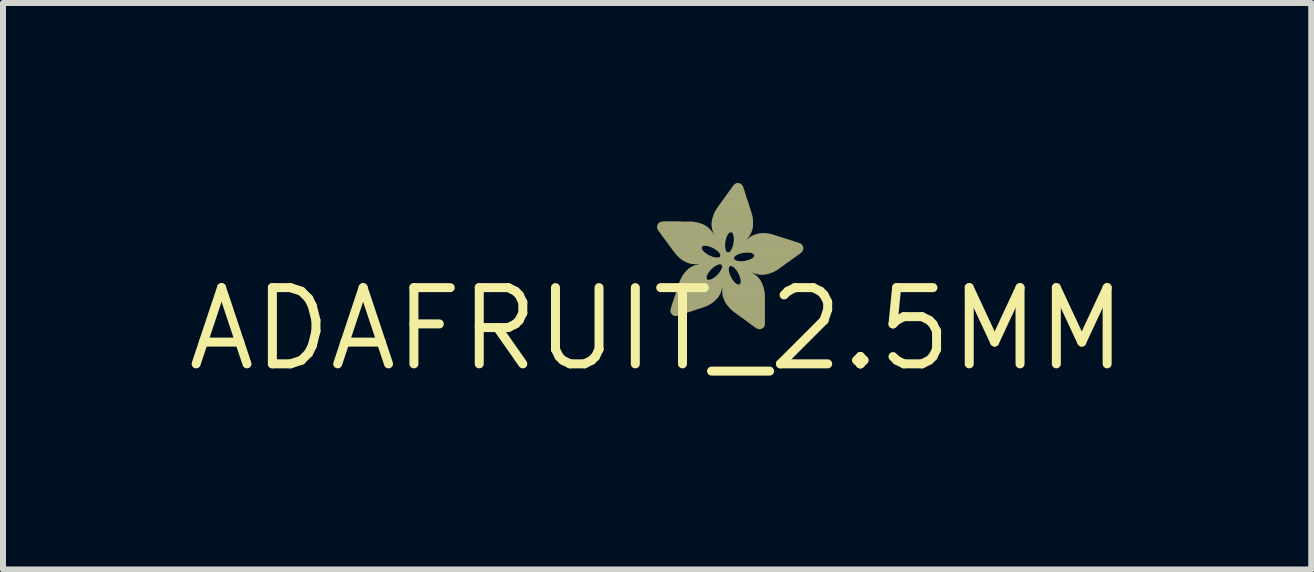
<source format=kicad_pcb>
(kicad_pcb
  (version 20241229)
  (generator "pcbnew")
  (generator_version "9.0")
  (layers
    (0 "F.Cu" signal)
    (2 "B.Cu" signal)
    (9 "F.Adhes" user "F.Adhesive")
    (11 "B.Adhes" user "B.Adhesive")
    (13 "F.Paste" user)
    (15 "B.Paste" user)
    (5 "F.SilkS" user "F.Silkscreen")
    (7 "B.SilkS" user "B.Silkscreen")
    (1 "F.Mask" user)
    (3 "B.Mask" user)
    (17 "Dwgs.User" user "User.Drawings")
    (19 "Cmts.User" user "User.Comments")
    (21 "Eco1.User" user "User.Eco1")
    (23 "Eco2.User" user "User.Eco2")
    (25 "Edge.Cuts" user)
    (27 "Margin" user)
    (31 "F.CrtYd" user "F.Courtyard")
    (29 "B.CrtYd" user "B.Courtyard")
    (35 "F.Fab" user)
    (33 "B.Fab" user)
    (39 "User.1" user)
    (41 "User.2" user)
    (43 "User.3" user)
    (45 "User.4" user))
  (footprint "ADAFRUIT_2.5MM"
    (layer "F.Cu")
    (at 7.899 2.433)
    (property "Reference" "ADAFRUIT_2.5MM" (at 0 0 0) (layer "F.SilkS") (effects (font (size 1.27 1.27) (thickness 0.15))))
    (attr through_hole)
    (fp_poly (pts (xy -0.002 -1.697) (xy 0.84 -1.697) (xy 0.84 -1.701) (xy -0.002 -1.701)) (stroke (width 0) (type solid)) (fill yes) (layer "F.SilkS"))
    (fp_poly (pts (xy 0.002 -1.72) (xy 0.806 -1.72) (xy 0.806 -1.724) (xy 0.002 -1.724)) (stroke (width 0) (type solid)) (fill yes) (layer "F.SilkS"))
    (fp_poly (pts (xy 0.002 -1.716) (xy 0.813 -1.716) (xy 0.813 -1.72) (xy 0.002 -1.72)) (stroke (width 0) (type solid)) (fill yes) (layer "F.SilkS"))
    (fp_poly (pts (xy 0.002 -1.713) (xy 0.817 -1.713) (xy 0.817 -1.716) (xy 0.002 -1.716)) (stroke (width 0) (type solid)) (fill yes) (layer "F.SilkS"))
    (fp_poly (pts (xy 0.002 -1.709) (xy 0.825 -1.709) (xy 0.825 -1.713) (xy 0.002 -1.713)) (stroke (width 0) (type solid)) (fill yes) (layer "F.SilkS"))
    (fp_poly (pts (xy 0.002 -1.705) (xy 0.829 -1.705) (xy 0.829 -1.709) (xy 0.002 -1.709)) (stroke (width 0) (type solid)) (fill yes) (layer "F.SilkS"))
    (fp_poly (pts (xy 0.002 -1.701) (xy 0.836 -1.701) (xy 0.836 -1.705) (xy 0.002 -1.705)) (stroke (width 0) (type solid)) (fill yes) (layer "F.SilkS"))
    (fp_poly (pts (xy 0.002 -1.694) (xy 0.844 -1.694) (xy 0.844 -1.697) (xy 0.002 -1.697)) (stroke (width 0) (type solid)) (fill yes) (layer "F.SilkS"))
    (fp_poly (pts (xy 0.002 -1.69) (xy 0.848 -1.69) (xy 0.848 -1.694) (xy 0.002 -1.694)) (stroke (width 0) (type solid)) (fill yes) (layer "F.SilkS"))
    (fp_poly (pts (xy 0.002 -1.686) (xy 0.855 -1.686) (xy 0.855 -1.69) (xy 0.002 -1.69)) (stroke (width 0) (type solid)) (fill yes) (layer "F.SilkS"))
    (fp_poly (pts (xy 0.002 -1.682) (xy 0.859 -1.682) (xy 0.859 -1.686) (xy 0.002 -1.686)) (stroke (width 0) (type solid)) (fill yes) (layer "F.SilkS"))
    (fp_poly (pts (xy 0.002 -1.678) (xy 0.863 -1.678) (xy 0.863 -1.682) (xy 0.002 -1.682)) (stroke (width 0) (type solid)) (fill yes) (layer "F.SilkS"))
    (fp_poly (pts (xy 0.006 -1.728) (xy 0.794 -1.728) (xy 0.794 -1.732) (xy 0.006 -1.732)) (stroke (width 0) (type solid)) (fill yes) (layer "F.SilkS"))
    (fp_poly (pts (xy 0.006 -1.724) (xy 0.798 -1.724) (xy 0.798 -1.728) (xy 0.006 -1.728)) (stroke (width 0) (type solid)) (fill yes) (layer "F.SilkS"))
    (fp_poly (pts (xy 0.006 -1.675) (xy 0.867 -1.675) (xy 0.867 -1.678) (xy 0.006 -1.678)) (stroke (width 0) (type solid)) (fill yes) (layer "F.SilkS"))
    (fp_poly (pts (xy 0.006 -1.671) (xy 0.871 -1.671) (xy 0.871 -1.675) (xy 0.006 -1.675)) (stroke (width 0) (type solid)) (fill yes) (layer "F.SilkS"))
    (fp_poly (pts (xy 0.006 -1.667) (xy 0.874 -1.667) (xy 0.874 -1.671) (xy 0.006 -1.671)) (stroke (width 0) (type solid)) (fill yes) (layer "F.SilkS"))
    (fp_poly (pts (xy 0.009 -1.739) (xy 0.771 -1.739) (xy 0.771 -1.743) (xy 0.009 -1.743)) (stroke (width 0) (type solid)) (fill yes) (layer "F.SilkS"))
    (fp_poly (pts (xy 0.009 -1.736) (xy 0.779 -1.736) (xy 0.779 -1.739) (xy 0.009 -1.739)) (stroke (width 0) (type solid)) (fill yes) (layer "F.SilkS"))
    (fp_poly (pts (xy 0.009 -1.732) (xy 0.787 -1.732) (xy 0.787 -1.736) (xy 0.009 -1.736)) (stroke (width 0) (type solid)) (fill yes) (layer "F.SilkS"))
    (fp_poly (pts (xy 0.009 -1.663) (xy 0.878 -1.663) (xy 0.878 -1.667) (xy 0.009 -1.667)) (stroke (width 0) (type solid)) (fill yes) (layer "F.SilkS"))
    (fp_poly (pts (xy 0.009 -1.659) (xy 0.882 -1.659) (xy 0.882 -1.663) (xy 0.009 -1.663)) (stroke (width 0) (type solid)) (fill yes) (layer "F.SilkS"))
    (fp_poly (pts (xy 0.013 -1.743) (xy 0.764 -1.743) (xy 0.764 -1.747) (xy 0.013 -1.747)) (stroke (width 0) (type solid)) (fill yes) (layer "F.SilkS"))
    (fp_poly (pts (xy 0.013 -1.655) (xy 0.886 -1.655) (xy 0.886 -1.659) (xy 0.013 -1.659)) (stroke (width 0) (type solid)) (fill yes) (layer "F.SilkS"))
    (fp_poly (pts (xy 0.013 -1.652) (xy 0.89 -1.652) (xy 0.89 -1.655) (xy 0.013 -1.655)) (stroke (width 0) (type solid)) (fill yes) (layer "F.SilkS"))
    (fp_poly (pts (xy 0.017 -1.751) (xy 0.745 -1.751) (xy 0.745 -1.754) (xy 0.017 -1.754)) (stroke (width 0) (type solid)) (fill yes) (layer "F.SilkS"))
    (fp_poly (pts (xy 0.017 -1.747) (xy 0.752 -1.747) (xy 0.752 -1.751) (xy 0.017 -1.751)) (stroke (width 0) (type solid)) (fill yes) (layer "F.SilkS"))
    (fp_poly (pts (xy 0.017 -1.648) (xy 0.893 -1.648) (xy 0.893 -1.652) (xy 0.017 -1.652)) (stroke (width 0) (type solid)) (fill yes) (layer "F.SilkS"))
    (fp_poly (pts (xy 0.021 -1.754) (xy 0.733 -1.754) (xy 0.733 -1.758) (xy 0.021 -1.758)) (stroke (width 0) (type solid)) (fill yes) (layer "F.SilkS"))
    (fp_poly (pts (xy 0.021 -1.644) (xy 0.897 -1.644) (xy 0.897 -1.648) (xy 0.021 -1.648)) (stroke (width 0) (type solid)) (fill yes) (layer "F.SilkS"))
    (fp_poly (pts (xy 0.021 -1.64) (xy 0.897 -1.64) (xy 0.897 -1.644) (xy 0.021 -1.644)) (stroke (width 0) (type solid)) (fill yes) (layer "F.SilkS"))
    (fp_poly (pts (xy 0.025 -1.762) (xy 0.711 -1.762) (xy 0.711 -1.766) (xy 0.025 -1.766)) (stroke (width 0) (type solid)) (fill yes) (layer "F.SilkS"))
    (fp_poly (pts (xy 0.025 -1.758) (xy 0.722 -1.758) (xy 0.722 -1.762) (xy 0.025 -1.762)) (stroke (width 0) (type solid)) (fill yes) (layer "F.SilkS"))
    (fp_poly (pts (xy 0.025 -1.636) (xy 0.901 -1.636) (xy 0.901 -1.64) (xy 0.025 -1.64)) (stroke (width 0) (type solid)) (fill yes) (layer "F.SilkS"))
    (fp_poly (pts (xy 0.029 -1.766) (xy 0.699 -1.766) (xy 0.699 -1.77) (xy 0.029 -1.77)) (stroke (width 0) (type solid)) (fill yes) (layer "F.SilkS"))
    (fp_poly (pts (xy 0.029 -1.633) (xy 0.905 -1.633) (xy 0.905 -1.636) (xy 0.029 -1.636)) (stroke (width 0) (type solid)) (fill yes) (layer "F.SilkS"))
    (fp_poly (pts (xy 0.029 -1.629) (xy 0.909 -1.629) (xy 0.909 -1.633) (xy 0.029 -1.633)) (stroke (width 0) (type solid)) (fill yes) (layer "F.SilkS"))
    (fp_poly (pts (xy 0.032 -1.625) (xy 0.909 -1.625) (xy 0.909 -1.629) (xy 0.032 -1.629)) (stroke (width 0) (type solid)) (fill yes) (layer "F.SilkS"))
    (fp_poly (pts (xy 0.036 -1.77) (xy 0.684 -1.77) (xy 0.684 -1.774) (xy 0.036 -1.774)) (stroke (width 0) (type solid)) (fill yes) (layer "F.SilkS"))
    (fp_poly (pts (xy 0.036 -1.621) (xy 0.912 -1.621) (xy 0.912 -1.625) (xy 0.036 -1.625)) (stroke (width 0) (type solid)) (fill yes) (layer "F.SilkS"))
    (fp_poly (pts (xy 0.036 -1.617) (xy 0.916 -1.617) (xy 0.916 -1.621) (xy 0.036 -1.621)) (stroke (width 0) (type solid)) (fill yes) (layer "F.SilkS"))
    (fp_poly (pts (xy 0.04 -1.774) (xy 0.669 -1.774) (xy 0.669 -1.777) (xy 0.04 -1.777)) (stroke (width 0) (type solid)) (fill yes) (layer "F.SilkS"))
    (fp_poly (pts (xy 0.04 -1.613) (xy 0.92 -1.613) (xy 0.92 -1.617) (xy 0.04 -1.617)) (stroke (width 0) (type solid)) (fill yes) (layer "F.SilkS"))
    (fp_poly (pts (xy 0.044 -1.61) (xy 0.92 -1.61) (xy 0.92 -1.613) (xy 0.044 -1.613)) (stroke (width 0) (type solid)) (fill yes) (layer "F.SilkS"))
    (fp_poly (pts (xy 0.048 -1.777) (xy 0.653 -1.777) (xy 0.653 -1.781) (xy 0.048 -1.781)) (stroke (width 0) (type solid)) (fill yes) (layer "F.SilkS"))
    (fp_poly (pts (xy 0.048 -1.606) (xy 0.924 -1.606) (xy 0.924 -1.61) (xy 0.048 -1.61)) (stroke (width 0) (type solid)) (fill yes) (layer "F.SilkS"))
    (fp_poly (pts (xy 0.048 -1.602) (xy 0.928 -1.602) (xy 0.928 -1.606) (xy 0.048 -1.606)) (stroke (width 0) (type solid)) (fill yes) (layer "F.SilkS"))
    (fp_poly (pts (xy 0.051 -1.598) (xy 0.928 -1.598) (xy 0.928 -1.602) (xy 0.051 -1.602)) (stroke (width 0) (type solid)) (fill yes) (layer "F.SilkS"))
    (fp_poly (pts (xy 0.055 -1.781) (xy 0.631 -1.781) (xy 0.631 -1.785) (xy 0.055 -1.785)) (stroke (width 0) (type solid)) (fill yes) (layer "F.SilkS"))
    (fp_poly (pts (xy 0.055 -1.595) (xy 0.931 -1.595) (xy 0.931 -1.598) (xy 0.055 -1.598)) (stroke (width 0) (type solid)) (fill yes) (layer "F.SilkS"))
    (fp_poly (pts (xy 0.059 -1.591) (xy 0.935 -1.591) (xy 0.935 -1.595) (xy 0.059 -1.595)) (stroke (width 0) (type solid)) (fill yes) (layer "F.SilkS"))
    (fp_poly (pts (xy 0.059 -1.587) (xy 0.935 -1.587) (xy 0.935 -1.591) (xy 0.059 -1.591)) (stroke (width 0) (type solid)) (fill yes) (layer "F.SilkS"))
    (fp_poly (pts (xy 0.063 -1.583) (xy 0.939 -1.583) (xy 0.939 -1.587) (xy 0.063 -1.587)) (stroke (width 0) (type solid)) (fill yes) (layer "F.SilkS"))
    (fp_poly (pts (xy 0.067 -1.785) (xy 0.604 -1.785) (xy 0.604 -1.789) (xy 0.067 -1.789)) (stroke (width 0) (type solid)) (fill yes) (layer "F.SilkS"))
    (fp_poly (pts (xy 0.067 -1.579) (xy 0.943 -1.579) (xy 0.943 -1.583) (xy 0.067 -1.583)) (stroke (width 0) (type solid)) (fill yes) (layer "F.SilkS"))
    (fp_poly (pts (xy 0.067 -1.575) (xy 0.943 -1.575) (xy 0.943 -1.579) (xy 0.067 -1.579)) (stroke (width 0) (type solid)) (fill yes) (layer "F.SilkS"))
    (fp_poly (pts (xy 0.07 -1.572) (xy 0.947 -1.572) (xy 0.947 -1.575) (xy 0.07 -1.575)) (stroke (width 0) (type solid)) (fill yes) (layer "F.SilkS"))
    (fp_poly (pts (xy 0.074 -1.568) (xy 1.175 -1.568) (xy 1.175 -1.572) (xy 0.074 -1.572)) (stroke (width 0) (type solid)) (fill yes) (layer "F.SilkS"))
    (fp_poly (pts (xy 0.078 -1.564) (xy 1.172 -1.564) (xy 1.172 -1.568) (xy 0.078 -1.568)) (stroke (width 0) (type solid)) (fill yes) (layer "F.SilkS"))
    (fp_poly (pts (xy 0.078 -1.56) (xy 1.172 -1.56) (xy 1.172 -1.564) (xy 0.078 -1.564)) (stroke (width 0) (type solid)) (fill yes) (layer "F.SilkS"))
    (fp_poly (pts (xy 0.082 -1.556) (xy 1.168 -1.556) (xy 1.168 -1.56) (xy 0.082 -1.56)) (stroke (width 0) (type solid)) (fill yes) (layer "F.SilkS"))
    (fp_poly (pts (xy 0.086 -1.553) (xy 1.168 -1.553) (xy 1.168 -1.556) (xy 0.086 -1.556)) (stroke (width 0) (type solid)) (fill yes) (layer "F.SilkS"))
    (fp_poly (pts (xy 0.089 -1.549) (xy 1.164 -1.549) (xy 1.164 -1.553) (xy 0.089 -1.553)) (stroke (width 0) (type solid)) (fill yes) (layer "F.SilkS"))
    (fp_poly (pts (xy 0.089 -1.545) (xy 1.164 -1.545) (xy 1.164 -1.549) (xy 0.089 -1.549)) (stroke (width 0) (type solid)) (fill yes) (layer "F.SilkS"))
    (fp_poly (pts (xy 0.093 -1.541) (xy 1.16 -1.541) (xy 1.16 -1.545) (xy 0.093 -1.545)) (stroke (width 0) (type solid)) (fill yes) (layer "F.SilkS"))
    (fp_poly (pts (xy 0.097 -1.789) (xy 0.398 -1.789) (xy 0.398 -1.793) (xy 0.097 -1.793)) (stroke (width 0) (type solid)) (fill yes) (layer "F.SilkS"))
    (fp_poly (pts (xy 0.097 -1.537) (xy 1.16 -1.537) (xy 1.16 -1.541) (xy 0.097 -1.541)) (stroke (width 0) (type solid)) (fill yes) (layer "F.SilkS"))
    (fp_poly (pts (xy 0.101 -1.534) (xy 1.16 -1.534) (xy 1.16 -1.537) (xy 0.101 -1.537)) (stroke (width 0) (type solid)) (fill yes) (layer "F.SilkS"))
    (fp_poly (pts (xy 0.101 -1.53) (xy 1.156 -1.53) (xy 1.156 -1.534) (xy 0.101 -1.534)) (stroke (width 0) (type solid)) (fill yes) (layer "F.SilkS"))
    (fp_poly (pts (xy 0.105 -1.526) (xy 1.156 -1.526) (xy 1.156 -1.53) (xy 0.105 -1.53)) (stroke (width 0) (type solid)) (fill yes) (layer "F.SilkS"))
    (fp_poly (pts (xy 0.109 -1.522) (xy 1.153 -1.522) (xy 1.153 -1.526) (xy 0.109 -1.526)) (stroke (width 0) (type solid)) (fill yes) (layer "F.SilkS"))
    (fp_poly (pts (xy 0.109 -1.518) (xy 1.153 -1.518) (xy 1.153 -1.522) (xy 0.109 -1.522)) (stroke (width 0) (type solid)) (fill yes) (layer "F.SilkS"))
    (fp_poly (pts (xy 0.112 -1.514) (xy 1.153 -1.514) (xy 1.153 -1.518) (xy 0.112 -1.518)) (stroke (width 0) (type solid)) (fill yes) (layer "F.SilkS"))
    (fp_poly (pts (xy 0.116 -1.511) (xy 1.149 -1.511) (xy 1.149 -1.514) (xy 0.116 -1.514)) (stroke (width 0) (type solid)) (fill yes) (layer "F.SilkS"))
    (fp_poly (pts (xy 0.12 -1.507) (xy 1.149 -1.507) (xy 1.149 -1.511) (xy 0.12 -1.511)) (stroke (width 0) (type solid)) (fill yes) (layer "F.SilkS"))
    (fp_poly (pts (xy 0.12 -1.503) (xy 1.149 -1.503) (xy 1.149 -1.507) (xy 0.12 -1.507)) (stroke (width 0) (type solid)) (fill yes) (layer "F.SilkS"))
    (fp_poly (pts (xy 0.124 -1.499) (xy 1.149 -1.499) (xy 1.149 -1.503) (xy 0.124 -1.503)) (stroke (width 0) (type solid)) (fill yes) (layer "F.SilkS"))
    (fp_poly (pts (xy 0.128 -1.495) (xy 1.145 -1.495) (xy 1.145 -1.499) (xy 0.128 -1.499)) (stroke (width 0) (type solid)) (fill yes) (layer "F.SilkS"))
    (fp_poly (pts (xy 0.131 -1.492) (xy 1.145 -1.492) (xy 1.145 -1.495) (xy 0.131 -1.495)) (stroke (width 0) (type solid)) (fill yes) (layer "F.SilkS"))
    (fp_poly (pts (xy 0.131 -1.488) (xy 1.145 -1.488) (xy 1.145 -1.492) (xy 0.131 -1.492)) (stroke (width 0) (type solid)) (fill yes) (layer "F.SilkS"))
    (fp_poly (pts (xy 0.135 -1.484) (xy 1.145 -1.484) (xy 1.145 -1.488) (xy 0.135 -1.488)) (stroke (width 0) (type solid)) (fill yes) (layer "F.SilkS"))
    (fp_poly (pts (xy 0.139 -1.48) (xy 1.141 -1.48) (xy 1.141 -1.484) (xy 0.139 -1.484)) (stroke (width 0) (type solid)) (fill yes) (layer "F.SilkS"))
    (fp_poly (pts (xy 0.143 -1.476) (xy 1.141 -1.476) (xy 1.141 -1.48) (xy 0.143 -1.48)) (stroke (width 0) (type solid)) (fill yes) (layer "F.SilkS"))
    (fp_poly (pts (xy 0.143 -1.473) (xy 1.141 -1.473) (xy 1.141 -1.476) (xy 0.143 -1.476)) (stroke (width 0) (type solid)) (fill yes) (layer "F.SilkS"))
    (fp_poly (pts (xy 0.147 -1.469) (xy 1.141 -1.469) (xy 1.141 -1.473) (xy 0.147 -1.473)) (stroke (width 0) (type solid)) (fill yes) (layer "F.SilkS"))
    (fp_poly (pts (xy 0.15 -1.465) (xy 1.141 -1.465) (xy 1.141 -1.469) (xy 0.15 -1.469)) (stroke (width 0) (type solid)) (fill yes) (layer "F.SilkS"))
    (fp_poly (pts (xy 0.15 -1.461) (xy 1.137 -1.461) (xy 1.137 -1.465) (xy 0.15 -1.465)) (stroke (width 0) (type solid)) (fill yes) (layer "F.SilkS"))
    (fp_poly (pts (xy 0.154 -1.457) (xy 1.137 -1.457) (xy 1.137 -1.461) (xy 0.154 -1.461)) (stroke (width 0) (type solid)) (fill yes) (layer "F.SilkS"))
    (fp_poly (pts (xy 0.158 -1.454) (xy 1.137 -1.454) (xy 1.137 -1.457) (xy 0.158 -1.457)) (stroke (width 0) (type solid)) (fill yes) (layer "F.SilkS"))
    (fp_poly (pts (xy 0.162 -1.45) (xy 1.137 -1.45) (xy 1.137 -1.454) (xy 0.162 -1.454)) (stroke (width 0) (type solid)) (fill yes) (layer "F.SilkS"))
    (fp_poly (pts (xy 0.162 -1.446) (xy 1.137 -1.446) (xy 1.137 -1.45) (xy 0.162 -1.45)) (stroke (width 0) (type solid)) (fill yes) (layer "F.SilkS"))
    (fp_poly (pts (xy 0.166 -1.442) (xy 1.137 -1.442) (xy 1.137 -1.446) (xy 0.166 -1.446)) (stroke (width 0) (type solid)) (fill yes) (layer "F.SilkS"))
    (fp_poly (pts (xy 0.17 -1.438) (xy 1.137 -1.438) (xy 1.137 -1.442) (xy 0.17 -1.442)) (stroke (width 0) (type solid)) (fill yes) (layer "F.SilkS"))
    (fp_poly (pts (xy 0.173 -1.435) (xy 1.133 -1.435) (xy 1.133 -1.438) (xy 0.173 -1.438)) (stroke (width 0) (type solid)) (fill yes) (layer "F.SilkS"))
    (fp_poly (pts (xy 0.173 -1.431) (xy 1.133 -1.431) (xy 1.133 -1.435) (xy 0.173 -1.435)) (stroke (width 0) (type solid)) (fill yes) (layer "F.SilkS"))
    (fp_poly (pts (xy 0.177 -1.427) (xy 1.133 -1.427) (xy 1.133 -1.431) (xy 0.177 -1.431)) (stroke (width 0) (type solid)) (fill yes) (layer "F.SilkS"))
    (fp_poly (pts (xy 0.181 -1.423) (xy 1.133 -1.423) (xy 1.133 -1.427) (xy 0.181 -1.427)) (stroke (width 0) (type solid)) (fill yes) (layer "F.SilkS"))
    (fp_poly (pts (xy 0.185 -1.419) (xy 1.133 -1.419) (xy 1.133 -1.423) (xy 0.185 -1.423)) (stroke (width 0) (type solid)) (fill yes) (layer "F.SilkS"))
    (fp_poly (pts (xy 0.185 -1.415) (xy 1.133 -1.415) (xy 1.133 -1.419) (xy 0.185 -1.419)) (stroke (width 0) (type solid)) (fill yes) (layer "F.SilkS"))
    (fp_poly (pts (xy 0.189 -1.412) (xy 1.133 -1.412) (xy 1.133 -1.415) (xy 0.189 -1.415)) (stroke (width 0) (type solid)) (fill yes) (layer "F.SilkS"))
    (fp_poly (pts (xy 0.192 -1.408) (xy 1.133 -1.408) (xy 1.133 -1.412) (xy 0.192 -1.412)) (stroke (width 0) (type solid)) (fill yes) (layer "F.SilkS"))
    (fp_poly (pts (xy 0.196 -1.404) (xy 1.133 -1.404) (xy 1.133 -1.408) (xy 0.196 -1.408)) (stroke (width 0) (type solid)) (fill yes) (layer "F.SilkS"))
    (fp_poly (pts (xy 0.196 -1.4) (xy 1.133 -1.4) (xy 1.133 -1.404) (xy 0.196 -1.404)) (stroke (width 0) (type solid)) (fill yes) (layer "F.SilkS"))
    (fp_poly (pts (xy 0.2 -1.396) (xy 1.133 -1.396) (xy 1.133 -1.4) (xy 0.2 -1.4)) (stroke (width 0) (type solid)) (fill yes) (layer "F.SilkS"))
    (fp_poly (pts (xy 0.204 -1.393) (xy 1.133 -1.393) (xy 1.133 -1.396) (xy 0.204 -1.396)) (stroke (width 0) (type solid)) (fill yes) (layer "F.SilkS"))
    (fp_poly (pts (xy 0.204 -1.389) (xy 1.133 -1.389) (xy 1.133 -1.393) (xy 0.204 -1.393)) (stroke (width 0) (type solid)) (fill yes) (layer "F.SilkS"))
    (fp_poly (pts (xy 0.208 -1.385) (xy 0.779 -1.385) (xy 0.779 -1.389) (xy 0.208 -1.389)) (stroke (width 0) (type solid)) (fill yes) (layer "F.SilkS"))
    (fp_poly (pts (xy 0.211 -1.381) (xy 0.764 -1.381) (xy 0.764 -1.385) (xy 0.211 -1.385)) (stroke (width 0) (type solid)) (fill yes) (layer "F.SilkS"))
    (fp_poly (pts (xy 0.215 -1.377) (xy 0.756 -1.377) (xy 0.756 -1.381) (xy 0.215 -1.381)) (stroke (width 0) (type solid)) (fill yes) (layer "F.SilkS"))
    (fp_poly (pts (xy 0.215 -1.373) (xy 0.752 -1.373) (xy 0.752 -1.377) (xy 0.215 -1.377)) (stroke (width 0) (type solid)) (fill yes) (layer "F.SilkS"))
    (fp_poly (pts (xy 0.219 -1.37) (xy 0.749 -1.37) (xy 0.749 -1.373) (xy 0.219 -1.373)) (stroke (width 0) (type solid)) (fill yes) (layer "F.SilkS"))
    (fp_poly (pts (xy 0.223 -1.366) (xy 0.749 -1.366) (xy 0.749 -1.37) (xy 0.223 -1.37)) (stroke (width 0) (type solid)) (fill yes) (layer "F.SilkS"))
    (fp_poly (pts (xy 0.223 -0.318) (xy 0.638 -0.318) (xy 0.638 -0.322) (xy 0.223 -0.322)) (stroke (width 0) (type solid)) (fill yes) (layer "F.SilkS"))
    (fp_poly (pts (xy 0.223 -0.314) (xy 0.627 -0.314) (xy 0.627 -0.318) (xy 0.223 -0.318)) (stroke (width 0) (type solid)) (fill yes) (layer "F.SilkS"))
    (fp_poly (pts (xy 0.223 -0.31) (xy 0.615 -0.31) (xy 0.615 -0.314) (xy 0.223 -0.314)) (stroke (width 0) (type solid)) (fill yes) (layer "F.SilkS"))
    (fp_poly (pts (xy 0.223 -0.307) (xy 0.604 -0.307) (xy 0.604 -0.31) (xy 0.223 -0.31)) (stroke (width 0) (type solid)) (fill yes) (layer "F.SilkS"))
    (fp_poly (pts (xy 0.223 -0.303) (xy 0.593 -0.303) (xy 0.593 -0.307) (xy 0.223 -0.307)) (stroke (width 0) (type solid)) (fill yes) (layer "F.SilkS"))
    (fp_poly (pts (xy 0.223 -0.299) (xy 0.581 -0.299) (xy 0.581 -0.303) (xy 0.223 -0.303)) (stroke (width 0) (type solid)) (fill yes) (layer "F.SilkS"))
    (fp_poly (pts (xy 0.223 -0.295) (xy 0.57 -0.295) (xy 0.57 -0.299) (xy 0.223 -0.299)) (stroke (width 0) (type solid)) (fill yes) (layer "F.SilkS"))
    (fp_poly (pts (xy 0.223 -0.291) (xy 0.558 -0.291) (xy 0.558 -0.295) (xy 0.223 -0.295)) (stroke (width 0) (type solid)) (fill yes) (layer "F.SilkS"))
    (fp_poly (pts (xy 0.223 -0.288) (xy 0.547 -0.288) (xy 0.547 -0.291) (xy 0.223 -0.291)) (stroke (width 0) (type solid)) (fill yes) (layer "F.SilkS"))
    (fp_poly (pts (xy 0.227 -1.362) (xy 0.745 -1.362) (xy 0.745 -1.366) (xy 0.227 -1.366)) (stroke (width 0) (type solid)) (fill yes) (layer "F.SilkS"))
    (fp_poly (pts (xy 0.227 -1.358) (xy 0.745 -1.358) (xy 0.745 -1.362) (xy 0.227 -1.362)) (stroke (width 0) (type solid)) (fill yes) (layer "F.SilkS"))
    (fp_poly (pts (xy 0.227 -0.337) (xy 0.699 -0.337) (xy 0.699 -0.341) (xy 0.227 -0.341)) (stroke (width 0) (type solid)) (fill yes) (layer "F.SilkS"))
    (fp_poly (pts (xy 0.227 -0.333) (xy 0.688 -0.333) (xy 0.688 -0.337) (xy 0.227 -0.337)) (stroke (width 0) (type solid)) (fill yes) (layer "F.SilkS"))
    (fp_poly (pts (xy 0.227 -0.33) (xy 0.672 -0.33) (xy 0.672 -0.333) (xy 0.227 -0.333)) (stroke (width 0) (type solid)) (fill yes) (layer "F.SilkS"))
    (fp_poly (pts (xy 0.227 -0.326) (xy 0.661 -0.326) (xy 0.661 -0.33) (xy 0.227 -0.33)) (stroke (width 0) (type solid)) (fill yes) (layer "F.SilkS"))
    (fp_poly (pts (xy 0.227 -0.322) (xy 0.65 -0.322) (xy 0.65 -0.326) (xy 0.227 -0.326)) (stroke (width 0) (type solid)) (fill yes) (layer "F.SilkS"))
    (fp_poly (pts (xy 0.227 -0.284) (xy 0.535 -0.284) (xy 0.535 -0.288) (xy 0.227 -0.288)) (stroke (width 0) (type solid)) (fill yes) (layer "F.SilkS"))
    (fp_poly (pts (xy 0.227 -0.28) (xy 0.524 -0.28) (xy 0.524 -0.284) (xy 0.227 -0.284)) (stroke (width 0) (type solid)) (fill yes) (layer "F.SilkS"))
    (fp_poly (pts (xy 0.227 -0.276) (xy 0.512 -0.276) (xy 0.512 -0.28) (xy 0.227 -0.28)) (stroke (width 0) (type solid)) (fill yes) (layer "F.SilkS"))
    (fp_poly (pts (xy 0.227 -0.272) (xy 0.501 -0.272) (xy 0.501 -0.276) (xy 0.227 -0.276)) (stroke (width 0) (type solid)) (fill yes) (layer "F.SilkS"))
    (fp_poly (pts (xy 0.231 -1.355) (xy 0.745 -1.355) (xy 0.745 -1.358) (xy 0.231 -1.358)) (stroke (width 0) (type solid)) (fill yes) (layer "F.SilkS"))
    (fp_poly (pts (xy 0.231 -0.349) (xy 0.733 -0.349) (xy 0.733 -0.352) (xy 0.231 -0.352)) (stroke (width 0) (type solid)) (fill yes) (layer "F.SilkS"))
    (fp_poly (pts (xy 0.231 -0.345) (xy 0.722 -0.345) (xy 0.722 -0.349) (xy 0.231 -0.349)) (stroke (width 0) (type solid)) (fill yes) (layer "F.SilkS"))
    (fp_poly (pts (xy 0.231 -0.341) (xy 0.711 -0.341) (xy 0.711 -0.345) (xy 0.231 -0.345)) (stroke (width 0) (type solid)) (fill yes) (layer "F.SilkS"))
    (fp_poly (pts (xy 0.231 -0.269) (xy 0.49 -0.269) (xy 0.49 -0.272) (xy 0.231 -0.272)) (stroke (width 0) (type solid)) (fill yes) (layer "F.SilkS"))
    (fp_poly (pts (xy 0.231 -0.265) (xy 0.478 -0.265) (xy 0.478 -0.269) (xy 0.231 -0.269)) (stroke (width 0) (type solid)) (fill yes) (layer "F.SilkS"))
    (fp_poly (pts (xy 0.234 -1.351) (xy 0.745 -1.351) (xy 0.745 -1.355) (xy 0.234 -1.355)) (stroke (width 0) (type solid)) (fill yes) (layer "F.SilkS"))
    (fp_poly (pts (xy 0.234 -0.36) (xy 0.768 -0.36) (xy 0.768 -0.364) (xy 0.234 -0.364)) (stroke (width 0) (type solid)) (fill yes) (layer "F.SilkS"))
    (fp_poly (pts (xy 0.234 -0.356) (xy 0.756 -0.356) (xy 0.756 -0.36) (xy 0.234 -0.36)) (stroke (width 0) (type solid)) (fill yes) (layer "F.SilkS"))
    (fp_poly (pts (xy 0.234 -0.352) (xy 0.745 -0.352) (xy 0.745 -0.356) (xy 0.234 -0.356)) (stroke (width 0) (type solid)) (fill yes) (layer "F.SilkS"))
    (fp_poly (pts (xy 0.234 -0.261) (xy 0.467 -0.261) (xy 0.467 -0.265) (xy 0.234 -0.265)) (stroke (width 0) (type solid)) (fill yes) (layer "F.SilkS"))
    (fp_poly (pts (xy 0.238 -1.347) (xy 0.745 -1.347) (xy 0.745 -1.351) (xy 0.238 -1.351)) (stroke (width 0) (type solid)) (fill yes) (layer "F.SilkS"))
    (fp_poly (pts (xy 0.238 -1.343) (xy 0.745 -1.343) (xy 0.745 -1.347) (xy 0.238 -1.347)) (stroke (width 0) (type solid)) (fill yes) (layer "F.SilkS"))
    (fp_poly (pts (xy 0.238 -0.375) (xy 0.81 -0.375) (xy 0.81 -0.379) (xy 0.238 -0.379)) (stroke (width 0) (type solid)) (fill yes) (layer "F.SilkS"))
    (fp_poly (pts (xy 0.238 -0.371) (xy 0.798 -0.371) (xy 0.798 -0.375) (xy 0.238 -0.375)) (stroke (width 0) (type solid)) (fill yes) (layer "F.SilkS"))
    (fp_poly (pts (xy 0.238 -0.368) (xy 0.791 -0.368) (xy 0.791 -0.371) (xy 0.238 -0.371)) (stroke (width 0) (type solid)) (fill yes) (layer "F.SilkS"))
    (fp_poly (pts (xy 0.238 -0.364) (xy 0.779 -0.364) (xy 0.779 -0.368) (xy 0.238 -0.368)) (stroke (width 0) (type solid)) (fill yes) (layer "F.SilkS"))
    (fp_poly (pts (xy 0.238 -0.257) (xy 0.455 -0.257) (xy 0.455 -0.261) (xy 0.238 -0.261)) (stroke (width 0) (type solid)) (fill yes) (layer "F.SilkS"))
    (fp_poly (pts (xy 0.238 -0.253) (xy 0.444 -0.253) (xy 0.444 -0.257) (xy 0.238 -0.257)) (stroke (width 0) (type solid)) (fill yes) (layer "F.SilkS"))
    (fp_poly (pts (xy 0.242 -1.339) (xy 0.745 -1.339) (xy 0.745 -1.343) (xy 0.242 -1.343)) (stroke (width 0) (type solid)) (fill yes) (layer "F.SilkS"))
    (fp_poly (pts (xy 0.242 -0.387) (xy 0.836 -0.387) (xy 0.836 -0.391) (xy 0.242 -0.391)) (stroke (width 0) (type solid)) (fill yes) (layer "F.SilkS"))
    (fp_poly (pts (xy 0.242 -0.383) (xy 0.825 -0.383) (xy 0.825 -0.387) (xy 0.242 -0.387)) (stroke (width 0) (type solid)) (fill yes) (layer "F.SilkS"))
    (fp_poly (pts (xy 0.242 -0.379) (xy 0.817 -0.379) (xy 0.817 -0.383) (xy 0.242 -0.383)) (stroke (width 0) (type solid)) (fill yes) (layer "F.SilkS"))
    (fp_poly (pts (xy 0.242 -0.25) (xy 0.432 -0.25) (xy 0.432 -0.253) (xy 0.242 -0.253)) (stroke (width 0) (type solid)) (fill yes) (layer "F.SilkS"))
    (fp_poly (pts (xy 0.246 -1.335) (xy 0.745 -1.335) (xy 0.745 -1.339) (xy 0.246 -1.339)) (stroke (width 0) (type solid)) (fill yes) (layer "F.SilkS"))
    (fp_poly (pts (xy 0.246 -1.332) (xy 0.749 -1.332) (xy 0.749 -1.335) (xy 0.246 -1.335)) (stroke (width 0) (type solid)) (fill yes) (layer "F.SilkS"))
    (fp_poly (pts (xy 0.246 -0.398) (xy 0.859 -0.398) (xy 0.859 -0.402) (xy 0.246 -0.402)) (stroke (width 0) (type solid)) (fill yes) (layer "F.SilkS"))
    (fp_poly (pts (xy 0.246 -0.394) (xy 0.852 -0.394) (xy 0.852 -0.398) (xy 0.246 -0.398)) (stroke (width 0) (type solid)) (fill yes) (layer "F.SilkS"))
    (fp_poly (pts (xy 0.246 -0.391) (xy 0.844 -0.391) (xy 0.844 -0.394) (xy 0.246 -0.394)) (stroke (width 0) (type solid)) (fill yes) (layer "F.SilkS"))
    (fp_poly (pts (xy 0.246 -0.246) (xy 0.421 -0.246) (xy 0.421 -0.25) (xy 0.246 -0.25)) (stroke (width 0) (type solid)) (fill yes) (layer "F.SilkS"))
    (fp_poly (pts (xy 0.25 -1.328) (xy 0.749 -1.328) (xy 0.749 -1.332) (xy 0.25 -1.332)) (stroke (width 0) (type solid)) (fill yes) (layer "F.SilkS"))
    (fp_poly (pts (xy 0.25 -0.41) (xy 0.878 -0.41) (xy 0.878 -0.413) (xy 0.25 -0.413)) (stroke (width 0) (type solid)) (fill yes) (layer "F.SilkS"))
    (fp_poly (pts (xy 0.25 -0.406) (xy 0.871 -0.406) (xy 0.871 -0.41) (xy 0.25 -0.41)) (stroke (width 0) (type solid)) (fill yes) (layer "F.SilkS"))
    (fp_poly (pts (xy 0.25 -0.402) (xy 0.863 -0.402) (xy 0.863 -0.406) (xy 0.25 -0.406)) (stroke (width 0) (type solid)) (fill yes) (layer "F.SilkS"))
    (fp_poly (pts (xy 0.25 -0.242) (xy 0.41 -0.242) (xy 0.41 -0.246) (xy 0.25 -0.246)) (stroke (width 0) (type solid)) (fill yes) (layer "F.SilkS"))
    (fp_poly (pts (xy 0.253 -1.324) (xy 0.752 -1.324) (xy 0.752 -1.328) (xy 0.253 -1.328)) (stroke (width 0) (type solid)) (fill yes) (layer "F.SilkS"))
    (fp_poly (pts (xy 0.253 -0.421) (xy 0.897 -0.421) (xy 0.897 -0.425) (xy 0.253 -0.425)) (stroke (width 0) (type solid)) (fill yes) (layer "F.SilkS"))
    (fp_poly (pts (xy 0.253 -0.417) (xy 0.89 -0.417) (xy 0.89 -0.421) (xy 0.253 -0.421)) (stroke (width 0) (type solid)) (fill yes) (layer "F.SilkS"))
    (fp_poly (pts (xy 0.253 -0.413) (xy 0.886 -0.413) (xy 0.886 -0.417) (xy 0.253 -0.417)) (stroke (width 0) (type solid)) (fill yes) (layer "F.SilkS"))
    (fp_poly (pts (xy 0.253 -0.238) (xy 0.398 -0.238) (xy 0.398 -0.242) (xy 0.253 -0.242)) (stroke (width 0) (type solid)) (fill yes) (layer "F.SilkS"))
    (fp_poly (pts (xy 0.257 -1.32) (xy 0.752 -1.32) (xy 0.752 -1.324) (xy 0.257 -1.324)) (stroke (width 0) (type solid)) (fill yes) (layer "F.SilkS"))
    (fp_poly (pts (xy 0.257 -1.316) (xy 0.756 -1.316) (xy 0.756 -1.32) (xy 0.257 -1.32)) (stroke (width 0) (type solid)) (fill yes) (layer "F.SilkS"))
    (fp_poly (pts (xy 0.257 -0.432) (xy 0.916 -0.432) (xy 0.916 -0.436) (xy 0.257 -0.436)) (stroke (width 0) (type solid)) (fill yes) (layer "F.SilkS"))
    (fp_poly (pts (xy 0.257 -0.429) (xy 0.909 -0.429) (xy 0.909 -0.432) (xy 0.257 -0.432)) (stroke (width 0) (type solid)) (fill yes) (layer "F.SilkS"))
    (fp_poly (pts (xy 0.257 -0.425) (xy 0.905 -0.425) (xy 0.905 -0.429) (xy 0.257 -0.429)) (stroke (width 0) (type solid)) (fill yes) (layer "F.SilkS"))
    (fp_poly (pts (xy 0.257 -0.234) (xy 0.387 -0.234) (xy 0.387 -0.238) (xy 0.257 -0.238)) (stroke (width 0) (type solid)) (fill yes) (layer "F.SilkS"))
    (fp_poly (pts (xy 0.261 -1.312) (xy 0.76 -1.312) (xy 0.76 -1.316) (xy 0.261 -1.316)) (stroke (width 0) (type solid)) (fill yes) (layer "F.SilkS"))
    (fp_poly (pts (xy 0.261 -0.444) (xy 0.931 -0.444) (xy 0.931 -0.448) (xy 0.261 -0.448)) (stroke (width 0) (type solid)) (fill yes) (layer "F.SilkS"))
    (fp_poly (pts (xy 0.261 -0.44) (xy 0.924 -0.44) (xy 0.924 -0.444) (xy 0.261 -0.444)) (stroke (width 0) (type solid)) (fill yes) (layer "F.SilkS"))
    (fp_poly (pts (xy 0.261 -0.436) (xy 0.92 -0.436) (xy 0.92 -0.44) (xy 0.261 -0.44)) (stroke (width 0) (type solid)) (fill yes) (layer "F.SilkS"))
    (fp_poly (pts (xy 0.265 -1.309) (xy 0.76 -1.309) (xy 0.76 -1.312) (xy 0.265 -1.312)) (stroke (width 0) (type solid)) (fill yes) (layer "F.SilkS"))
    (fp_poly (pts (xy 0.265 -0.455) (xy 0.947 -0.455) (xy 0.947 -0.459) (xy 0.265 -0.459)) (stroke (width 0) (type solid)) (fill yes) (layer "F.SilkS"))
    (fp_poly (pts (xy 0.265 -0.452) (xy 0.939 -0.452) (xy 0.939 -0.455) (xy 0.265 -0.455)) (stroke (width 0) (type solid)) (fill yes) (layer "F.SilkS"))
    (fp_poly (pts (xy 0.265 -0.448) (xy 0.935 -0.448) (xy 0.935 -0.452) (xy 0.265 -0.452)) (stroke (width 0) (type solid)) (fill yes) (layer "F.SilkS"))
    (fp_poly (pts (xy 0.265 -0.231) (xy 0.375 -0.231) (xy 0.375 -0.234) (xy 0.265 -0.234)) (stroke (width 0) (type solid)) (fill yes) (layer "F.SilkS"))
    (fp_poly (pts (xy 0.269 -1.305) (xy 0.764 -1.305) (xy 0.764 -1.309) (xy 0.269 -1.309)) (stroke (width 0) (type solid)) (fill yes) (layer "F.SilkS"))
    (fp_poly (pts (xy 0.269 -1.301) (xy 0.768 -1.301) (xy 0.768 -1.305) (xy 0.269 -1.305)) (stroke (width 0) (type solid)) (fill yes) (layer "F.SilkS"))
    (fp_poly (pts (xy 0.269 -0.467) (xy 0.958 -0.467) (xy 0.958 -0.47) (xy 0.269 -0.47)) (stroke (width 0) (type solid)) (fill yes) (layer "F.SilkS"))
    (fp_poly (pts (xy 0.269 -0.463) (xy 0.954 -0.463) (xy 0.954 -0.467) (xy 0.269 -0.467)) (stroke (width 0) (type solid)) (fill yes) (layer "F.SilkS"))
    (fp_poly (pts (xy 0.269 -0.459) (xy 0.951 -0.459) (xy 0.951 -0.463) (xy 0.269 -0.463)) (stroke (width 0) (type solid)) (fill yes) (layer "F.SilkS"))
    (fp_poly (pts (xy 0.269 -0.227) (xy 0.364 -0.227) (xy 0.364 -0.231) (xy 0.269 -0.231)) (stroke (width 0) (type solid)) (fill yes) (layer "F.SilkS"))
    (fp_poly (pts (xy 0.272 -1.297) (xy 0.771 -1.297) (xy 0.771 -1.301) (xy 0.272 -1.301)) (stroke (width 0) (type solid)) (fill yes) (layer "F.SilkS"))
    (fp_poly (pts (xy 0.272 -0.478) (xy 0.97 -0.478) (xy 0.97 -0.482) (xy 0.272 -0.482)) (stroke (width 0) (type solid)) (fill yes) (layer "F.SilkS"))
    (fp_poly (pts (xy 0.272 -0.474) (xy 0.966 -0.474) (xy 0.966 -0.478) (xy 0.272 -0.478)) (stroke (width 0) (type solid)) (fill yes) (layer "F.SilkS"))
    (fp_poly (pts (xy 0.272 -0.47) (xy 0.962 -0.47) (xy 0.962 -0.474) (xy 0.272 -0.474)) (stroke (width 0) (type solid)) (fill yes) (layer "F.SilkS"))
    (fp_poly (pts (xy 0.276 -1.294) (xy 0.775 -1.294) (xy 0.775 -1.297) (xy 0.276 -1.297)) (stroke (width 0) (type solid)) (fill yes) (layer "F.SilkS"))
    (fp_poly (pts (xy 0.276 -0.49) (xy 0.981 -0.49) (xy 0.981 -0.493) (xy 0.276 -0.493)) (stroke (width 0) (type solid)) (fill yes) (layer "F.SilkS"))
    (fp_poly (pts (xy 0.276 -0.486) (xy 0.977 -0.486) (xy 0.977 -0.49) (xy 0.276 -0.49)) (stroke (width 0) (type solid)) (fill yes) (layer "F.SilkS"))
    (fp_poly (pts (xy 0.276 -0.482) (xy 0.974 -0.482) (xy 0.974 -0.486) (xy 0.276 -0.486)) (stroke (width 0) (type solid)) (fill yes) (layer "F.SilkS"))
    (fp_poly (pts (xy 0.276 -0.223) (xy 0.349 -0.223) (xy 0.349 -0.227) (xy 0.276 -0.227)) (stroke (width 0) (type solid)) (fill yes) (layer "F.SilkS"))
    (fp_poly (pts (xy 0.28 -1.29) (xy 0.779 -1.29) (xy 0.779 -1.294) (xy 0.28 -1.294)) (stroke (width 0) (type solid)) (fill yes) (layer "F.SilkS"))
    (fp_poly (pts (xy 0.28 -1.286) (xy 0.783 -1.286) (xy 0.783 -1.29) (xy 0.28 -1.29)) (stroke (width 0) (type solid)) (fill yes) (layer "F.SilkS"))
    (fp_poly (pts (xy 0.28 -0.501) (xy 0.993 -0.501) (xy 0.993 -0.505) (xy 0.28 -0.505)) (stroke (width 0) (type solid)) (fill yes) (layer "F.SilkS"))
    (fp_poly (pts (xy 0.28 -0.497) (xy 0.989 -0.497) (xy 0.989 -0.501) (xy 0.28 -0.501)) (stroke (width 0) (type solid)) (fill yes) (layer "F.SilkS"))
    (fp_poly (pts (xy 0.28 -0.493) (xy 0.985 -0.493) (xy 0.985 -0.497) (xy 0.28 -0.497)) (stroke (width 0) (type solid)) (fill yes) (layer "F.SilkS"))
    (fp_poly (pts (xy 0.284 -1.282) (xy 0.787 -1.282) (xy 0.787 -1.286) (xy 0.284 -1.286)) (stroke (width 0) (type solid)) (fill yes) (layer "F.SilkS"))
    (fp_poly (pts (xy 0.284 -0.512) (xy 1.004 -0.512) (xy 1.004 -0.516) (xy 0.284 -0.516)) (stroke (width 0) (type solid)) (fill yes) (layer "F.SilkS"))
    (fp_poly (pts (xy 0.284 -0.509) (xy 1 -0.509) (xy 1 -0.512) (xy 0.284 -0.512)) (stroke (width 0) (type solid)) (fill yes) (layer "F.SilkS"))
    (fp_poly (pts (xy 0.284 -0.505) (xy 0.996 -0.505) (xy 0.996 -0.509) (xy 0.284 -0.509)) (stroke (width 0) (type solid)) (fill yes) (layer "F.SilkS"))
    (fp_poly (pts (xy 0.288 -1.278) (xy 0.791 -1.278) (xy 0.791 -1.282) (xy 0.288 -1.282)) (stroke (width 0) (type solid)) (fill yes) (layer "F.SilkS"))
    (fp_poly (pts (xy 0.288 -1.274) (xy 0.794 -1.274) (xy 0.794 -1.278) (xy 0.288 -1.278)) (stroke (width 0) (type solid)) (fill yes) (layer "F.SilkS"))
    (fp_poly (pts (xy 0.288 -0.524) (xy 1.012 -0.524) (xy 1.012 -0.528) (xy 0.288 -0.528)) (stroke (width 0) (type solid)) (fill yes) (layer "F.SilkS"))
    (fp_poly (pts (xy 0.288 -0.52) (xy 1.012 -0.52) (xy 1.012 -0.524) (xy 0.288 -0.524)) (stroke (width 0) (type solid)) (fill yes) (layer "F.SilkS"))
    (fp_poly (pts (xy 0.288 -0.516) (xy 1.008 -0.516) (xy 1.008 -0.52) (xy 0.288 -0.52)) (stroke (width 0) (type solid)) (fill yes) (layer "F.SilkS"))
    (fp_poly (pts (xy 0.288 -0.219) (xy 0.333 -0.219) (xy 0.333 -0.223) (xy 0.288 -0.223)) (stroke (width 0) (type solid)) (fill yes) (layer "F.SilkS"))
    (fp_poly (pts (xy 0.291 -1.271) (xy 0.798 -1.271) (xy 0.798 -1.274) (xy 0.291 -1.274)) (stroke (width 0) (type solid)) (fill yes) (layer "F.SilkS"))
    (fp_poly (pts (xy 0.291 -0.535) (xy 1.023 -0.535) (xy 1.023 -0.539) (xy 0.291 -0.539)) (stroke (width 0) (type solid)) (fill yes) (layer "F.SilkS"))
    (fp_poly (pts (xy 0.291 -0.531) (xy 1.019 -0.531) (xy 1.019 -0.535) (xy 0.291 -0.535)) (stroke (width 0) (type solid)) (fill yes) (layer "F.SilkS"))
    (fp_poly (pts (xy 0.291 -0.528) (xy 1.015 -0.528) (xy 1.015 -0.531) (xy 0.291 -0.531)) (stroke (width 0) (type solid)) (fill yes) (layer "F.SilkS"))
    (fp_poly (pts (xy 0.295 -1.267) (xy 0.802 -1.267) (xy 0.802 -1.271) (xy 0.295 -1.271)) (stroke (width 0) (type solid)) (fill yes) (layer "F.SilkS"))
    (fp_poly (pts (xy 0.295 -0.547) (xy 1.031 -0.547) (xy 1.031 -0.55) (xy 0.295 -0.55)) (stroke (width 0) (type solid)) (fill yes) (layer "F.SilkS"))
    (fp_poly (pts (xy 0.295 -0.543) (xy 1.027 -0.543) (xy 1.027 -0.547) (xy 0.295 -0.547)) (stroke (width 0) (type solid)) (fill yes) (layer "F.SilkS"))
    (fp_poly (pts (xy 0.295 -0.539) (xy 1.023 -0.539) (xy 1.023 -0.543) (xy 0.295 -0.543)) (stroke (width 0) (type solid)) (fill yes) (layer "F.SilkS"))
    (fp_poly (pts (xy 0.299 -1.263) (xy 0.81 -1.263) (xy 0.81 -1.267) (xy 0.299 -1.267)) (stroke (width 0) (type solid)) (fill yes) (layer "F.SilkS"))
    (fp_poly (pts (xy 0.299 -0.558) (xy 1.034 -0.558) (xy 1.034 -0.562) (xy 0.299 -0.562)) (stroke (width 0) (type solid)) (fill yes) (layer "F.SilkS"))
    (fp_poly (pts (xy 0.299 -0.554) (xy 1.034 -0.554) (xy 1.034 -0.558) (xy 0.299 -0.558)) (stroke (width 0) (type solid)) (fill yes) (layer "F.SilkS"))
    (fp_poly (pts (xy 0.299 -0.55) (xy 1.031 -0.55) (xy 1.031 -0.554) (xy 0.299 -0.554)) (stroke (width 0) (type solid)) (fill yes) (layer "F.SilkS"))
    (fp_poly (pts (xy 0.303 -1.259) (xy 0.813 -1.259) (xy 0.813 -1.263) (xy 0.303 -1.263)) (stroke (width 0) (type solid)) (fill yes) (layer "F.SilkS"))
    (fp_poly (pts (xy 0.303 -1.255) (xy 0.821 -1.255) (xy 0.821 -1.259) (xy 0.303 -1.259)) (stroke (width 0) (type solid)) (fill yes) (layer "F.SilkS"))
    (fp_poly (pts (xy 0.303 -0.57) (xy 1.042 -0.57) (xy 1.042 -0.573) (xy 0.303 -0.573)) (stroke (width 0) (type solid)) (fill yes) (layer "F.SilkS"))
    (fp_poly (pts (xy 0.303 -0.566) (xy 1.042 -0.566) (xy 1.042 -0.57) (xy 0.303 -0.57)) (stroke (width 0) (type solid)) (fill yes) (layer "F.SilkS"))
    (fp_poly (pts (xy 0.303 -0.562) (xy 1.038 -0.562) (xy 1.038 -0.566) (xy 0.303 -0.566)) (stroke (width 0) (type solid)) (fill yes) (layer "F.SilkS"))
    (fp_poly (pts (xy 0.307 -1.252) (xy 0.825 -1.252) (xy 0.825 -1.255) (xy 0.307 -1.255)) (stroke (width 0) (type solid)) (fill yes) (layer "F.SilkS"))
    (fp_poly (pts (xy 0.307 -0.581) (xy 1.05 -0.581) (xy 1.05 -0.585) (xy 0.307 -0.585)) (stroke (width 0) (type solid)) (fill yes) (layer "F.SilkS"))
    (fp_poly (pts (xy 0.307 -0.577) (xy 1.046 -0.577) (xy 1.046 -0.581) (xy 0.307 -0.581)) (stroke (width 0) (type solid)) (fill yes) (layer "F.SilkS"))
    (fp_poly (pts (xy 0.307 -0.573) (xy 1.046 -0.573) (xy 1.046 -0.577) (xy 0.307 -0.577)) (stroke (width 0) (type solid)) (fill yes) (layer "F.SilkS"))
    (fp_poly (pts (xy 0.31 -1.248) (xy 0.833 -1.248) (xy 0.833 -1.252) (xy 0.31 -1.252)) (stroke (width 0) (type solid)) (fill yes) (layer "F.SilkS"))
    (fp_poly (pts (xy 0.31 -0.593) (xy 1.054 -0.593) (xy 1.054 -0.596) (xy 0.31 -0.596)) (stroke (width 0) (type solid)) (fill yes) (layer "F.SilkS"))
    (fp_poly (pts (xy 0.31 -0.589) (xy 1.054 -0.589) (xy 1.054 -0.593) (xy 0.31 -0.593)) (stroke (width 0) (type solid)) (fill yes) (layer "F.SilkS"))
    (fp_poly (pts (xy 0.31 -0.585) (xy 1.05 -0.585) (xy 1.05 -0.589) (xy 0.31 -0.589)) (stroke (width 0) (type solid)) (fill yes) (layer "F.SilkS"))
    (fp_poly (pts (xy 0.314 -1.244) (xy 0.836 -1.244) (xy 0.836 -1.248) (xy 0.314 -1.248)) (stroke (width 0) (type solid)) (fill yes) (layer "F.SilkS"))
    (fp_poly (pts (xy 0.314 -0.604) (xy 1.057 -0.604) (xy 1.057 -0.608) (xy 0.314 -0.608)) (stroke (width 0) (type solid)) (fill yes) (layer "F.SilkS"))
    (fp_poly (pts (xy 0.314 -0.6) (xy 1.057 -0.6) (xy 1.057 -0.604) (xy 0.314 -0.604)) (stroke (width 0) (type solid)) (fill yes) (layer "F.SilkS"))
    (fp_poly (pts (xy 0.314 -0.596) (xy 1.057 -0.596) (xy 1.057 -0.6) (xy 0.314 -0.6)) (stroke (width 0) (type solid)) (fill yes) (layer "F.SilkS"))
    (fp_poly (pts (xy 0.318 -1.24) (xy 0.844 -1.24) (xy 0.844 -1.244) (xy 0.318 -1.244)) (stroke (width 0) (type solid)) (fill yes) (layer "F.SilkS"))
    (fp_poly (pts (xy 0.318 -0.615) (xy 1.065 -0.615) (xy 1.065 -0.619) (xy 0.318 -0.619)) (stroke (width 0) (type solid)) (fill yes) (layer "F.SilkS"))
    (fp_poly (pts (xy 0.318 -0.612) (xy 1.061 -0.612) (xy 1.061 -0.615) (xy 0.318 -0.615)) (stroke (width 0) (type solid)) (fill yes) (layer "F.SilkS"))
    (fp_poly (pts (xy 0.318 -0.608) (xy 1.061 -0.608) (xy 1.061 -0.612) (xy 0.318 -0.612)) (stroke (width 0) (type solid)) (fill yes) (layer "F.SilkS"))
    (fp_poly (pts (xy 0.322 -1.236) (xy 0.848 -1.236) (xy 0.848 -1.24) (xy 0.322 -1.24)) (stroke (width 0) (type solid)) (fill yes) (layer "F.SilkS"))
    (fp_poly (pts (xy 0.322 -0.627) (xy 1.069 -0.627) (xy 1.069 -0.631) (xy 0.322 -0.631)) (stroke (width 0) (type solid)) (fill yes) (layer "F.SilkS"))
    (fp_poly (pts (xy 0.322 -0.623) (xy 1.065 -0.623) (xy 1.065 -0.627) (xy 0.322 -0.627)) (stroke (width 0) (type solid)) (fill yes) (layer "F.SilkS"))
    (fp_poly (pts (xy 0.322 -0.619) (xy 1.065 -0.619) (xy 1.065 -0.623) (xy 0.322 -0.623)) (stroke (width 0) (type solid)) (fill yes) (layer "F.SilkS"))
    (fp_poly (pts (xy 0.326 -1.232) (xy 0.855 -1.232) (xy 0.855 -1.236) (xy 0.326 -1.236)) (stroke (width 0) (type solid)) (fill yes) (layer "F.SilkS"))
    (fp_poly (pts (xy 0.326 -0.638) (xy 1.073 -0.638) (xy 1.073 -0.642) (xy 0.326 -0.642)) (stroke (width 0) (type solid)) (fill yes) (layer "F.SilkS"))
    (fp_poly (pts (xy 0.326 -0.634) (xy 1.069 -0.634) (xy 1.069 -0.638) (xy 0.326 -0.638)) (stroke (width 0) (type solid)) (fill yes) (layer "F.SilkS"))
    (fp_poly (pts (xy 0.326 -0.631) (xy 1.069 -0.631) (xy 1.069 -0.634) (xy 0.326 -0.634)) (stroke (width 0) (type solid)) (fill yes) (layer "F.SilkS"))
    (fp_poly (pts (xy 0.33 -1.229) (xy 0.863 -1.229) (xy 0.863 -1.232) (xy 0.33 -1.232)) (stroke (width 0) (type solid)) (fill yes) (layer "F.SilkS"))
    (fp_poly (pts (xy 0.33 -0.653) (xy 1.076 -0.653) (xy 1.076 -0.657) (xy 0.33 -0.657)) (stroke (width 0) (type solid)) (fill yes) (layer "F.SilkS"))
    (fp_poly (pts (xy 0.33 -0.65) (xy 1.073 -0.65) (xy 1.073 -0.653) (xy 0.33 -0.653)) (stroke (width 0) (type solid)) (fill yes) (layer "F.SilkS"))
    (fp_poly (pts (xy 0.33 -0.646) (xy 1.073 -0.646) (xy 1.073 -0.65) (xy 0.33 -0.65)) (stroke (width 0) (type solid)) (fill yes) (layer "F.SilkS"))
    (fp_poly (pts (xy 0.33 -0.642) (xy 1.073 -0.642) (xy 1.073 -0.646) (xy 0.33 -0.646)) (stroke (width 0) (type solid)) (fill yes) (layer "F.SilkS"))
    (fp_poly (pts (xy 0.333 -1.225) (xy 0.871 -1.225) (xy 0.871 -1.229) (xy 0.333 -1.229)) (stroke (width 0) (type solid)) (fill yes) (layer "F.SilkS"))
    (fp_poly (pts (xy 0.333 -0.665) (xy 1.08 -0.665) (xy 1.08 -0.669) (xy 0.333 -0.669)) (stroke (width 0) (type solid)) (fill yes) (layer "F.SilkS"))
    (fp_poly (pts (xy 0.333 -0.661) (xy 1.076 -0.661) (xy 1.076 -0.665) (xy 0.333 -0.665)) (stroke (width 0) (type solid)) (fill yes) (layer "F.SilkS"))
    (fp_poly (pts (xy 0.333 -0.657) (xy 1.076 -0.657) (xy 1.076 -0.661) (xy 0.333 -0.661)) (stroke (width 0) (type solid)) (fill yes) (layer "F.SilkS"))
    (fp_poly (pts (xy 0.337 -1.221) (xy 0.878 -1.221) (xy 0.878 -1.225) (xy 0.337 -1.225)) (stroke (width 0) (type solid)) (fill yes) (layer "F.SilkS"))
    (fp_poly (pts (xy 0.337 -1.217) (xy 0.886 -1.217) (xy 0.886 -1.221) (xy 0.337 -1.221)) (stroke (width 0) (type solid)) (fill yes) (layer "F.SilkS"))
    (fp_poly (pts (xy 0.337 -0.676) (xy 1.084 -0.676) (xy 1.084 -0.68) (xy 0.337 -0.68)) (stroke (width 0) (type solid)) (fill yes) (layer "F.SilkS"))
    (fp_poly (pts (xy 0.337 -0.672) (xy 1.08 -0.672) (xy 1.08 -0.676) (xy 0.337 -0.676)) (stroke (width 0) (type solid)) (fill yes) (layer "F.SilkS"))
    (fp_poly (pts (xy 0.337 -0.669) (xy 1.08 -0.669) (xy 1.08 -0.672) (xy 0.337 -0.672)) (stroke (width 0) (type solid)) (fill yes) (layer "F.SilkS"))
    (fp_poly (pts (xy 0.341 -1.214) (xy 0.897 -1.214) (xy 0.897 -1.217) (xy 0.341 -1.217)) (stroke (width 0) (type solid)) (fill yes) (layer "F.SilkS"))
    (fp_poly (pts (xy 0.341 -0.688) (xy 1.084 -0.688) (xy 1.084 -0.692) (xy 0.341 -0.692)) (stroke (width 0) (type solid)) (fill yes) (layer "F.SilkS"))
    (fp_poly (pts (xy 0.341 -0.684) (xy 1.084 -0.684) (xy 1.084 -0.688) (xy 0.341 -0.688)) (stroke (width 0) (type solid)) (fill yes) (layer "F.SilkS"))
    (fp_poly (pts (xy 0.341 -0.68) (xy 1.084 -0.68) (xy 1.084 -0.684) (xy 0.341 -0.684)) (stroke (width 0) (type solid)) (fill yes) (layer "F.SilkS"))
    (fp_poly (pts (xy 0.345 -1.21) (xy 0.905 -1.21) (xy 0.905 -1.214) (xy 0.345 -1.214)) (stroke (width 0) (type solid)) (fill yes) (layer "F.SilkS"))
    (fp_poly (pts (xy 0.345 -0.699) (xy 1.77 -0.699) (xy 1.77 -0.703) (xy 0.345 -0.703)) (stroke (width 0) (type solid)) (fill yes) (layer "F.SilkS"))
    (fp_poly (pts (xy 0.345 -0.695) (xy 1.774 -0.695) (xy 1.774 -0.699) (xy 0.345 -0.699)) (stroke (width 0) (type solid)) (fill yes) (layer "F.SilkS"))
    (fp_poly (pts (xy 0.345 -0.692) (xy 1.774 -0.692) (xy 1.774 -0.695) (xy 0.345 -0.695)) (stroke (width 0) (type solid)) (fill yes) (layer "F.SilkS"))
    (fp_poly (pts (xy 0.349 -0.711) (xy 1.766 -0.711) (xy 1.766 -0.714) (xy 0.349 -0.714)) (stroke (width 0) (type solid)) (fill yes) (layer "F.SilkS"))
    (fp_poly (pts (xy 0.349 -0.707) (xy 1.77 -0.707) (xy 1.77 -0.711) (xy 0.349 -0.711)) (stroke (width 0) (type solid)) (fill yes) (layer "F.SilkS"))
    (fp_poly (pts (xy 0.349 -0.703) (xy 1.77 -0.703) (xy 1.77 -0.707) (xy 0.349 -0.707)) (stroke (width 0) (type solid)) (fill yes) (layer "F.SilkS"))
    (fp_poly (pts (xy 0.352 -1.206) (xy 0.916 -1.206) (xy 0.916 -1.21) (xy 0.352 -1.21)) (stroke (width 0) (type solid)) (fill yes) (layer "F.SilkS"))
    (fp_poly (pts (xy 0.352 -0.722) (xy 1.762 -0.722) (xy 1.762 -0.726) (xy 0.352 -0.726)) (stroke (width 0) (type solid)) (fill yes) (layer "F.SilkS"))
    (fp_poly (pts (xy 0.352 -0.718) (xy 1.766 -0.718) (xy 1.766 -0.722) (xy 0.352 -0.722)) (stroke (width 0) (type solid)) (fill yes) (layer "F.SilkS"))
    (fp_poly (pts (xy 0.352 -0.714) (xy 1.766 -0.714) (xy 1.766 -0.718) (xy 0.352 -0.718)) (stroke (width 0) (type solid)) (fill yes) (layer "F.SilkS"))
    (fp_poly (pts (xy 0.356 -1.202) (xy 0.924 -1.202) (xy 0.924 -1.206) (xy 0.356 -1.206)) (stroke (width 0) (type solid)) (fill yes) (layer "F.SilkS"))
    (fp_poly (pts (xy 0.356 -0.733) (xy 1.758 -0.733) (xy 1.758 -0.737) (xy 0.356 -0.737)) (stroke (width 0) (type solid)) (fill yes) (layer "F.SilkS"))
    (fp_poly (pts (xy 0.356 -0.73) (xy 1.762 -0.73) (xy 1.762 -0.733) (xy 0.356 -0.733)) (stroke (width 0) (type solid)) (fill yes) (layer "F.SilkS"))
    (fp_poly (pts (xy 0.356 -0.726) (xy 1.762 -0.726) (xy 1.762 -0.73) (xy 0.356 -0.73)) (stroke (width 0) (type solid)) (fill yes) (layer "F.SilkS"))
    (fp_poly (pts (xy 0.36 -1.198) (xy 0.939 -1.198) (xy 0.939 -1.202) (xy 0.36 -1.202)) (stroke (width 0) (type solid)) (fill yes) (layer "F.SilkS"))
    (fp_poly (pts (xy 0.36 -0.745) (xy 1.332 -0.745) (xy 1.332 -0.749) (xy 0.36 -0.749)) (stroke (width 0) (type solid)) (fill yes) (layer "F.SilkS"))
    (fp_poly (pts (xy 0.36 -0.741) (xy 1.343 -0.741) (xy 1.343 -0.745) (xy 0.36 -0.745)) (stroke (width 0) (type solid)) (fill yes) (layer "F.SilkS"))
    (fp_poly (pts (xy 0.36 -0.737) (xy 1.758 -0.737) (xy 1.758 -0.741) (xy 0.36 -0.741)) (stroke (width 0) (type solid)) (fill yes) (layer "F.SilkS"))
    (fp_poly (pts (xy 0.364 -1.194) (xy 0.954 -1.194) (xy 0.954 -1.198) (xy 0.364 -1.198)) (stroke (width 0) (type solid)) (fill yes) (layer "F.SilkS"))
    (fp_poly (pts (xy 0.364 -0.756) (xy 1.316 -0.756) (xy 1.316 -0.76) (xy 0.364 -0.76)) (stroke (width 0) (type solid)) (fill yes) (layer "F.SilkS"))
    (fp_poly (pts (xy 0.364 -0.752) (xy 1.32 -0.752) (xy 1.32 -0.756) (xy 0.364 -0.756)) (stroke (width 0) (type solid)) (fill yes) (layer "F.SilkS"))
    (fp_poly (pts (xy 0.364 -0.749) (xy 1.328 -0.749) (xy 1.328 -0.752) (xy 0.364 -0.752)) (stroke (width 0) (type solid)) (fill yes) (layer "F.SilkS"))
    (fp_poly (pts (xy 0.368 -1.191) (xy 0.977 -1.191) (xy 0.977 -1.194) (xy 0.368 -1.194)) (stroke (width 0) (type solid)) (fill yes) (layer "F.SilkS"))
    (fp_poly (pts (xy 0.368 -0.768) (xy 1.301 -0.768) (xy 1.301 -0.771) (xy 0.368 -0.771)) (stroke (width 0) (type solid)) (fill yes) (layer "F.SilkS"))
    (fp_poly (pts (xy 0.368 -0.764) (xy 1.305 -0.764) (xy 1.305 -0.768) (xy 0.368 -0.768)) (stroke (width 0) (type solid)) (fill yes) (layer "F.SilkS"))
    (fp_poly (pts (xy 0.368 -0.76) (xy 1.309 -0.76) (xy 1.309 -0.764) (xy 0.368 -0.764)) (stroke (width 0) (type solid)) (fill yes) (layer "F.SilkS"))
    (fp_poly (pts (xy 0.371 -1.187) (xy 1.282 -1.187) (xy 1.282 -1.191) (xy 0.371 -1.191)) (stroke (width 0) (type solid)) (fill yes) (layer "F.SilkS"))
    (fp_poly (pts (xy 0.371 -0.779) (xy 1.29 -0.779) (xy 1.29 -0.783) (xy 0.371 -0.783)) (stroke (width 0) (type solid)) (fill yes) (layer "F.SilkS"))
    (fp_poly (pts (xy 0.371 -0.775) (xy 1.294 -0.775) (xy 1.294 -0.779) (xy 0.371 -0.779)) (stroke (width 0) (type solid)) (fill yes) (layer "F.SilkS"))
    (fp_poly (pts (xy 0.371 -0.771) (xy 1.297 -0.771) (xy 1.297 -0.775) (xy 0.371 -0.775)) (stroke (width 0) (type solid)) (fill yes) (layer "F.SilkS"))
    (fp_poly (pts (xy 0.375 -1.183) (xy 1.282 -1.183) (xy 1.282 -1.187) (xy 0.375 -1.187)) (stroke (width 0) (type solid)) (fill yes) (layer "F.SilkS"))
    (fp_poly (pts (xy 0.375 -0.791) (xy 1.278 -0.791) (xy 1.278 -0.794) (xy 0.375 -0.794)) (stroke (width 0) (type solid)) (fill yes) (layer "F.SilkS"))
    (fp_poly (pts (xy 0.375 -0.787) (xy 1.282 -0.787) (xy 1.282 -0.791) (xy 0.375 -0.791)) (stroke (width 0) (type solid)) (fill yes) (layer "F.SilkS"))
    (fp_poly (pts (xy 0.375 -0.783) (xy 1.286 -0.783) (xy 1.286 -0.787) (xy 0.375 -0.787)) (stroke (width 0) (type solid)) (fill yes) (layer "F.SilkS"))
    (fp_poly (pts (xy 0.379 -1.179) (xy 1.282 -1.179) (xy 1.282 -1.183) (xy 0.379 -1.183)) (stroke (width 0) (type solid)) (fill yes) (layer "F.SilkS"))
    (fp_poly (pts (xy 0.379 -0.798) (xy 1.274 -0.798) (xy 1.274 -0.802) (xy 0.379 -0.802)) (stroke (width 0) (type solid)) (fill yes) (layer "F.SilkS"))
    (fp_poly (pts (xy 0.379 -0.794) (xy 1.274 -0.794) (xy 1.274 -0.798) (xy 0.379 -0.798)) (stroke (width 0) (type solid)) (fill yes) (layer "F.SilkS"))
    (fp_poly (pts (xy 0.383 -0.81) (xy 1.263 -0.81) (xy 1.263 -0.813) (xy 0.383 -0.813)) (stroke (width 0) (type solid)) (fill yes) (layer "F.SilkS"))
    (fp_poly (pts (xy 0.383 -0.806) (xy 1.267 -0.806) (xy 1.267 -0.81) (xy 0.383 -0.81)) (stroke (width 0) (type solid)) (fill yes) (layer "F.SilkS"))
    (fp_poly (pts (xy 0.383 -0.802) (xy 1.271 -0.802) (xy 1.271 -0.806) (xy 0.383 -0.806)) (stroke (width 0) (type solid)) (fill yes) (layer "F.SilkS"))
    (fp_poly (pts (xy 0.387 -1.175) (xy 1.282 -1.175) (xy 1.282 -1.179) (xy 0.387 -1.179)) (stroke (width 0) (type solid)) (fill yes) (layer "F.SilkS"))
    (fp_poly (pts (xy 0.387 -0.817) (xy 0.855 -0.817) (xy 0.855 -0.821) (xy 0.387 -0.821)) (stroke (width 0) (type solid)) (fill yes) (layer "F.SilkS"))
    (fp_poly (pts (xy 0.387 -0.813) (xy 1.263 -0.813) (xy 1.263 -0.817) (xy 0.387 -0.817)) (stroke (width 0) (type solid)) (fill yes) (layer "F.SilkS"))
    (fp_poly (pts (xy 0.391 -1.172) (xy 1.282 -1.172) (xy 1.282 -1.175) (xy 0.391 -1.175)) (stroke (width 0) (type solid)) (fill yes) (layer "F.SilkS"))
    (fp_poly (pts (xy 0.391 -0.825) (xy 0.833 -0.825) (xy 0.833 -0.829) (xy 0.391 -0.829)) (stroke (width 0) (type solid)) (fill yes) (layer "F.SilkS"))
    (fp_poly (pts (xy 0.391 -0.821) (xy 0.84 -0.821) (xy 0.84 -0.825) (xy 0.391 -0.825)) (stroke (width 0) (type solid)) (fill yes) (layer "F.SilkS"))
    (fp_poly (pts (xy 0.394 -1.168) (xy 1.282 -1.168) (xy 1.282 -1.172) (xy 0.394 -1.172)) (stroke (width 0) (type solid)) (fill yes) (layer "F.SilkS"))
    (fp_poly (pts (xy 0.394 -0.833) (xy 0.829 -0.833) (xy 0.829 -0.836) (xy 0.394 -0.836)) (stroke (width 0) (type solid)) (fill yes) (layer "F.SilkS"))
    (fp_poly (pts (xy 0.394 -0.829) (xy 0.829 -0.829) (xy 0.829 -0.833) (xy 0.394 -0.833)) (stroke (width 0) (type solid)) (fill yes) (layer "F.SilkS"))
    (fp_poly (pts (xy 0.398 -1.164) (xy 1.286 -1.164) (xy 1.286 -1.168) (xy 0.398 -1.168)) (stroke (width 0) (type solid)) (fill yes) (layer "F.SilkS"))
    (fp_poly (pts (xy 0.398 -0.84) (xy 0.825 -0.84) (xy 0.825 -0.844) (xy 0.398 -0.844)) (stroke (width 0) (type solid)) (fill yes) (layer "F.SilkS"))
    (fp_poly (pts (xy 0.398 -0.836) (xy 0.825 -0.836) (xy 0.825 -0.84) (xy 0.398 -0.84)) (stroke (width 0) (type solid)) (fill yes) (layer "F.SilkS"))
    (fp_poly (pts (xy 0.402 -0.848) (xy 0.825 -0.848) (xy 0.825 -0.852) (xy 0.402 -0.852)) (stroke (width 0) (type solid)) (fill yes) (layer "F.SilkS"))
    (fp_poly (pts (xy 0.402 -0.844) (xy 0.825 -0.844) (xy 0.825 -0.848) (xy 0.402 -0.848)) (stroke (width 0) (type solid)) (fill yes) (layer "F.SilkS"))
    (fp_poly (pts (xy 0.406 -1.16) (xy 1.286 -1.16) (xy 1.286 -1.164) (xy 0.406 -1.164)) (stroke (width 0) (type solid)) (fill yes) (layer "F.SilkS"))
    (fp_poly (pts (xy 0.406 -0.855) (xy 0.825 -0.855) (xy 0.825 -0.859) (xy 0.406 -0.859)) (stroke (width 0) (type solid)) (fill yes) (layer "F.SilkS"))
    (fp_poly (pts (xy 0.406 -0.852) (xy 0.825 -0.852) (xy 0.825 -0.855) (xy 0.406 -0.855)) (stroke (width 0) (type solid)) (fill yes) (layer "F.SilkS"))
    (fp_poly (pts (xy 0.41 -1.156) (xy 1.29 -1.156) (xy 1.29 -1.16) (xy 0.41 -1.16)) (stroke (width 0) (type solid)) (fill yes) (layer "F.SilkS"))
    (fp_poly (pts (xy 0.41 -0.863) (xy 0.825 -0.863) (xy 0.825 -0.867) (xy 0.41 -0.867)) (stroke (width 0) (type solid)) (fill yes) (layer "F.SilkS"))
    (fp_poly (pts (xy 0.41 -0.859) (xy 0.825 -0.859) (xy 0.825 -0.863) (xy 0.41 -0.863)) (stroke (width 0) (type solid)) (fill yes) (layer "F.SilkS"))
    (fp_poly (pts (xy 0.413 -1.153) (xy 1.294 -1.153) (xy 1.294 -1.156) (xy 0.413 -1.156)) (stroke (width 0) (type solid)) (fill yes) (layer "F.SilkS"))
    (fp_poly (pts (xy 0.413 -0.871) (xy 0.825 -0.871) (xy 0.825 -0.874) (xy 0.413 -0.874)) (stroke (width 0) (type solid)) (fill yes) (layer "F.SilkS"))
    (fp_poly (pts (xy 0.413 -0.867) (xy 0.825 -0.867) (xy 0.825 -0.871) (xy 0.413 -0.871)) (stroke (width 0) (type solid)) (fill yes) (layer "F.SilkS"))
    (fp_poly (pts (xy 0.417 -0.874) (xy 0.825 -0.874) (xy 0.825 -0.878) (xy 0.417 -0.878)) (stroke (width 0) (type solid)) (fill yes) (layer "F.SilkS"))
    (fp_poly (pts (xy 0.421 -1.149) (xy 1.301 -1.149) (xy 1.301 -1.153) (xy 0.421 -1.153)) (stroke (width 0) (type solid)) (fill yes) (layer "F.SilkS"))
    (fp_poly (pts (xy 0.421 -0.882) (xy 0.829 -0.882) (xy 0.829 -0.886) (xy 0.421 -0.886)) (stroke (width 0) (type solid)) (fill yes) (layer "F.SilkS"))
    (fp_poly (pts (xy 0.421 -0.878) (xy 0.829 -0.878) (xy 0.829 -0.882) (xy 0.421 -0.882)) (stroke (width 0) (type solid)) (fill yes) (layer "F.SilkS"))
    (fp_poly (pts (xy 0.425 -1.145) (xy 1.309 -1.145) (xy 1.309 -1.149) (xy 0.425 -1.149)) (stroke (width 0) (type solid)) (fill yes) (layer "F.SilkS"))
    (fp_poly (pts (xy 0.425 -0.89) (xy 0.833 -0.89) (xy 0.833 -0.893) (xy 0.425 -0.893)) (stroke (width 0) (type solid)) (fill yes) (layer "F.SilkS"))
    (fp_poly (pts (xy 0.425 -0.886) (xy 0.829 -0.886) (xy 0.829 -0.89) (xy 0.425 -0.89)) (stroke (width 0) (type solid)) (fill yes) (layer "F.SilkS"))
    (fp_poly (pts (xy 0.429 -0.893) (xy 0.833 -0.893) (xy 0.833 -0.897) (xy 0.429 -0.897)) (stroke (width 0) (type solid)) (fill yes) (layer "F.SilkS"))
    (fp_poly (pts (xy 0.432 -1.141) (xy 1.316 -1.141) (xy 1.316 -1.145) (xy 0.432 -1.145)) (stroke (width 0) (type solid)) (fill yes) (layer "F.SilkS"))
    (fp_poly (pts (xy 0.432 -0.901) (xy 0.836 -0.901) (xy 0.836 -0.905) (xy 0.432 -0.905)) (stroke (width 0) (type solid)) (fill yes) (layer "F.SilkS"))
    (fp_poly (pts (xy 0.432 -0.897) (xy 0.833 -0.897) (xy 0.833 -0.901) (xy 0.432 -0.901)) (stroke (width 0) (type solid)) (fill yes) (layer "F.SilkS"))
    (fp_poly (pts (xy 0.436 -0.905) (xy 0.836 -0.905) (xy 0.836 -0.909) (xy 0.436 -0.909)) (stroke (width 0) (type solid)) (fill yes) (layer "F.SilkS"))
    (fp_poly (pts (xy 0.44 -1.137) (xy 1.324 -1.137) (xy 1.324 -1.141) (xy 0.44 -1.141)) (stroke (width 0) (type solid)) (fill yes) (layer "F.SilkS"))
    (fp_poly (pts (xy 0.44 -0.912) (xy 0.84 -0.912) (xy 0.84 -0.916) (xy 0.44 -0.916)) (stroke (width 0) (type solid)) (fill yes) (layer "F.SilkS"))
    (fp_poly (pts (xy 0.44 -0.909) (xy 0.84 -0.909) (xy 0.84 -0.912) (xy 0.44 -0.912)) (stroke (width 0) (type solid)) (fill yes) (layer "F.SilkS"))
    (fp_poly (pts (xy 0.444 -1.133) (xy 1.339 -1.133) (xy 1.339 -1.137) (xy 0.444 -1.137)) (stroke (width 0) (type solid)) (fill yes) (layer "F.SilkS"))
    (fp_poly (pts (xy 0.444 -0.916) (xy 0.844 -0.916) (xy 0.844 -0.92) (xy 0.444 -0.92)) (stroke (width 0) (type solid)) (fill yes) (layer "F.SilkS"))
    (fp_poly (pts (xy 0.448 -0.92) (xy 0.844 -0.92) (xy 0.844 -0.924) (xy 0.448 -0.924)) (stroke (width 0) (type solid)) (fill yes) (layer "F.SilkS"))
    (fp_poly (pts (xy 0.452 -1.13) (xy 1.366 -1.13) (xy 1.366 -1.133) (xy 0.452 -1.133)) (stroke (width 0) (type solid)) (fill yes) (layer "F.SilkS"))
    (fp_poly (pts (xy 0.452 -0.928) (xy 0.852 -0.928) (xy 0.852 -0.931) (xy 0.452 -0.931)) (stroke (width 0) (type solid)) (fill yes) (layer "F.SilkS"))
    (fp_poly (pts (xy 0.452 -0.924) (xy 0.848 -0.924) (xy 0.848 -0.928) (xy 0.452 -0.928)) (stroke (width 0) (type solid)) (fill yes) (layer "F.SilkS"))
    (fp_poly (pts (xy 0.455 -0.931) (xy 0.852 -0.931) (xy 0.852 -0.935) (xy 0.455 -0.935)) (stroke (width 0) (type solid)) (fill yes) (layer "F.SilkS"))
    (fp_poly (pts (xy 0.459 -1.126) (xy 2.2 -1.126) (xy 2.2 -1.13) (xy 0.459 -1.13)) (stroke (width 0) (type solid)) (fill yes) (layer "F.SilkS"))
    (fp_poly (pts (xy 0.459 -0.935) (xy 0.855 -0.935) (xy 0.855 -0.939) (xy 0.459 -0.939)) (stroke (width 0) (type solid)) (fill yes) (layer "F.SilkS"))
    (fp_poly (pts (xy 0.463 -0.939) (xy 0.859 -0.939) (xy 0.859 -0.943) (xy 0.463 -0.943)) (stroke (width 0) (type solid)) (fill yes) (layer "F.SilkS"))
    (fp_poly (pts (xy 0.467 -1.122) (xy 2.193 -1.122) (xy 2.193 -1.126) (xy 0.467 -1.126)) (stroke (width 0) (type solid)) (fill yes) (layer "F.SilkS"))
    (fp_poly (pts (xy 0.467 -0.947) (xy 0.863 -0.947) (xy 0.863 -0.951) (xy 0.467 -0.951)) (stroke (width 0) (type solid)) (fill yes) (layer "F.SilkS"))
    (fp_poly (pts (xy 0.467 -0.943) (xy 0.859 -0.943) (xy 0.859 -0.947) (xy 0.467 -0.947)) (stroke (width 0) (type solid)) (fill yes) (layer "F.SilkS"))
    (fp_poly (pts (xy 0.47 -0.951) (xy 0.867 -0.951) (xy 0.867 -0.954) (xy 0.47 -0.954)) (stroke (width 0) (type solid)) (fill yes) (layer "F.SilkS"))
    (fp_poly (pts (xy 0.474 -1.118) (xy 2.189 -1.118) (xy 2.189 -1.122) (xy 0.474 -1.122)) (stroke (width 0) (type solid)) (fill yes) (layer "F.SilkS"))
    (fp_poly (pts (xy 0.474 -0.954) (xy 0.867 -0.954) (xy 0.867 -0.958) (xy 0.474 -0.958)) (stroke (width 0) (type solid)) (fill yes) (layer "F.SilkS"))
    (fp_poly (pts (xy 0.478 -0.958) (xy 0.871 -0.958) (xy 0.871 -0.962) (xy 0.478 -0.962)) (stroke (width 0) (type solid)) (fill yes) (layer "F.SilkS"))
    (fp_poly (pts (xy 0.482 -1.114) (xy 2.185 -1.114) (xy 2.185 -1.118) (xy 0.482 -1.118)) (stroke (width 0) (type solid)) (fill yes) (layer "F.SilkS"))
    (fp_poly (pts (xy 0.482 -0.962) (xy 0.874 -0.962) (xy 0.874 -0.966) (xy 0.482 -0.966)) (stroke (width 0) (type solid)) (fill yes) (layer "F.SilkS"))
    (fp_poly (pts (xy 0.486 -0.966) (xy 0.878 -0.966) (xy 0.878 -0.97) (xy 0.486 -0.97)) (stroke (width 0) (type solid)) (fill yes) (layer "F.SilkS"))
    (fp_poly (pts (xy 0.49 -1.111) (xy 2.177 -1.111) (xy 2.177 -1.114) (xy 0.49 -1.114)) (stroke (width 0) (type solid)) (fill yes) (layer "F.SilkS"))
    (fp_poly (pts (xy 0.49 -0.97) (xy 0.882 -0.97) (xy 0.882 -0.974) (xy 0.49 -0.974)) (stroke (width 0) (type solid)) (fill yes) (layer "F.SilkS"))
    (fp_poly (pts (xy 0.493 -0.974) (xy 0.882 -0.974) (xy 0.882 -0.977) (xy 0.493 -0.977)) (stroke (width 0) (type solid)) (fill yes) (layer "F.SilkS"))
    (fp_poly (pts (xy 0.497 -1.107) (xy 2.174 -1.107) (xy 2.174 -1.111) (xy 0.497 -1.111)) (stroke (width 0) (type solid)) (fill yes) (layer "F.SilkS"))
    (fp_poly (pts (xy 0.497 -0.977) (xy 0.886 -0.977) (xy 0.886 -0.981) (xy 0.497 -0.981)) (stroke (width 0) (type solid)) (fill yes) (layer "F.SilkS"))
    (fp_poly (pts (xy 0.501 -0.981) (xy 0.89 -0.981) (xy 0.89 -0.985) (xy 0.501 -0.985)) (stroke (width 0) (type solid)) (fill yes) (layer "F.SilkS"))
    (fp_poly (pts (xy 0.505 -0.985) (xy 0.893 -0.985) (xy 0.893 -0.989) (xy 0.505 -0.989)) (stroke (width 0) (type solid)) (fill yes) (layer "F.SilkS"))
    (fp_poly (pts (xy 0.509 -1.103) (xy 2.166 -1.103) (xy 2.166 -1.107) (xy 0.509 -1.107)) (stroke (width 0) (type solid)) (fill yes) (layer "F.SilkS"))
    (fp_poly (pts (xy 0.509 -0.989) (xy 0.897 -0.989) (xy 0.897 -0.993) (xy 0.509 -0.993)) (stroke (width 0) (type solid)) (fill yes) (layer "F.SilkS"))
    (fp_poly (pts (xy 0.512 -0.993) (xy 0.901 -0.993) (xy 0.901 -0.996) (xy 0.512 -0.996)) (stroke (width 0) (type solid)) (fill yes) (layer "F.SilkS"))
    (fp_poly (pts (xy 0.516 -0.996) (xy 0.905 -0.996) (xy 0.905 -1) (xy 0.516 -1)) (stroke (width 0) (type solid)) (fill yes) (layer "F.SilkS"))
    (fp_poly (pts (xy 0.52 -1.099) (xy 2.162 -1.099) (xy 2.162 -1.103) (xy 0.52 -1.103)) (stroke (width 0) (type solid)) (fill yes) (layer "F.SilkS"))
    (fp_poly (pts (xy 0.524 -1) (xy 0.909 -1) (xy 0.909 -1.004) (xy 0.524 -1.004)) (stroke (width 0) (type solid)) (fill yes) (layer "F.SilkS"))
    (fp_poly (pts (xy 0.528 -1.004) (xy 0.912 -1.004) (xy 0.912 -1.008) (xy 0.528 -1.008)) (stroke (width 0) (type solid)) (fill yes) (layer "F.SilkS"))
    (fp_poly (pts (xy 0.531 -1.095) (xy 2.158 -1.095) (xy 2.158 -1.099) (xy 0.531 -1.099)) (stroke (width 0) (type solid)) (fill yes) (layer "F.SilkS"))
    (fp_poly (pts (xy 0.531 -1.008) (xy 0.916 -1.008) (xy 0.916 -1.012) (xy 0.531 -1.012)) (stroke (width 0) (type solid)) (fill yes) (layer "F.SilkS"))
    (fp_poly (pts (xy 0.535 -1.012) (xy 0.92 -1.012) (xy 0.92 -1.015) (xy 0.535 -1.015)) (stroke (width 0) (type solid)) (fill yes) (layer "F.SilkS"))
    (fp_poly (pts (xy 0.543 -1.092) (xy 2.151 -1.092) (xy 2.151 -1.095) (xy 0.543 -1.095)) (stroke (width 0) (type solid)) (fill yes) (layer "F.SilkS"))
    (fp_poly (pts (xy 0.543 -1.015) (xy 0.924 -1.015) (xy 0.924 -1.019) (xy 0.543 -1.019)) (stroke (width 0) (type solid)) (fill yes) (layer "F.SilkS"))
    (fp_poly (pts (xy 0.547 -1.019) (xy 0.928 -1.019) (xy 0.928 -1.023) (xy 0.547 -1.023)) (stroke (width 0) (type solid)) (fill yes) (layer "F.SilkS"))
    (fp_poly (pts (xy 0.554 -1.023) (xy 0.935 -1.023) (xy 0.935 -1.027) (xy 0.554 -1.027)) (stroke (width 0) (type solid)) (fill yes) (layer "F.SilkS"))
    (fp_poly (pts (xy 0.558 -1.088) (xy 2.147 -1.088) (xy 2.147 -1.092) (xy 0.558 -1.092)) (stroke (width 0) (type solid)) (fill yes) (layer "F.SilkS"))
    (fp_poly (pts (xy 0.558 -1.027) (xy 0.939 -1.027) (xy 0.939 -1.031) (xy 0.558 -1.031)) (stroke (width 0) (type solid)) (fill yes) (layer "F.SilkS"))
    (fp_poly (pts (xy 0.566 -1.031) (xy 0.943 -1.031) (xy 0.943 -1.034) (xy 0.566 -1.034)) (stroke (width 0) (type solid)) (fill yes) (layer "F.SilkS"))
    (fp_poly (pts (xy 0.573 -1.034) (xy 0.947 -1.034) (xy 0.947 -1.038) (xy 0.573 -1.038)) (stroke (width 0) (type solid)) (fill yes) (layer "F.SilkS"))
    (fp_poly (pts (xy 0.577 -1.084) (xy 2.139 -1.084) (xy 2.139 -1.088) (xy 0.577 -1.088)) (stroke (width 0) (type solid)) (fill yes) (layer "F.SilkS"))
    (fp_poly (pts (xy 0.581 -1.038) (xy 0.954 -1.038) (xy 0.954 -1.042) (xy 0.581 -1.042)) (stroke (width 0) (type solid)) (fill yes) (layer "F.SilkS"))
    (fp_poly (pts (xy 0.585 -1.042) (xy 0.958 -1.042) (xy 0.958 -1.046) (xy 0.585 -1.046)) (stroke (width 0) (type solid)) (fill yes) (layer "F.SilkS"))
    (fp_poly (pts (xy 0.596 -1.046) (xy 0.966 -1.046) (xy 0.966 -1.05) (xy 0.596 -1.05)) (stroke (width 0) (type solid)) (fill yes) (layer "F.SilkS"))
    (fp_poly (pts (xy 0.604 -1.05) (xy 0.97 -1.05) (xy 0.97 -1.054) (xy 0.604 -1.054)) (stroke (width 0) (type solid)) (fill yes) (layer "F.SilkS"))
    (fp_poly (pts (xy 0.612 -1.054) (xy 0.977 -1.054) (xy 0.977 -1.057) (xy 0.612 -1.057)) (stroke (width 0) (type solid)) (fill yes) (layer "F.SilkS"))
    (fp_poly (pts (xy 0.619 -1.08) (xy 0.65 -1.08) (xy 0.65 -1.084) (xy 0.619 -1.084)) (stroke (width 0) (type solid)) (fill yes) (layer "F.SilkS"))
    (fp_poly (pts (xy 0.623 -1.057) (xy 0.985 -1.057) (xy 0.985 -1.061) (xy 0.623 -1.061)) (stroke (width 0) (type solid)) (fill yes) (layer "F.SilkS"))
    (fp_poly (pts (xy 0.634 -1.061) (xy 0.993 -1.061) (xy 0.993 -1.065) (xy 0.634 -1.065)) (stroke (width 0) (type solid)) (fill yes) (layer "F.SilkS"))
    (fp_poly (pts (xy 0.646 -1.065) (xy 1 -1.065) (xy 1 -1.069) (xy 0.646 -1.069)) (stroke (width 0) (type solid)) (fill yes) (layer "F.SilkS"))
    (fp_poly (pts (xy 0.657 -1.069) (xy 1.008 -1.069) (xy 1.008 -1.073) (xy 0.657 -1.073)) (stroke (width 0) (type solid)) (fill yes) (layer "F.SilkS"))
    (fp_poly (pts (xy 0.672 -1.073) (xy 1.019 -1.073) (xy 1.019 -1.076) (xy 0.672 -1.076)) (stroke (width 0) (type solid)) (fill yes) (layer "F.SilkS"))
    (fp_poly (pts (xy 0.684 -1.076) (xy 1.031 -1.076) (xy 1.031 -1.08) (xy 0.684 -1.08)) (stroke (width 0) (type solid)) (fill yes) (layer "F.SilkS"))
    (fp_poly (pts (xy 0.699 -1.08) (xy 2.135 -1.08) (xy 2.135 -1.084) (xy 0.699 -1.084)) (stroke (width 0) (type solid)) (fill yes) (layer "F.SilkS"))
    (fp_poly (pts (xy 0.821 -1.385) (xy 1.133 -1.385) (xy 1.133 -1.389) (xy 0.821 -1.389)) (stroke (width 0) (type solid)) (fill yes) (layer "F.SilkS"))
    (fp_poly (pts (xy 0.844 -1.381) (xy 1.133 -1.381) (xy 1.133 -1.385) (xy 0.844 -1.385)) (stroke (width 0) (type solid)) (fill yes) (layer "F.SilkS"))
    (fp_poly (pts (xy 0.859 -1.377) (xy 1.133 -1.377) (xy 1.133 -1.381) (xy 0.859 -1.381)) (stroke (width 0) (type solid)) (fill yes) (layer "F.SilkS"))
    (fp_poly (pts (xy 0.863 -0.817) (xy 1.259 -0.817) (xy 1.259 -0.821) (xy 0.863 -0.821)) (stroke (width 0) (type solid)) (fill yes) (layer "F.SilkS"))
    (fp_poly (pts (xy 0.871 -1.373) (xy 1.133 -1.373) (xy 1.133 -1.377) (xy 0.871 -1.377)) (stroke (width 0) (type solid)) (fill yes) (layer "F.SilkS"))
    (fp_poly (pts (xy 0.882 -1.37) (xy 1.133 -1.37) (xy 1.133 -1.373) (xy 0.882 -1.373)) (stroke (width 0) (type solid)) (fill yes) (layer "F.SilkS"))
    (fp_poly (pts (xy 0.886 -0.821) (xy 1.255 -0.821) (xy 1.255 -0.825) (xy 0.886 -0.825)) (stroke (width 0) (type solid)) (fill yes) (layer "F.SilkS"))
    (fp_poly (pts (xy 0.893 -1.366) (xy 1.133 -1.366) (xy 1.133 -1.37) (xy 0.893 -1.37)) (stroke (width 0) (type solid)) (fill yes) (layer "F.SilkS"))
    (fp_poly (pts (xy 0.897 -0.825) (xy 1.255 -0.825) (xy 1.255 -0.829) (xy 0.897 -0.829)) (stroke (width 0) (type solid)) (fill yes) (layer "F.SilkS"))
    (fp_poly (pts (xy 0.901 -1.362) (xy 1.133 -1.362) (xy 1.133 -1.366) (xy 0.901 -1.366)) (stroke (width 0) (type solid)) (fill yes) (layer "F.SilkS"))
    (fp_poly (pts (xy 0.905 -0.829) (xy 1.252 -0.829) (xy 1.252 -0.833) (xy 0.905 -0.833)) (stroke (width 0) (type solid)) (fill yes) (layer "F.SilkS"))
    (fp_poly (pts (xy 0.909 -1.777) (xy 1.598 -1.777) (xy 1.598 -1.781) (xy 0.909 -1.781)) (stroke (width 0) (type solid)) (fill yes) (layer "F.SilkS"))
    (fp_poly (pts (xy 0.909 -1.774) (xy 1.598 -1.774) (xy 1.598 -1.777) (xy 0.909 -1.777)) (stroke (width 0) (type solid)) (fill yes) (layer "F.SilkS"))
    (fp_poly (pts (xy 0.909 -1.77) (xy 1.598 -1.77) (xy 1.598 -1.774) (xy 0.909 -1.774)) (stroke (width 0) (type solid)) (fill yes) (layer "F.SilkS"))
    (fp_poly (pts (xy 0.909 -1.766) (xy 1.598 -1.766) (xy 1.598 -1.77) (xy 0.909 -1.77)) (stroke (width 0) (type solid)) (fill yes) (layer "F.SilkS"))
    (fp_poly (pts (xy 0.909 -1.762) (xy 1.598 -1.762) (xy 1.598 -1.766) (xy 0.909 -1.766)) (stroke (width 0) (type solid)) (fill yes) (layer "F.SilkS"))
    (fp_poly (pts (xy 0.909 -1.758) (xy 1.598 -1.758) (xy 1.598 -1.762) (xy 0.909 -1.762)) (stroke (width 0) (type solid)) (fill yes) (layer "F.SilkS"))
    (fp_poly (pts (xy 0.909 -1.754) (xy 1.598 -1.754) (xy 1.598 -1.758) (xy 0.909 -1.758)) (stroke (width 0) (type solid)) (fill yes) (layer "F.SilkS"))
    (fp_poly (pts (xy 0.909 -1.751) (xy 1.598 -1.751) (xy 1.598 -1.754) (xy 0.909 -1.754)) (stroke (width 0) (type solid)) (fill yes) (layer "F.SilkS"))
    (fp_poly (pts (xy 0.909 -1.747) (xy 1.598 -1.747) (xy 1.598 -1.751) (xy 0.909 -1.751)) (stroke (width 0) (type solid)) (fill yes) (layer "F.SilkS"))
    (fp_poly (pts (xy 0.909 -1.743) (xy 1.598 -1.743) (xy 1.598 -1.747) (xy 0.909 -1.747)) (stroke (width 0) (type solid)) (fill yes) (layer "F.SilkS"))
    (fp_poly (pts (xy 0.909 -1.739) (xy 1.598 -1.739) (xy 1.598 -1.743) (xy 0.909 -1.743)) (stroke (width 0) (type solid)) (fill yes) (layer "F.SilkS"))
    (fp_poly (pts (xy 0.909 -1.736) (xy 1.598 -1.736) (xy 1.598 -1.739) (xy 0.909 -1.739)) (stroke (width 0) (type solid)) (fill yes) (layer "F.SilkS"))
    (fp_poly (pts (xy 0.909 -1.732) (xy 1.598 -1.732) (xy 1.598 -1.736) (xy 0.909 -1.736)) (stroke (width 0) (type solid)) (fill yes) (layer "F.SilkS"))
    (fp_poly (pts (xy 0.909 -1.728) (xy 1.598 -1.728) (xy 1.598 -1.732) (xy 0.909 -1.732)) (stroke (width 0) (type solid)) (fill yes) (layer "F.SilkS"))
    (fp_poly (pts (xy 0.909 -1.724) (xy 1.598 -1.724) (xy 1.598 -1.728) (xy 0.909 -1.728)) (stroke (width 0) (type solid)) (fill yes) (layer "F.SilkS"))
    (fp_poly (pts (xy 0.909 -1.72) (xy 1.598 -1.72) (xy 1.598 -1.724) (xy 0.909 -1.724)) (stroke (width 0) (type solid)) (fill yes) (layer "F.SilkS"))
    (fp_poly (pts (xy 0.909 -1.716) (xy 1.598 -1.716) (xy 1.598 -1.72) (xy 0.909 -1.72)) (stroke (width 0) (type solid)) (fill yes) (layer "F.SilkS"))
    (fp_poly (pts (xy 0.909 -1.713) (xy 1.598 -1.713) (xy 1.598 -1.716) (xy 0.909 -1.716)) (stroke (width 0) (type solid)) (fill yes) (layer "F.SilkS"))
    (fp_poly (pts (xy 0.909 -1.709) (xy 1.595 -1.709) (xy 1.595 -1.713) (xy 0.909 -1.713)) (stroke (width 0) (type solid)) (fill yes) (layer "F.SilkS"))
    (fp_poly (pts (xy 0.912 -1.804) (xy 1.598 -1.804) (xy 1.598 -1.808) (xy 0.912 -1.808)) (stroke (width 0) (type solid)) (fill yes) (layer "F.SilkS"))
    (fp_poly (pts (xy 0.912 -1.8) (xy 1.598 -1.8) (xy 1.598 -1.804) (xy 0.912 -1.804)) (stroke (width 0) (type solid)) (fill yes) (layer "F.SilkS"))
    (fp_poly (pts (xy 0.912 -1.796) (xy 1.598 -1.796) (xy 1.598 -1.8) (xy 0.912 -1.8)) (stroke (width 0) (type solid)) (fill yes) (layer "F.SilkS"))
    (fp_poly (pts (xy 0.912 -1.793) (xy 1.598 -1.793) (xy 1.598 -1.796) (xy 0.912 -1.796)) (stroke (width 0) (type solid)) (fill yes) (layer "F.SilkS"))
    (fp_poly (pts (xy 0.912 -1.789) (xy 1.598 -1.789) (xy 1.598 -1.793) (xy 0.912 -1.793)) (stroke (width 0) (type solid)) (fill yes) (layer "F.SilkS"))
    (fp_poly (pts (xy 0.912 -1.785) (xy 1.598 -1.785) (xy 1.598 -1.789) (xy 0.912 -1.789)) (stroke (width 0) (type solid)) (fill yes) (layer "F.SilkS"))
    (fp_poly (pts (xy 0.912 -1.781) (xy 1.598 -1.781) (xy 1.598 -1.785) (xy 0.912 -1.785)) (stroke (width 0) (type solid)) (fill yes) (layer "F.SilkS"))
    (fp_poly (pts (xy 0.912 -1.705) (xy 1.595 -1.705) (xy 1.595 -1.709) (xy 0.912 -1.709)) (stroke (width 0) (type solid)) (fill yes) (layer "F.SilkS"))
    (fp_poly (pts (xy 0.912 -1.701) (xy 1.595 -1.701) (xy 1.595 -1.705) (xy 0.912 -1.705)) (stroke (width 0) (type solid)) (fill yes) (layer "F.SilkS"))
    (fp_poly (pts (xy 0.912 -1.697) (xy 1.595 -1.697) (xy 1.595 -1.701) (xy 0.912 -1.701)) (stroke (width 0) (type solid)) (fill yes) (layer "F.SilkS"))
    (fp_poly (pts (xy 0.912 -1.694) (xy 1.595 -1.694) (xy 1.595 -1.697) (xy 0.912 -1.697)) (stroke (width 0) (type solid)) (fill yes) (layer "F.SilkS"))
    (fp_poly (pts (xy 0.912 -1.69) (xy 1.595 -1.69) (xy 1.595 -1.694) (xy 0.912 -1.694)) (stroke (width 0) (type solid)) (fill yes) (layer "F.SilkS"))
    (fp_poly (pts (xy 0.912 -1.686) (xy 1.591 -1.686) (xy 1.591 -1.69) (xy 0.912 -1.69)) (stroke (width 0) (type solid)) (fill yes) (layer "F.SilkS"))
    (fp_poly (pts (xy 0.912 -1.682) (xy 1.591 -1.682) (xy 1.591 -1.686) (xy 0.912 -1.686)) (stroke (width 0) (type solid)) (fill yes) (layer "F.SilkS"))
    (fp_poly (pts (xy 0.912 -1.358) (xy 1.133 -1.358) (xy 1.133 -1.362) (xy 0.912 -1.362)) (stroke (width 0) (type solid)) (fill yes) (layer "F.SilkS"))
    (fp_poly (pts (xy 0.912 -0.833) (xy 1.248 -0.833) (xy 1.248 -0.836) (xy 0.912 -0.836)) (stroke (width 0) (type solid)) (fill yes) (layer "F.SilkS"))
    (fp_poly (pts (xy 0.916 -1.823) (xy 1.595 -1.823) (xy 1.595 -1.827) (xy 0.916 -1.827)) (stroke (width 0) (type solid)) (fill yes) (layer "F.SilkS"))
    (fp_poly (pts (xy 0.916 -1.819) (xy 1.598 -1.819) (xy 1.598 -1.823) (xy 0.916 -1.823)) (stroke (width 0) (type solid)) (fill yes) (layer "F.SilkS"))
    (fp_poly (pts (xy 0.916 -1.815) (xy 1.598 -1.815) (xy 1.598 -1.819) (xy 0.916 -1.819)) (stroke (width 0) (type solid)) (fill yes) (layer "F.SilkS"))
    (fp_poly (pts (xy 0.916 -1.812) (xy 1.598 -1.812) (xy 1.598 -1.815) (xy 0.916 -1.815)) (stroke (width 0) (type solid)) (fill yes) (layer "F.SilkS"))
    (fp_poly (pts (xy 0.916 -1.808) (xy 1.598 -1.808) (xy 1.598 -1.812) (xy 0.916 -1.812)) (stroke (width 0) (type solid)) (fill yes) (layer "F.SilkS"))
    (fp_poly (pts (xy 0.916 -1.678) (xy 1.591 -1.678) (xy 1.591 -1.682) (xy 0.916 -1.682)) (stroke (width 0) (type solid)) (fill yes) (layer "F.SilkS"))
    (fp_poly (pts (xy 0.916 -1.675) (xy 1.591 -1.675) (xy 1.591 -1.678) (xy 0.916 -1.678)) (stroke (width 0) (type solid)) (fill yes) (layer "F.SilkS"))
    (fp_poly (pts (xy 0.916 -1.671) (xy 1.591 -1.671) (xy 1.591 -1.675) (xy 0.916 -1.675)) (stroke (width 0) (type solid)) (fill yes) (layer "F.SilkS"))
    (fp_poly (pts (xy 0.916 -1.667) (xy 1.587 -1.667) (xy 1.587 -1.671) (xy 0.916 -1.671)) (stroke (width 0) (type solid)) (fill yes) (layer "F.SilkS"))
    (fp_poly (pts (xy 0.916 -1.663) (xy 1.587 -1.663) (xy 1.587 -1.667) (xy 0.916 -1.667)) (stroke (width 0) (type solid)) (fill yes) (layer "F.SilkS"))
    (fp_poly (pts (xy 0.92 -1.838) (xy 1.595 -1.838) (xy 1.595 -1.842) (xy 0.92 -1.842)) (stroke (width 0) (type solid)) (fill yes) (layer "F.SilkS"))
    (fp_poly (pts (xy 0.92 -1.835) (xy 1.595 -1.835) (xy 1.595 -1.838) (xy 0.92 -1.838)) (stroke (width 0) (type solid)) (fill yes) (layer "F.SilkS"))
    (fp_poly (pts (xy 0.92 -1.831) (xy 1.595 -1.831) (xy 1.595 -1.835) (xy 0.92 -1.835)) (stroke (width 0) (type solid)) (fill yes) (layer "F.SilkS"))
    (fp_poly (pts (xy 0.92 -1.827) (xy 1.595 -1.827) (xy 1.595 -1.831) (xy 0.92 -1.831)) (stroke (width 0) (type solid)) (fill yes) (layer "F.SilkS"))
    (fp_poly (pts (xy 0.92 -1.659) (xy 1.587 -1.659) (xy 1.587 -1.663) (xy 0.92 -1.663)) (stroke (width 0) (type solid)) (fill yes) (layer "F.SilkS"))
    (fp_poly (pts (xy 0.92 -1.655) (xy 1.587 -1.655) (xy 1.587 -1.659) (xy 0.92 -1.659)) (stroke (width 0) (type solid)) (fill yes) (layer "F.SilkS"))
    (fp_poly (pts (xy 0.92 -1.652) (xy 1.583 -1.652) (xy 1.583 -1.655) (xy 0.92 -1.655)) (stroke (width 0) (type solid)) (fill yes) (layer "F.SilkS"))
    (fp_poly (pts (xy 0.92 -1.355) (xy 1.133 -1.355) (xy 1.133 -1.358) (xy 0.92 -1.358)) (stroke (width 0) (type solid)) (fill yes) (layer "F.SilkS"))
    (fp_poly (pts (xy 0.92 -0.836) (xy 1.248 -0.836) (xy 1.248 -0.84) (xy 0.92 -0.84)) (stroke (width 0) (type solid)) (fill yes) (layer "F.SilkS"))
    (fp_poly (pts (xy 0.924 -1.854) (xy 1.591 -1.854) (xy 1.591 -1.857) (xy 0.924 -1.857)) (stroke (width 0) (type solid)) (fill yes) (layer "F.SilkS"))
    (fp_poly (pts (xy 0.924 -1.85) (xy 1.595 -1.85) (xy 1.595 -1.854) (xy 0.924 -1.854)) (stroke (width 0) (type solid)) (fill yes) (layer "F.SilkS"))
    (fp_poly (pts (xy 0.924 -1.846) (xy 1.595 -1.846) (xy 1.595 -1.85) (xy 0.924 -1.85)) (stroke (width 0) (type solid)) (fill yes) (layer "F.SilkS"))
    (fp_poly (pts (xy 0.924 -1.842) (xy 1.595 -1.842) (xy 1.595 -1.846) (xy 0.924 -1.846)) (stroke (width 0) (type solid)) (fill yes) (layer "F.SilkS"))
    (fp_poly (pts (xy 0.924 -1.648) (xy 1.583 -1.648) (xy 1.583 -1.652) (xy 0.924 -1.652)) (stroke (width 0) (type solid)) (fill yes) (layer "F.SilkS"))
    (fp_poly (pts (xy 0.924 -1.644) (xy 1.583 -1.644) (xy 1.583 -1.648) (xy 0.924 -1.648)) (stroke (width 0) (type solid)) (fill yes) (layer "F.SilkS"))
    (fp_poly (pts (xy 0.924 -1.64) (xy 1.583 -1.64) (xy 1.583 -1.644) (xy 0.924 -1.644)) (stroke (width 0) (type solid)) (fill yes) (layer "F.SilkS"))
    (fp_poly (pts (xy 0.924 -1.636) (xy 1.579 -1.636) (xy 1.579 -1.64) (xy 0.924 -1.64)) (stroke (width 0) (type solid)) (fill yes) (layer "F.SilkS"))
    (fp_poly (pts (xy 0.928 -1.865) (xy 1.591 -1.865) (xy 1.591 -1.869) (xy 0.928 -1.869)) (stroke (width 0) (type solid)) (fill yes) (layer "F.SilkS"))
    (fp_poly (pts (xy 0.928 -1.861) (xy 1.591 -1.861) (xy 1.591 -1.865) (xy 0.928 -1.865)) (stroke (width 0) (type solid)) (fill yes) (layer "F.SilkS"))
    (fp_poly (pts (xy 0.928 -1.857) (xy 1.591 -1.857) (xy 1.591 -1.861) (xy 0.928 -1.861)) (stroke (width 0) (type solid)) (fill yes) (layer "F.SilkS"))
    (fp_poly (pts (xy 0.928 -1.633) (xy 1.579 -1.633) (xy 1.579 -1.636) (xy 0.928 -1.636)) (stroke (width 0) (type solid)) (fill yes) (layer "F.SilkS"))
    (fp_poly (pts (xy 0.928 -1.629) (xy 1.579 -1.629) (xy 1.579 -1.633) (xy 0.928 -1.633)) (stroke (width 0) (type solid)) (fill yes) (layer "F.SilkS"))
    (fp_poly (pts (xy 0.928 -1.625) (xy 1.575 -1.625) (xy 1.575 -1.629) (xy 0.928 -1.629)) (stroke (width 0) (type solid)) (fill yes) (layer "F.SilkS"))
    (fp_poly (pts (xy 0.928 -1.351) (xy 1.137 -1.351) (xy 1.137 -1.355) (xy 0.928 -1.355)) (stroke (width 0) (type solid)) (fill yes) (layer "F.SilkS"))
    (fp_poly (pts (xy 0.928 -0.84) (xy 1.244 -0.84) (xy 1.244 -0.844) (xy 0.928 -0.844)) (stroke (width 0) (type solid)) (fill yes) (layer "F.SilkS"))
    (fp_poly (pts (xy 0.931 -1.876) (xy 1.587 -1.876) (xy 1.587 -1.88) (xy 0.931 -1.88)) (stroke (width 0) (type solid)) (fill yes) (layer "F.SilkS"))
    (fp_poly (pts (xy 0.931 -1.873) (xy 1.587 -1.873) (xy 1.587 -1.876) (xy 0.931 -1.876)) (stroke (width 0) (type solid)) (fill yes) (layer "F.SilkS"))
    (fp_poly (pts (xy 0.931 -1.869) (xy 1.591 -1.869) (xy 1.591 -1.873) (xy 0.931 -1.873)) (stroke (width 0) (type solid)) (fill yes) (layer "F.SilkS"))
    (fp_poly (pts (xy 0.931 -1.621) (xy 1.575 -1.621) (xy 1.575 -1.625) (xy 0.931 -1.625)) (stroke (width 0) (type solid)) (fill yes) (layer "F.SilkS"))
    (fp_poly (pts (xy 0.931 -1.617) (xy 1.572 -1.617) (xy 1.572 -1.621) (xy 0.931 -1.621)) (stroke (width 0) (type solid)) (fill yes) (layer "F.SilkS"))
    (fp_poly (pts (xy 0.931 -1.613) (xy 1.572 -1.613) (xy 1.572 -1.617) (xy 0.931 -1.617)) (stroke (width 0) (type solid)) (fill yes) (layer "F.SilkS"))
    (fp_poly (pts (xy 0.935 -1.888) (xy 1.587 -1.888) (xy 1.587 -1.892) (xy 0.935 -1.892)) (stroke (width 0) (type solid)) (fill yes) (layer "F.SilkS"))
    (fp_poly (pts (xy 0.935 -1.884) (xy 1.587 -1.884) (xy 1.587 -1.888) (xy 0.935 -1.888)) (stroke (width 0) (type solid)) (fill yes) (layer "F.SilkS"))
    (fp_poly (pts (xy 0.935 -1.88) (xy 1.587 -1.88) (xy 1.587 -1.884) (xy 0.935 -1.884)) (stroke (width 0) (type solid)) (fill yes) (layer "F.SilkS"))
    (fp_poly (pts (xy 0.935 -1.61) (xy 1.214 -1.61) (xy 1.214 -1.613) (xy 0.935 -1.613)) (stroke (width 0) (type solid)) (fill yes) (layer "F.SilkS"))
    (fp_poly (pts (xy 0.935 -1.606) (xy 1.206 -1.606) (xy 1.206 -1.61) (xy 0.935 -1.61)) (stroke (width 0) (type solid)) (fill yes) (layer "F.SilkS"))
    (fp_poly (pts (xy 0.935 -1.347) (xy 1.137 -1.347) (xy 1.137 -1.351) (xy 0.935 -1.351)) (stroke (width 0) (type solid)) (fill yes) (layer "F.SilkS"))
    (fp_poly (pts (xy 0.935 -0.844) (xy 1.244 -0.844) (xy 1.244 -0.848) (xy 0.935 -0.848)) (stroke (width 0) (type solid)) (fill yes) (layer "F.SilkS"))
    (fp_poly (pts (xy 0.939 -1.899) (xy 1.583 -1.899) (xy 1.583 -1.903) (xy 0.939 -1.903)) (stroke (width 0) (type solid)) (fill yes) (layer "F.SilkS"))
    (fp_poly (pts (xy 0.939 -1.895) (xy 1.583 -1.895) (xy 1.583 -1.899) (xy 0.939 -1.899)) (stroke (width 0) (type solid)) (fill yes) (layer "F.SilkS"))
    (fp_poly (pts (xy 0.939 -1.892) (xy 1.583 -1.892) (xy 1.583 -1.895) (xy 0.939 -1.895)) (stroke (width 0) (type solid)) (fill yes) (layer "F.SilkS"))
    (fp_poly (pts (xy 0.939 -1.602) (xy 1.202 -1.602) (xy 1.202 -1.606) (xy 0.939 -1.606)) (stroke (width 0) (type solid)) (fill yes) (layer "F.SilkS"))
    (fp_poly (pts (xy 0.939 -1.598) (xy 1.198 -1.598) (xy 1.198 -1.602) (xy 0.939 -1.602)) (stroke (width 0) (type solid)) (fill yes) (layer "F.SilkS"))
    (fp_poly (pts (xy 0.939 -1.595) (xy 1.194 -1.595) (xy 1.194 -1.598) (xy 0.939 -1.598)) (stroke (width 0) (type solid)) (fill yes) (layer "F.SilkS"))
    (fp_poly (pts (xy 0.939 -0.848) (xy 1.24 -0.848) (xy 1.24 -0.852) (xy 0.939 -0.852)) (stroke (width 0) (type solid)) (fill yes) (layer "F.SilkS"))
    (fp_poly (pts (xy 0.943 -1.907) (xy 1.579 -1.907) (xy 1.579 -1.911) (xy 0.943 -1.911)) (stroke (width 0) (type solid)) (fill yes) (layer "F.SilkS"))
    (fp_poly (pts (xy 0.943 -1.903) (xy 1.583 -1.903) (xy 1.583 -1.907) (xy 0.943 -1.907)) (stroke (width 0) (type solid)) (fill yes) (layer "F.SilkS"))
    (fp_poly (pts (xy 0.943 -1.591) (xy 1.191 -1.591) (xy 1.191 -1.595) (xy 0.943 -1.595)) (stroke (width 0) (type solid)) (fill yes) (layer "F.SilkS"))
    (fp_poly (pts (xy 0.943 -1.587) (xy 1.187 -1.587) (xy 1.187 -1.591) (xy 0.943 -1.591)) (stroke (width 0) (type solid)) (fill yes) (layer "F.SilkS"))
    (fp_poly (pts (xy 0.943 -1.583) (xy 1.183 -1.583) (xy 1.183 -1.587) (xy 0.943 -1.587)) (stroke (width 0) (type solid)) (fill yes) (layer "F.SilkS"))
    (fp_poly (pts (xy 0.943 -1.343) (xy 1.137 -1.343) (xy 1.137 -1.347) (xy 0.943 -1.347)) (stroke (width 0) (type solid)) (fill yes) (layer "F.SilkS"))
    (fp_poly (pts (xy 0.947 -1.918) (xy 1.579 -1.918) (xy 1.579 -1.922) (xy 0.947 -1.922)) (stroke (width 0) (type solid)) (fill yes) (layer "F.SilkS"))
    (fp_poly (pts (xy 0.947 -1.915) (xy 1.579 -1.915) (xy 1.579 -1.918) (xy 0.947 -1.918)) (stroke (width 0) (type solid)) (fill yes) (layer "F.SilkS"))
    (fp_poly (pts (xy 0.947 -1.911) (xy 1.579 -1.911) (xy 1.579 -1.915) (xy 0.947 -1.915)) (stroke (width 0) (type solid)) (fill yes) (layer "F.SilkS"))
    (fp_poly (pts (xy 0.947 -1.579) (xy 1.183 -1.579) (xy 1.183 -1.583) (xy 0.947 -1.583)) (stroke (width 0) (type solid)) (fill yes) (layer "F.SilkS"))
    (fp_poly (pts (xy 0.947 -1.575) (xy 1.179 -1.575) (xy 1.179 -1.579) (xy 0.947 -1.579)) (stroke (width 0) (type solid)) (fill yes) (layer "F.SilkS"))
    (fp_poly (pts (xy 0.947 -1.339) (xy 1.137 -1.339) (xy 1.137 -1.343) (xy 0.947 -1.343)) (stroke (width 0) (type solid)) (fill yes) (layer "F.SilkS"))
    (fp_poly (pts (xy 0.947 -0.852) (xy 1.24 -0.852) (xy 1.24 -0.855) (xy 0.947 -0.855)) (stroke (width 0) (type solid)) (fill yes) (layer "F.SilkS"))
    (fp_poly (pts (xy 0.951 -1.926) (xy 1.575 -1.926) (xy 1.575 -1.93) (xy 0.951 -1.93)) (stroke (width 0) (type solid)) (fill yes) (layer "F.SilkS"))
    (fp_poly (pts (xy 0.951 -1.922) (xy 1.575 -1.922) (xy 1.575 -1.926) (xy 0.951 -1.926)) (stroke (width 0) (type solid)) (fill yes) (layer "F.SilkS"))
    (fp_poly (pts (xy 0.951 -1.572) (xy 1.175 -1.572) (xy 1.175 -1.575) (xy 0.951 -1.575)) (stroke (width 0) (type solid)) (fill yes) (layer "F.SilkS"))
    (fp_poly (pts (xy 0.951 -0.855) (xy 1.236 -0.855) (xy 1.236 -0.859) (xy 0.951 -0.859)) (stroke (width 0) (type solid)) (fill yes) (layer "F.SilkS"))
    (fp_poly (pts (xy 0.954 -1.934) (xy 1.572 -1.934) (xy 1.572 -1.937) (xy 0.954 -1.937)) (stroke (width 0) (type solid)) (fill yes) (layer "F.SilkS"))
    (fp_poly (pts (xy 0.954 -1.93) (xy 1.575 -1.93) (xy 1.575 -1.934) (xy 0.954 -1.934)) (stroke (width 0) (type solid)) (fill yes) (layer "F.SilkS"))
    (fp_poly (pts (xy 0.954 -1.335) (xy 1.137 -1.335) (xy 1.137 -1.339) (xy 0.954 -1.339)) (stroke (width 0) (type solid)) (fill yes) (layer "F.SilkS"))
    (fp_poly (pts (xy 0.958 -1.941) (xy 1.572 -1.941) (xy 1.572 -1.945) (xy 0.958 -1.945)) (stroke (width 0) (type solid)) (fill yes) (layer "F.SilkS"))
    (fp_poly (pts (xy 0.958 -1.937) (xy 1.572 -1.937) (xy 1.572 -1.941) (xy 0.958 -1.941)) (stroke (width 0) (type solid)) (fill yes) (layer "F.SilkS"))
    (fp_poly (pts (xy 0.958 -0.859) (xy 1.232 -0.859) (xy 1.232 -0.863) (xy 0.958 -0.863)) (stroke (width 0) (type solid)) (fill yes) (layer "F.SilkS"))
    (fp_poly (pts (xy 0.962 -1.949) (xy 1.568 -1.949) (xy 1.568 -1.953) (xy 0.962 -1.953)) (stroke (width 0) (type solid)) (fill yes) (layer "F.SilkS"))
    (fp_poly (pts (xy 0.962 -1.945) (xy 1.568 -1.945) (xy 1.568 -1.949) (xy 0.962 -1.949)) (stroke (width 0) (type solid)) (fill yes) (layer "F.SilkS"))
    (fp_poly (pts (xy 0.962 -1.332) (xy 1.141 -1.332) (xy 1.141 -1.335) (xy 0.962 -1.335)) (stroke (width 0) (type solid)) (fill yes) (layer "F.SilkS"))
    (fp_poly (pts (xy 0.962 -0.863) (xy 1.232 -0.863) (xy 1.232 -0.867) (xy 0.962 -0.867)) (stroke (width 0) (type solid)) (fill yes) (layer "F.SilkS"))
    (fp_poly (pts (xy 0.966 -1.956) (xy 1.564 -1.956) (xy 1.564 -1.96) (xy 0.966 -1.96)) (stroke (width 0) (type solid)) (fill yes) (layer "F.SilkS"))
    (fp_poly (pts (xy 0.966 -1.953) (xy 1.568 -1.953) (xy 1.568 -1.956) (xy 0.966 -1.956)) (stroke (width 0) (type solid)) (fill yes) (layer "F.SilkS"))
    (fp_poly (pts (xy 0.966 -1.328) (xy 1.141 -1.328) (xy 1.141 -1.332) (xy 0.966 -1.332)) (stroke (width 0) (type solid)) (fill yes) (layer "F.SilkS"))
    (fp_poly (pts (xy 0.966 -0.867) (xy 1.229 -0.867) (xy 1.229 -0.871) (xy 0.966 -0.871)) (stroke (width 0) (type solid)) (fill yes) (layer "F.SilkS"))
    (fp_poly (pts (xy 0.97 -1.964) (xy 1.564 -1.964) (xy 1.564 -1.968) (xy 0.97 -1.968)) (stroke (width 0) (type solid)) (fill yes) (layer "F.SilkS"))
    (fp_poly (pts (xy 0.97 -1.96) (xy 1.564 -1.96) (xy 1.564 -1.964) (xy 0.97 -1.964)) (stroke (width 0) (type solid)) (fill yes) (layer "F.SilkS"))
    (fp_poly (pts (xy 0.97 -0.871) (xy 1.229 -0.871) (xy 1.229 -0.874) (xy 0.97 -0.874)) (stroke (width 0) (type solid)) (fill yes) (layer "F.SilkS"))
    (fp_poly (pts (xy 0.974 -1.972) (xy 1.56 -1.972) (xy 1.56 -1.976) (xy 0.974 -1.976)) (stroke (width 0) (type solid)) (fill yes) (layer "F.SilkS"))
    (fp_poly (pts (xy 0.974 -1.968) (xy 1.56 -1.968) (xy 1.56 -1.972) (xy 0.974 -1.972)) (stroke (width 0) (type solid)) (fill yes) (layer "F.SilkS"))
    (fp_poly (pts (xy 0.974 -1.324) (xy 1.141 -1.324) (xy 1.141 -1.328) (xy 0.974 -1.328)) (stroke (width 0) (type solid)) (fill yes) (layer "F.SilkS"))
    (fp_poly (pts (xy 0.977 -1.979) (xy 1.56 -1.979) (xy 1.56 -1.983) (xy 0.977 -1.983)) (stroke (width 0) (type solid)) (fill yes) (layer "F.SilkS"))
    (fp_poly (pts (xy 0.977 -1.976) (xy 1.56 -1.976) (xy 1.56 -1.979) (xy 0.977 -1.979)) (stroke (width 0) (type solid)) (fill yes) (layer "F.SilkS"))
    (fp_poly (pts (xy 0.977 -1.32) (xy 1.141 -1.32) (xy 1.141 -1.324) (xy 0.977 -1.324)) (stroke (width 0) (type solid)) (fill yes) (layer "F.SilkS"))
    (fp_poly (pts (xy 0.977 -0.874) (xy 1.225 -0.874) (xy 1.225 -0.878) (xy 0.977 -0.878)) (stroke (width 0) (type solid)) (fill yes) (layer "F.SilkS"))
    (fp_poly (pts (xy 0.981 -1.983) (xy 1.556 -1.983) (xy 1.556 -1.987) (xy 0.981 -1.987)) (stroke (width 0) (type solid)) (fill yes) (layer "F.SilkS"))
    (fp_poly (pts (xy 0.981 -0.878) (xy 1.225 -0.878) (xy 1.225 -0.882) (xy 0.981 -0.882)) (stroke (width 0) (type solid)) (fill yes) (layer "F.SilkS"))
    (fp_poly (pts (xy 0.985 -1.991) (xy 1.556 -1.991) (xy 1.556 -1.994) (xy 0.985 -1.994)) (stroke (width 0) (type solid)) (fill yes) (layer "F.SilkS"))
    (fp_poly (pts (xy 0.985 -1.987) (xy 1.556 -1.987) (xy 1.556 -1.991) (xy 0.985 -1.991)) (stroke (width 0) (type solid)) (fill yes) (layer "F.SilkS"))
    (fp_poly (pts (xy 0.985 -1.316) (xy 1.145 -1.316) (xy 1.145 -1.32) (xy 0.985 -1.32)) (stroke (width 0) (type solid)) (fill yes) (layer "F.SilkS"))
    (fp_poly (pts (xy 0.985 -0.882) (xy 1.225 -0.882) (xy 1.225 -0.886) (xy 0.985 -0.886)) (stroke (width 0) (type solid)) (fill yes) (layer "F.SilkS"))
    (fp_poly (pts (xy 0.989 -1.998) (xy 1.553 -1.998) (xy 1.553 -2.002) (xy 0.989 -2.002)) (stroke (width 0) (type solid)) (fill yes) (layer "F.SilkS"))
    (fp_poly (pts (xy 0.989 -1.994) (xy 1.553 -1.994) (xy 1.553 -1.998) (xy 0.989 -1.998)) (stroke (width 0) (type solid)) (fill yes) (layer "F.SilkS"))
    (fp_poly (pts (xy 0.989 -1.312) (xy 1.145 -1.312) (xy 1.145 -1.316) (xy 0.989 -1.316)) (stroke (width 0) (type solid)) (fill yes) (layer "F.SilkS"))
    (fp_poly (pts (xy 0.989 -0.886) (xy 1.221 -0.886) (xy 1.221 -0.89) (xy 0.989 -0.89)) (stroke (width 0) (type solid)) (fill yes) (layer "F.SilkS"))
    (fp_poly (pts (xy 0.993 -2.002) (xy 1.553 -2.002) (xy 1.553 -2.006) (xy 0.993 -2.006)) (stroke (width 0) (type solid)) (fill yes) (layer "F.SilkS"))
    (fp_poly (pts (xy 0.993 -1.309) (xy 1.145 -1.309) (xy 1.145 -1.312) (xy 0.993 -1.312)) (stroke (width 0) (type solid)) (fill yes) (layer "F.SilkS"))
    (fp_poly (pts (xy 0.993 -0.89) (xy 1.221 -0.89) (xy 1.221 -0.893) (xy 0.993 -0.893)) (stroke (width 0) (type solid)) (fill yes) (layer "F.SilkS"))
    (fp_poly (pts (xy 0.996 -2.01) (xy 1.549 -2.01) (xy 1.549 -2.014) (xy 0.996 -2.014)) (stroke (width 0) (type solid)) (fill yes) (layer "F.SilkS"))
    (fp_poly (pts (xy 0.996 -2.006) (xy 1.549 -2.006) (xy 1.549 -2.01) (xy 0.996 -2.01)) (stroke (width 0) (type solid)) (fill yes) (layer "F.SilkS"))
    (fp_poly (pts (xy 0.996 -0.893) (xy 1.217 -0.893) (xy 1.217 -0.897) (xy 0.996 -0.897)) (stroke (width 0) (type solid)) (fill yes) (layer "F.SilkS"))
    (fp_poly (pts (xy 1 -2.014) (xy 1.549 -2.014) (xy 1.549 -2.017) (xy 1 -2.017)) (stroke (width 0) (type solid)) (fill yes) (layer "F.SilkS"))
    (fp_poly (pts (xy 1 -1.305) (xy 1.149 -1.305) (xy 1.149 -1.309) (xy 1 -1.309)) (stroke (width 0) (type solid)) (fill yes) (layer "F.SilkS"))
    (fp_poly (pts (xy 1 -0.897) (xy 1.217 -0.897) (xy 1.217 -0.901) (xy 1 -0.901)) (stroke (width 0) (type solid)) (fill yes) (layer "F.SilkS"))
    (fp_poly (pts (xy 1.004 -2.021) (xy 1.545 -2.021) (xy 1.545 -2.025) (xy 1.004 -2.025)) (stroke (width 0) (type solid)) (fill yes) (layer "F.SilkS"))
    (fp_poly (pts (xy 1.004 -2.017) (xy 1.545 -2.017) (xy 1.545 -2.021) (xy 1.004 -2.021)) (stroke (width 0) (type solid)) (fill yes) (layer "F.SilkS"))
    (fp_poly (pts (xy 1.004 -1.301) (xy 1.149 -1.301) (xy 1.149 -1.305) (xy 1.004 -1.305)) (stroke (width 0) (type solid)) (fill yes) (layer "F.SilkS"))
    (fp_poly (pts (xy 1.004 -0.901) (xy 1.214 -0.901) (xy 1.214 -0.905) (xy 1.004 -0.905)) (stroke (width 0) (type solid)) (fill yes) (layer "F.SilkS"))
    (fp_poly (pts (xy 1.008 -2.025) (xy 1.545 -2.025) (xy 1.545 -2.029) (xy 1.008 -2.029)) (stroke (width 0) (type solid)) (fill yes) (layer "F.SilkS"))
    (fp_poly (pts (xy 1.008 -1.297) (xy 1.153 -1.297) (xy 1.153 -1.301) (xy 1.008 -1.301)) (stroke (width 0) (type solid)) (fill yes) (layer "F.SilkS"))
    (fp_poly (pts (xy 1.008 -0.905) (xy 1.214 -0.905) (xy 1.214 -0.909) (xy 1.008 -0.909)) (stroke (width 0) (type solid)) (fill yes) (layer "F.SilkS"))
    (fp_poly (pts (xy 1.012 -2.029) (xy 1.541 -2.029) (xy 1.541 -2.033) (xy 1.012 -2.033)) (stroke (width 0) (type solid)) (fill yes) (layer "F.SilkS"))
    (fp_poly (pts (xy 1.012 -1.294) (xy 1.156 -1.294) (xy 1.156 -1.297) (xy 1.012 -1.297)) (stroke (width 0) (type solid)) (fill yes) (layer "F.SilkS"))
    (fp_poly (pts (xy 1.012 -0.909) (xy 1.214 -0.909) (xy 1.214 -0.912) (xy 1.012 -0.912)) (stroke (width 0) (type solid)) (fill yes) (layer "F.SilkS"))
    (fp_poly (pts (xy 1.015 -2.036) (xy 1.541 -2.036) (xy 1.541 -2.04) (xy 1.015 -2.04)) (stroke (width 0) (type solid)) (fill yes) (layer "F.SilkS"))
    (fp_poly (pts (xy 1.015 -2.033) (xy 1.541 -2.033) (xy 1.541 -2.036) (xy 1.015 -2.036)) (stroke (width 0) (type solid)) (fill yes) (layer "F.SilkS"))
    (fp_poly (pts (xy 1.015 -1.29) (xy 1.156 -1.29) (xy 1.156 -1.294) (xy 1.015 -1.294)) (stroke (width 0) (type solid)) (fill yes) (layer "F.SilkS"))
    (fp_poly (pts (xy 1.015 -0.912) (xy 1.21 -0.912) (xy 1.21 -0.916) (xy 1.015 -0.916)) (stroke (width 0) (type solid)) (fill yes) (layer "F.SilkS"))
    (fp_poly (pts (xy 1.019 -2.04) (xy 1.537 -2.04) (xy 1.537 -2.044) (xy 1.019 -2.044)) (stroke (width 0) (type solid)) (fill yes) (layer "F.SilkS"))
    (fp_poly (pts (xy 1.019 -1.286) (xy 1.16 -1.286) (xy 1.16 -1.29) (xy 1.019 -1.29)) (stroke (width 0) (type solid)) (fill yes) (layer "F.SilkS"))
    (fp_poly (pts (xy 1.019 -1.191) (xy 1.282 -1.191) (xy 1.282 -1.194) (xy 1.019 -1.194)) (stroke (width 0) (type solid)) (fill yes) (layer "F.SilkS"))
    (fp_poly (pts (xy 1.019 -0.916) (xy 1.21 -0.916) (xy 1.21 -0.92) (xy 1.019 -0.92)) (stroke (width 0) (type solid)) (fill yes) (layer "F.SilkS"))
    (fp_poly (pts (xy 1.023 -2.044) (xy 1.537 -2.044) (xy 1.537 -2.048) (xy 1.023 -2.048)) (stroke (width 0) (type solid)) (fill yes) (layer "F.SilkS"))
    (fp_poly (pts (xy 1.023 -1.282) (xy 1.164 -1.282) (xy 1.164 -1.286) (xy 1.023 -1.286)) (stroke (width 0) (type solid)) (fill yes) (layer "F.SilkS"))
    (fp_poly (pts (xy 1.023 -0.92) (xy 1.21 -0.92) (xy 1.21 -0.924) (xy 1.023 -0.924)) (stroke (width 0) (type solid)) (fill yes) (layer "F.SilkS"))
    (fp_poly (pts (xy 1.027 -2.052) (xy 1.534 -2.052) (xy 1.534 -2.055) (xy 1.027 -2.055)) (stroke (width 0) (type solid)) (fill yes) (layer "F.SilkS"))
    (fp_poly (pts (xy 1.027 -2.048) (xy 1.537 -2.048) (xy 1.537 -2.052) (xy 1.027 -2.052)) (stroke (width 0) (type solid)) (fill yes) (layer "F.SilkS"))
    (fp_poly (pts (xy 1.027 -1.278) (xy 1.172 -1.278) (xy 1.172 -1.282) (xy 1.027 -1.282)) (stroke (width 0) (type solid)) (fill yes) (layer "F.SilkS"))
    (fp_poly (pts (xy 1.027 -0.928) (xy 1.206 -0.928) (xy 1.206 -0.931) (xy 1.027 -0.931)) (stroke (width 0) (type solid)) (fill yes) (layer "F.SilkS"))
    (fp_poly (pts (xy 1.027 -0.924) (xy 1.206 -0.924) (xy 1.206 -0.928) (xy 1.027 -0.928)) (stroke (width 0) (type solid)) (fill yes) (layer "F.SilkS"))
    (fp_poly (pts (xy 1.031 -2.055) (xy 1.534 -2.055) (xy 1.534 -2.059) (xy 1.031 -2.059)) (stroke (width 0) (type solid)) (fill yes) (layer "F.SilkS"))
    (fp_poly (pts (xy 1.031 -1.274) (xy 2.402 -1.274) (xy 2.402 -1.278) (xy 1.031 -1.278)) (stroke (width 0) (type solid)) (fill yes) (layer "F.SilkS"))
    (fp_poly (pts (xy 1.031 -0.931) (xy 1.206 -0.931) (xy 1.206 -0.935) (xy 1.031 -0.935)) (stroke (width 0) (type solid)) (fill yes) (layer "F.SilkS"))
    (fp_poly (pts (xy 1.034 -2.063) (xy 1.53 -2.063) (xy 1.53 -2.067) (xy 1.034 -2.067)) (stroke (width 0) (type solid)) (fill yes) (layer "F.SilkS"))
    (fp_poly (pts (xy 1.034 -2.059) (xy 1.534 -2.059) (xy 1.534 -2.063) (xy 1.034 -2.063)) (stroke (width 0) (type solid)) (fill yes) (layer "F.SilkS"))
    (fp_poly (pts (xy 1.034 -1.271) (xy 1.45 -1.271) (xy 1.45 -1.274) (xy 1.034 -1.274)) (stroke (width 0) (type solid)) (fill yes) (layer "F.SilkS"))
    (fp_poly (pts (xy 1.034 -1.194) (xy 1.286 -1.194) (xy 1.286 -1.198) (xy 1.034 -1.198)) (stroke (width 0) (type solid)) (fill yes) (layer "F.SilkS"))
    (fp_poly (pts (xy 1.034 -0.935) (xy 1.202 -0.935) (xy 1.202 -0.939) (xy 1.034 -0.939)) (stroke (width 0) (type solid)) (fill yes) (layer "F.SilkS"))
    (fp_poly (pts (xy 1.038 -2.067) (xy 1.53 -2.067) (xy 1.53 -2.071) (xy 1.038 -2.071)) (stroke (width 0) (type solid)) (fill yes) (layer "F.SilkS"))
    (fp_poly (pts (xy 1.038 -1.267) (xy 1.427 -1.267) (xy 1.427 -1.271) (xy 1.038 -1.271)) (stroke (width 0) (type solid)) (fill yes) (layer "F.SilkS"))
    (fp_poly (pts (xy 1.038 -1.263) (xy 1.408 -1.263) (xy 1.408 -1.267) (xy 1.038 -1.267)) (stroke (width 0) (type solid)) (fill yes) (layer "F.SilkS"))
    (fp_poly (pts (xy 1.038 -0.939) (xy 1.202 -0.939) (xy 1.202 -0.943) (xy 1.038 -0.943)) (stroke (width 0) (type solid)) (fill yes) (layer "F.SilkS"))
    (fp_poly (pts (xy 1.042 -2.071) (xy 1.53 -2.071) (xy 1.53 -2.075) (xy 1.042 -2.075)) (stroke (width 0) (type solid)) (fill yes) (layer "F.SilkS"))
    (fp_poly (pts (xy 1.042 -1.259) (xy 1.393 -1.259) (xy 1.393 -1.263) (xy 1.042 -1.263)) (stroke (width 0) (type solid)) (fill yes) (layer "F.SilkS"))
    (fp_poly (pts (xy 1.042 -1.198) (xy 1.286 -1.198) (xy 1.286 -1.202) (xy 1.042 -1.202)) (stroke (width 0) (type solid)) (fill yes) (layer "F.SilkS"))
    (fp_poly (pts (xy 1.042 -0.947) (xy 1.202 -0.947) (xy 1.202 -0.951) (xy 1.042 -0.951)) (stroke (width 0) (type solid)) (fill yes) (layer "F.SilkS"))
    (fp_poly (pts (xy 1.042 -0.943) (xy 1.202 -0.943) (xy 1.202 -0.947) (xy 1.042 -0.947)) (stroke (width 0) (type solid)) (fill yes) (layer "F.SilkS"))
    (fp_poly (pts (xy 1.046 -2.078) (xy 1.526 -2.078) (xy 1.526 -2.082) (xy 1.046 -2.082)) (stroke (width 0) (type solid)) (fill yes) (layer "F.SilkS"))
    (fp_poly (pts (xy 1.046 -2.075) (xy 1.526 -2.075) (xy 1.526 -2.078) (xy 1.046 -2.078)) (stroke (width 0) (type solid)) (fill yes) (layer "F.SilkS"))
    (fp_poly (pts (xy 1.046 -1.255) (xy 1.381 -1.255) (xy 1.381 -1.259) (xy 1.046 -1.259)) (stroke (width 0) (type solid)) (fill yes) (layer "F.SilkS"))
    (fp_poly (pts (xy 1.046 -1.252) (xy 1.37 -1.252) (xy 1.37 -1.255) (xy 1.046 -1.255)) (stroke (width 0) (type solid)) (fill yes) (layer "F.SilkS"))
    (fp_poly (pts (xy 1.046 -1.202) (xy 1.29 -1.202) (xy 1.29 -1.206) (xy 1.046 -1.206)) (stroke (width 0) (type solid)) (fill yes) (layer "F.SilkS"))
    (fp_poly (pts (xy 1.046 -0.951) (xy 1.198 -0.951) (xy 1.198 -0.954) (xy 1.046 -0.954)) (stroke (width 0) (type solid)) (fill yes) (layer "F.SilkS"))
    (fp_poly (pts (xy 1.05 -2.082) (xy 1.526 -2.082) (xy 1.526 -2.086) (xy 1.05 -2.086)) (stroke (width 0) (type solid)) (fill yes) (layer "F.SilkS"))
    (fp_poly (pts (xy 1.05 -1.248) (xy 1.358 -1.248) (xy 1.358 -1.252) (xy 1.05 -1.252)) (stroke (width 0) (type solid)) (fill yes) (layer "F.SilkS"))
    (fp_poly (pts (xy 1.05 -1.244) (xy 1.351 -1.244) (xy 1.351 -1.248) (xy 1.05 -1.248)) (stroke (width 0) (type solid)) (fill yes) (layer "F.SilkS"))
    (fp_poly (pts (xy 1.05 -1.21) (xy 1.297 -1.21) (xy 1.297 -1.214) (xy 1.05 -1.214)) (stroke (width 0) (type solid)) (fill yes) (layer "F.SilkS"))
    (fp_poly (pts (xy 1.05 -1.206) (xy 1.294 -1.206) (xy 1.294 -1.21) (xy 1.05 -1.21)) (stroke (width 0) (type solid)) (fill yes) (layer "F.SilkS"))
    (fp_poly (pts (xy 1.05 -0.958) (xy 1.198 -0.958) (xy 1.198 -0.962) (xy 1.05 -0.962)) (stroke (width 0) (type solid)) (fill yes) (layer "F.SilkS"))
    (fp_poly (pts (xy 1.05 -0.954) (xy 1.198 -0.954) (xy 1.198 -0.958) (xy 1.05 -0.958)) (stroke (width 0) (type solid)) (fill yes) (layer "F.SilkS"))
    (fp_poly (pts (xy 1.054 -2.09) (xy 1.522 -2.09) (xy 1.522 -2.094) (xy 1.054 -2.094)) (stroke (width 0) (type solid)) (fill yes) (layer "F.SilkS"))
    (fp_poly (pts (xy 1.054 -2.086) (xy 1.526 -2.086) (xy 1.526 -2.09) (xy 1.054 -2.09)) (stroke (width 0) (type solid)) (fill yes) (layer "F.SilkS"))
    (fp_poly (pts (xy 1.054 -1.24) (xy 1.343 -1.24) (xy 1.343 -1.244) (xy 1.054 -1.244)) (stroke (width 0) (type solid)) (fill yes) (layer "F.SilkS"))
    (fp_poly (pts (xy 1.054 -1.236) (xy 1.335 -1.236) (xy 1.335 -1.24) (xy 1.054 -1.24)) (stroke (width 0) (type solid)) (fill yes) (layer "F.SilkS"))
    (fp_poly (pts (xy 1.054 -1.232) (xy 1.328 -1.232) (xy 1.328 -1.236) (xy 1.054 -1.236)) (stroke (width 0) (type solid)) (fill yes) (layer "F.SilkS"))
    (fp_poly (pts (xy 1.054 -1.229) (xy 1.32 -1.229) (xy 1.32 -1.232) (xy 1.054 -1.232)) (stroke (width 0) (type solid)) (fill yes) (layer "F.SilkS"))
    (fp_poly (pts (xy 1.054 -1.225) (xy 1.316 -1.225) (xy 1.316 -1.229) (xy 1.054 -1.229)) (stroke (width 0) (type solid)) (fill yes) (layer "F.SilkS"))
    (fp_poly (pts (xy 1.054 -1.221) (xy 1.309 -1.221) (xy 1.309 -1.225) (xy 1.054 -1.225)) (stroke (width 0) (type solid)) (fill yes) (layer "F.SilkS"))
    (fp_poly (pts (xy 1.054 -1.217) (xy 1.305 -1.217) (xy 1.305 -1.221) (xy 1.054 -1.221)) (stroke (width 0) (type solid)) (fill yes) (layer "F.SilkS"))
    (fp_poly (pts (xy 1.054 -1.214) (xy 1.301 -1.214) (xy 1.301 -1.217) (xy 1.054 -1.217)) (stroke (width 0) (type solid)) (fill yes) (layer "F.SilkS"))
    (fp_poly (pts (xy 1.054 -0.962) (xy 1.198 -0.962) (xy 1.198 -0.966) (xy 1.054 -0.966)) (stroke (width 0) (type solid)) (fill yes) (layer "F.SilkS"))
    (fp_poly (pts (xy 1.057 -2.094) (xy 1.522 -2.094) (xy 1.522 -2.097) (xy 1.057 -2.097)) (stroke (width 0) (type solid)) (fill yes) (layer "F.SilkS"))
    (fp_poly (pts (xy 1.057 -0.97) (xy 1.198 -0.97) (xy 1.198 -0.974) (xy 1.057 -0.974)) (stroke (width 0) (type solid)) (fill yes) (layer "F.SilkS"))
    (fp_poly (pts (xy 1.057 -0.966) (xy 1.198 -0.966) (xy 1.198 -0.97) (xy 1.057 -0.97)) (stroke (width 0) (type solid)) (fill yes) (layer "F.SilkS"))
    (fp_poly (pts (xy 1.061 -2.097) (xy 1.522 -2.097) (xy 1.522 -2.101) (xy 1.061 -2.101)) (stroke (width 0) (type solid)) (fill yes) (layer "F.SilkS"))
    (fp_poly (pts (xy 1.061 -1.076) (xy 2.132 -1.076) (xy 2.132 -1.08) (xy 1.061 -1.08)) (stroke (width 0) (type solid)) (fill yes) (layer "F.SilkS"))
    (fp_poly (pts (xy 1.061 -0.977) (xy 1.194 -0.977) (xy 1.194 -0.981) (xy 1.061 -0.981)) (stroke (width 0) (type solid)) (fill yes) (layer "F.SilkS"))
    (fp_poly (pts (xy 1.061 -0.974) (xy 1.194 -0.974) (xy 1.194 -0.977) (xy 1.061 -0.977)) (stroke (width 0) (type solid)) (fill yes) (layer "F.SilkS"))
    (fp_poly (pts (xy 1.065 -2.105) (xy 1.518 -2.105) (xy 1.518 -2.109) (xy 1.065 -2.109)) (stroke (width 0) (type solid)) (fill yes) (layer "F.SilkS"))
    (fp_poly (pts (xy 1.065 -2.101) (xy 1.518 -2.101) (xy 1.518 -2.105) (xy 1.065 -2.105)) (stroke (width 0) (type solid)) (fill yes) (layer "F.SilkS"))
    (fp_poly (pts (xy 1.065 -0.985) (xy 1.194 -0.985) (xy 1.194 -0.989) (xy 1.065 -0.989)) (stroke (width 0) (type solid)) (fill yes) (layer "F.SilkS"))
    (fp_poly (pts (xy 1.065 -0.981) (xy 1.194 -0.981) (xy 1.194 -0.985) (xy 1.065 -0.985)) (stroke (width 0) (type solid)) (fill yes) (layer "F.SilkS"))
    (fp_poly (pts (xy 1.069 -2.109) (xy 1.518 -2.109) (xy 1.518 -2.113) (xy 1.069 -2.113)) (stroke (width 0) (type solid)) (fill yes) (layer "F.SilkS"))
    (fp_poly (pts (xy 1.069 -1.073) (xy 2.124 -1.073) (xy 2.124 -1.076) (xy 1.069 -1.076)) (stroke (width 0) (type solid)) (fill yes) (layer "F.SilkS"))
    (fp_poly (pts (xy 1.069 -0.993) (xy 1.194 -0.993) (xy 1.194 -0.996) (xy 1.069 -0.996)) (stroke (width 0) (type solid)) (fill yes) (layer "F.SilkS"))
    (fp_poly (pts (xy 1.069 -0.989) (xy 1.194 -0.989) (xy 1.194 -0.993) (xy 1.069 -0.993)) (stroke (width 0) (type solid)) (fill yes) (layer "F.SilkS"))
    (fp_poly (pts (xy 1.073 -2.116) (xy 1.514 -2.116) (xy 1.514 -2.12) (xy 1.073 -2.12)) (stroke (width 0) (type solid)) (fill yes) (layer "F.SilkS"))
    (fp_poly (pts (xy 1.073 -2.113) (xy 1.514 -2.113) (xy 1.514 -2.116) (xy 1.073 -2.116)) (stroke (width 0) (type solid)) (fill yes) (layer "F.SilkS"))
    (fp_poly (pts (xy 1.073 -1.069) (xy 2.12 -1.069) (xy 2.12 -1.073) (xy 1.073 -1.073)) (stroke (width 0) (type solid)) (fill yes) (layer "F.SilkS"))
    (fp_poly (pts (xy 1.073 -1) (xy 1.194 -1) (xy 1.194 -1.004) (xy 1.073 -1.004)) (stroke (width 0) (type solid)) (fill yes) (layer "F.SilkS"))
    (fp_poly (pts (xy 1.073 -0.996) (xy 1.194 -0.996) (xy 1.194 -1) (xy 1.073 -1)) (stroke (width 0) (type solid)) (fill yes) (layer "F.SilkS"))
    (fp_poly (pts (xy 1.076 -2.12) (xy 1.514 -2.12) (xy 1.514 -2.124) (xy 1.076 -2.124)) (stroke (width 0) (type solid)) (fill yes) (layer "F.SilkS"))
    (fp_poly (pts (xy 1.076 -1.065) (xy 2.113 -1.065) (xy 2.113 -1.069) (xy 1.076 -1.069)) (stroke (width 0) (type solid)) (fill yes) (layer "F.SilkS"))
    (fp_poly (pts (xy 1.076 -1.008) (xy 1.194 -1.008) (xy 1.194 -1.012) (xy 1.076 -1.012)) (stroke (width 0) (type solid)) (fill yes) (layer "F.SilkS"))
    (fp_poly (pts (xy 1.076 -1.004) (xy 1.194 -1.004) (xy 1.194 -1.008) (xy 1.076 -1.008)) (stroke (width 0) (type solid)) (fill yes) (layer "F.SilkS"))
    (fp_poly (pts (xy 1.08 -2.124) (xy 1.511 -2.124) (xy 1.511 -2.128) (xy 1.08 -2.128)) (stroke (width 0) (type solid)) (fill yes) (layer "F.SilkS"))
    (fp_poly (pts (xy 1.08 -1.061) (xy 2.109 -1.061) (xy 2.109 -1.065) (xy 1.08 -1.065)) (stroke (width 0) (type solid)) (fill yes) (layer "F.SilkS"))
    (fp_poly (pts (xy 1.08 -1.057) (xy 2.105 -1.057) (xy 2.105 -1.061) (xy 1.08 -1.061)) (stroke (width 0) (type solid)) (fill yes) (layer "F.SilkS"))
    (fp_poly (pts (xy 1.08 -1.023) (xy 1.198 -1.023) (xy 1.198 -1.027) (xy 1.08 -1.027)) (stroke (width 0) (type solid)) (fill yes) (layer "F.SilkS"))
    (fp_poly (pts (xy 1.08 -1.019) (xy 1.198 -1.019) (xy 1.198 -1.023) (xy 1.08 -1.023)) (stroke (width 0) (type solid)) (fill yes) (layer "F.SilkS"))
    (fp_poly (pts (xy 1.08 -1.015) (xy 1.198 -1.015) (xy 1.198 -1.019) (xy 1.08 -1.019)) (stroke (width 0) (type solid)) (fill yes) (layer "F.SilkS"))
    (fp_poly (pts (xy 1.08 -1.012) (xy 1.194 -1.012) (xy 1.194 -1.015) (xy 1.08 -1.015)) (stroke (width 0) (type solid)) (fill yes) (layer "F.SilkS"))
    (fp_poly (pts (xy 1.084 -2.132) (xy 1.511 -2.132) (xy 1.511 -2.135) (xy 1.084 -2.135)) (stroke (width 0) (type solid)) (fill yes) (layer "F.SilkS"))
    (fp_poly (pts (xy 1.084 -2.128) (xy 1.511 -2.128) (xy 1.511 -2.132) (xy 1.084 -2.132)) (stroke (width 0) (type solid)) (fill yes) (layer "F.SilkS"))
    (fp_poly (pts (xy 1.084 -1.054) (xy 2.097 -1.054) (xy 2.097 -1.057) (xy 1.084 -1.057)) (stroke (width 0) (type solid)) (fill yes) (layer "F.SilkS"))
    (fp_poly (pts (xy 1.084 -1.05) (xy 2.094 -1.05) (xy 2.094 -1.054) (xy 1.084 -1.054)) (stroke (width 0) (type solid)) (fill yes) (layer "F.SilkS"))
    (fp_poly (pts (xy 1.084 -1.046) (xy 1.217 -1.046) (xy 1.217 -1.05) (xy 1.084 -1.05)) (stroke (width 0) (type solid)) (fill yes) (layer "F.SilkS"))
    (fp_poly (pts (xy 1.084 -1.042) (xy 1.21 -1.042) (xy 1.21 -1.046) (xy 1.084 -1.046)) (stroke (width 0) (type solid)) (fill yes) (layer "F.SilkS"))
    (fp_poly (pts (xy 1.084 -1.038) (xy 1.206 -1.038) (xy 1.206 -1.042) (xy 1.084 -1.042)) (stroke (width 0) (type solid)) (fill yes) (layer "F.SilkS"))
    (fp_poly (pts (xy 1.084 -1.034) (xy 1.202 -1.034) (xy 1.202 -1.038) (xy 1.084 -1.038)) (stroke (width 0) (type solid)) (fill yes) (layer "F.SilkS"))
    (fp_poly (pts (xy 1.084 -1.031) (xy 1.202 -1.031) (xy 1.202 -1.034) (xy 1.084 -1.034)) (stroke (width 0) (type solid)) (fill yes) (layer "F.SilkS"))
    (fp_poly (pts (xy 1.084 -1.027) (xy 1.198 -1.027) (xy 1.198 -1.031) (xy 1.084 -1.031)) (stroke (width 0) (type solid)) (fill yes) (layer "F.SilkS"))
    (fp_poly (pts (xy 1.088 -2.135) (xy 1.507 -2.135) (xy 1.507 -2.139) (xy 1.088 -2.139)) (stroke (width 0) (type solid)) (fill yes) (layer "F.SilkS"))
    (fp_poly (pts (xy 1.088 -0.688) (xy 1.774 -0.688) (xy 1.774 -0.692) (xy 1.088 -0.692)) (stroke (width 0) (type solid)) (fill yes) (layer "F.SilkS"))
    (fp_poly (pts (xy 1.088 -0.684) (xy 1.774 -0.684) (xy 1.774 -0.688) (xy 1.088 -0.688)) (stroke (width 0) (type solid)) (fill yes) (layer "F.SilkS"))
    (fp_poly (pts (xy 1.088 -0.68) (xy 1.777 -0.68) (xy 1.777 -0.684) (xy 1.088 -0.684)) (stroke (width 0) (type solid)) (fill yes) (layer "F.SilkS"))
    (fp_poly (pts (xy 1.088 -0.676) (xy 1.777 -0.676) (xy 1.777 -0.68) (xy 1.088 -0.68)) (stroke (width 0) (type solid)) (fill yes) (layer "F.SilkS"))
    (fp_poly (pts (xy 1.088 -0.672) (xy 1.777 -0.672) (xy 1.777 -0.676) (xy 1.088 -0.676)) (stroke (width 0) (type solid)) (fill yes) (layer "F.SilkS"))
    (fp_poly (pts (xy 1.088 -0.669) (xy 1.777 -0.669) (xy 1.777 -0.672) (xy 1.088 -0.672)) (stroke (width 0) (type solid)) (fill yes) (layer "F.SilkS"))
    (fp_poly (pts (xy 1.088 -0.665) (xy 1.781 -0.665) (xy 1.781 -0.669) (xy 1.088 -0.669)) (stroke (width 0) (type solid)) (fill yes) (layer "F.SilkS"))
    (fp_poly (pts (xy 1.088 -0.661) (xy 1.781 -0.661) (xy 1.781 -0.665) (xy 1.088 -0.665)) (stroke (width 0) (type solid)) (fill yes) (layer "F.SilkS"))
    (fp_poly (pts (xy 1.088 -0.657) (xy 1.781 -0.657) (xy 1.781 -0.661) (xy 1.088 -0.661)) (stroke (width 0) (type solid)) (fill yes) (layer "F.SilkS"))
    (fp_poly (pts (xy 1.088 -0.653) (xy 1.781 -0.653) (xy 1.781 -0.657) (xy 1.088 -0.657)) (stroke (width 0) (type solid)) (fill yes) (layer "F.SilkS"))
    (fp_poly (pts (xy 1.088 -0.65) (xy 1.785 -0.65) (xy 1.785 -0.653) (xy 1.088 -0.653)) (stroke (width 0) (type solid)) (fill yes) (layer "F.SilkS"))
    (fp_poly (pts (xy 1.088 -0.646) (xy 1.785 -0.646) (xy 1.785 -0.65) (xy 1.088 -0.65)) (stroke (width 0) (type solid)) (fill yes) (layer "F.SilkS"))
    (fp_poly (pts (xy 1.088 -0.642) (xy 1.785 -0.642) (xy 1.785 -0.646) (xy 1.088 -0.646)) (stroke (width 0) (type solid)) (fill yes) (layer "F.SilkS"))
    (fp_poly (pts (xy 1.088 -0.638) (xy 1.785 -0.638) (xy 1.785 -0.642) (xy 1.088 -0.642)) (stroke (width 0) (type solid)) (fill yes) (layer "F.SilkS"))
    (fp_poly (pts (xy 1.088 -0.634) (xy 1.785 -0.634) (xy 1.785 -0.638) (xy 1.088 -0.638)) (stroke (width 0) (type solid)) (fill yes) (layer "F.SilkS"))
    (fp_poly (pts (xy 1.088 -0.631) (xy 1.789 -0.631) (xy 1.789 -0.634) (xy 1.088 -0.634)) (stroke (width 0) (type solid)) (fill yes) (layer "F.SilkS"))
    (fp_poly (pts (xy 1.088 -0.627) (xy 1.789 -0.627) (xy 1.789 -0.631) (xy 1.088 -0.631)) (stroke (width 0) (type solid)) (fill yes) (layer "F.SilkS"))
    (fp_poly (pts (xy 1.088 -0.623) (xy 1.789 -0.623) (xy 1.789 -0.627) (xy 1.088 -0.627)) (stroke (width 0) (type solid)) (fill yes) (layer "F.SilkS"))
    (fp_poly (pts (xy 1.088 -0.619) (xy 1.789 -0.619) (xy 1.789 -0.623) (xy 1.088 -0.623)) (stroke (width 0) (type solid)) (fill yes) (layer "F.SilkS"))
    (fp_poly (pts (xy 1.088 -0.615) (xy 1.789 -0.615) (xy 1.789 -0.619) (xy 1.088 -0.619)) (stroke (width 0) (type solid)) (fill yes) (layer "F.SilkS"))
    (fp_poly (pts (xy 1.088 -0.612) (xy 1.789 -0.612) (xy 1.789 -0.615) (xy 1.088 -0.615)) (stroke (width 0) (type solid)) (fill yes) (layer "F.SilkS"))
    (fp_poly (pts (xy 1.088 -0.608) (xy 1.789 -0.608) (xy 1.789 -0.612) (xy 1.088 -0.612)) (stroke (width 0) (type solid)) (fill yes) (layer "F.SilkS"))
    (fp_poly (pts (xy 1.088 -0.604) (xy 1.793 -0.604) (xy 1.793 -0.608) (xy 1.088 -0.608)) (stroke (width 0) (type solid)) (fill yes) (layer "F.SilkS"))
    (fp_poly (pts (xy 1.088 -0.6) (xy 1.793 -0.6) (xy 1.793 -0.604) (xy 1.088 -0.604)) (stroke (width 0) (type solid)) (fill yes) (layer "F.SilkS"))
    (fp_poly (pts (xy 1.088 -0.596) (xy 1.793 -0.596) (xy 1.793 -0.6) (xy 1.088 -0.6)) (stroke (width 0) (type solid)) (fill yes) (layer "F.SilkS"))
    (fp_poly (pts (xy 1.088 -0.593) (xy 1.793 -0.593) (xy 1.793 -0.596) (xy 1.088 -0.596)) (stroke (width 0) (type solid)) (fill yes) (layer "F.SilkS"))
    (fp_poly (pts (xy 1.088 -0.589) (xy 1.793 -0.589) (xy 1.793 -0.593) (xy 1.088 -0.593)) (stroke (width 0) (type solid)) (fill yes) (layer "F.SilkS"))
    (fp_poly (pts (xy 1.088 -0.585) (xy 1.793 -0.585) (xy 1.793 -0.589) (xy 1.088 -0.589)) (stroke (width 0) (type solid)) (fill yes) (layer "F.SilkS"))
    (fp_poly (pts (xy 1.088 -0.581) (xy 1.793 -0.581) (xy 1.793 -0.585) (xy 1.088 -0.585)) (stroke (width 0) (type solid)) (fill yes) (layer "F.SilkS"))
    (fp_poly (pts (xy 1.092 -2.143) (xy 1.507 -2.143) (xy 1.507 -2.147) (xy 1.092 -2.147)) (stroke (width 0) (type solid)) (fill yes) (layer "F.SilkS"))
    (fp_poly (pts (xy 1.092 -2.139) (xy 1.507 -2.139) (xy 1.507 -2.143) (xy 1.092 -2.143)) (stroke (width 0) (type solid)) (fill yes) (layer "F.SilkS"))
    (fp_poly (pts (xy 1.092 -0.577) (xy 1.793 -0.577) (xy 1.793 -0.581) (xy 1.092 -0.581)) (stroke (width 0) (type solid)) (fill yes) (layer "F.SilkS"))
    (fp_poly (pts (xy 1.092 -0.573) (xy 1.793 -0.573) (xy 1.793 -0.577) (xy 1.092 -0.577)) (stroke (width 0) (type solid)) (fill yes) (layer "F.SilkS"))
    (fp_poly (pts (xy 1.092 -0.57) (xy 1.793 -0.57) (xy 1.793 -0.573) (xy 1.092 -0.573)) (stroke (width 0) (type solid)) (fill yes) (layer "F.SilkS"))
    (fp_poly (pts (xy 1.092 -0.566) (xy 1.793 -0.566) (xy 1.793 -0.57) (xy 1.092 -0.57)) (stroke (width 0) (type solid)) (fill yes) (layer "F.SilkS"))
    (fp_poly (pts (xy 1.092 -0.562) (xy 1.793 -0.562) (xy 1.793 -0.566) (xy 1.092 -0.566)) (stroke (width 0) (type solid)) (fill yes) (layer "F.SilkS"))
    (fp_poly (pts (xy 1.092 -0.558) (xy 1.796 -0.558) (xy 1.796 -0.562) (xy 1.092 -0.562)) (stroke (width 0) (type solid)) (fill yes) (layer "F.SilkS"))
    (fp_poly (pts (xy 1.095 -2.147) (xy 1.503 -2.147) (xy 1.503 -2.151) (xy 1.095 -2.151)) (stroke (width 0) (type solid)) (fill yes) (layer "F.SilkS"))
    (fp_poly (pts (xy 1.095 -0.554) (xy 1.796 -0.554) (xy 1.796 -0.558) (xy 1.095 -0.558)) (stroke (width 0) (type solid)) (fill yes) (layer "F.SilkS"))
    (fp_poly (pts (xy 1.095 -0.55) (xy 1.796 -0.55) (xy 1.796 -0.554) (xy 1.095 -0.554)) (stroke (width 0) (type solid)) (fill yes) (layer "F.SilkS"))
    (fp_poly (pts (xy 1.095 -0.547) (xy 1.796 -0.547) (xy 1.796 -0.55) (xy 1.095 -0.55)) (stroke (width 0) (type solid)) (fill yes) (layer "F.SilkS"))
    (fp_poly (pts (xy 1.095 -0.543) (xy 1.796 -0.543) (xy 1.796 -0.547) (xy 1.095 -0.547)) (stroke (width 0) (type solid)) (fill yes) (layer "F.SilkS"))
    (fp_poly (pts (xy 1.099 -2.151) (xy 1.503 -2.151) (xy 1.503 -2.155) (xy 1.099 -2.155)) (stroke (width 0) (type solid)) (fill yes) (layer "F.SilkS"))
    (fp_poly (pts (xy 1.099 -0.539) (xy 1.796 -0.539) (xy 1.796 -0.543) (xy 1.099 -0.543)) (stroke (width 0) (type solid)) (fill yes) (layer "F.SilkS"))
    (fp_poly (pts (xy 1.099 -0.535) (xy 1.796 -0.535) (xy 1.796 -0.539) (xy 1.099 -0.539)) (stroke (width 0) (type solid)) (fill yes) (layer "F.SilkS"))
    (fp_poly (pts (xy 1.099 -0.531) (xy 1.796 -0.531) (xy 1.796 -0.535) (xy 1.099 -0.535)) (stroke (width 0) (type solid)) (fill yes) (layer "F.SilkS"))
    (fp_poly (pts (xy 1.103 -2.158) (xy 1.499 -2.158) (xy 1.499 -2.162) (xy 1.103 -2.162)) (stroke (width 0) (type solid)) (fill yes) (layer "F.SilkS"))
    (fp_poly (pts (xy 1.103 -2.155) (xy 1.503 -2.155) (xy 1.503 -2.158) (xy 1.103 -2.158)) (stroke (width 0) (type solid)) (fill yes) (layer "F.SilkS"))
    (fp_poly (pts (xy 1.103 -0.528) (xy 1.796 -0.528) (xy 1.796 -0.531) (xy 1.103 -0.531)) (stroke (width 0) (type solid)) (fill yes) (layer "F.SilkS"))
    (fp_poly (pts (xy 1.103 -0.524) (xy 1.796 -0.524) (xy 1.796 -0.528) (xy 1.103 -0.528)) (stroke (width 0) (type solid)) (fill yes) (layer "F.SilkS"))
    (fp_poly (pts (xy 1.103 -0.52) (xy 1.796 -0.52) (xy 1.796 -0.524) (xy 1.103 -0.524)) (stroke (width 0) (type solid)) (fill yes) (layer "F.SilkS"))
    (fp_poly (pts (xy 1.103 -0.516) (xy 1.796 -0.516) (xy 1.796 -0.52) (xy 1.103 -0.52)) (stroke (width 0) (type solid)) (fill yes) (layer "F.SilkS"))
    (fp_poly (pts (xy 1.107 -2.162) (xy 1.499 -2.162) (xy 1.499 -2.166) (xy 1.107 -2.166)) (stroke (width 0) (type solid)) (fill yes) (layer "F.SilkS"))
    (fp_poly (pts (xy 1.107 -0.512) (xy 1.796 -0.512) (xy 1.796 -0.516) (xy 1.107 -0.516)) (stroke (width 0) (type solid)) (fill yes) (layer "F.SilkS"))
    (fp_poly (pts (xy 1.107 -0.509) (xy 1.796 -0.509) (xy 1.796 -0.512) (xy 1.107 -0.512)) (stroke (width 0) (type solid)) (fill yes) (layer "F.SilkS"))
    (fp_poly (pts (xy 1.111 -2.166) (xy 1.499 -2.166) (xy 1.499 -2.17) (xy 1.111 -2.17)) (stroke (width 0) (type solid)) (fill yes) (layer "F.SilkS"))
    (fp_poly (pts (xy 1.111 -0.505) (xy 1.796 -0.505) (xy 1.796 -0.509) (xy 1.111 -0.509)) (stroke (width 0) (type solid)) (fill yes) (layer "F.SilkS"))
    (fp_poly (pts (xy 1.111 -0.501) (xy 1.796 -0.501) (xy 1.796 -0.505) (xy 1.111 -0.505)) (stroke (width 0) (type solid)) (fill yes) (layer "F.SilkS"))
    (fp_poly (pts (xy 1.111 -0.497) (xy 1.796 -0.497) (xy 1.796 -0.501) (xy 1.111 -0.501)) (stroke (width 0) (type solid)) (fill yes) (layer "F.SilkS"))
    (fp_poly (pts (xy 1.114 -2.174) (xy 1.495 -2.174) (xy 1.495 -2.177) (xy 1.114 -2.177)) (stroke (width 0) (type solid)) (fill yes) (layer "F.SilkS"))
    (fp_poly (pts (xy 1.114 -2.17) (xy 1.495 -2.17) (xy 1.495 -2.174) (xy 1.114 -2.174)) (stroke (width 0) (type solid)) (fill yes) (layer "F.SilkS"))
    (fp_poly (pts (xy 1.114 -0.493) (xy 1.796 -0.493) (xy 1.796 -0.497) (xy 1.114 -0.497)) (stroke (width 0) (type solid)) (fill yes) (layer "F.SilkS"))
    (fp_poly (pts (xy 1.114 -0.49) (xy 1.796 -0.49) (xy 1.796 -0.493) (xy 1.114 -0.493)) (stroke (width 0) (type solid)) (fill yes) (layer "F.SilkS"))
    (fp_poly (pts (xy 1.118 -2.177) (xy 1.495 -2.177) (xy 1.495 -2.181) (xy 1.118 -2.181)) (stroke (width 0) (type solid)) (fill yes) (layer "F.SilkS"))
    (fp_poly (pts (xy 1.118 -0.486) (xy 1.796 -0.486) (xy 1.796 -0.49) (xy 1.118 -0.49)) (stroke (width 0) (type solid)) (fill yes) (layer "F.SilkS"))
    (fp_poly (pts (xy 1.118 -0.482) (xy 1.796 -0.482) (xy 1.796 -0.486) (xy 1.118 -0.486)) (stroke (width 0) (type solid)) (fill yes) (layer "F.SilkS"))
    (fp_poly (pts (xy 1.118 -0.478) (xy 1.796 -0.478) (xy 1.796 -0.482) (xy 1.118 -0.482)) (stroke (width 0) (type solid)) (fill yes) (layer "F.SilkS"))
    (fp_poly (pts (xy 1.122 -2.185) (xy 1.492 -2.185) (xy 1.492 -2.189) (xy 1.122 -2.189)) (stroke (width 0) (type solid)) (fill yes) (layer "F.SilkS"))
    (fp_poly (pts (xy 1.122 -2.181) (xy 1.495 -2.181) (xy 1.495 -2.185) (xy 1.122 -2.185)) (stroke (width 0) (type solid)) (fill yes) (layer "F.SilkS"))
    (fp_poly (pts (xy 1.122 -0.474) (xy 1.796 -0.474) (xy 1.796 -0.478) (xy 1.122 -0.478)) (stroke (width 0) (type solid)) (fill yes) (layer "F.SilkS"))
    (fp_poly (pts (xy 1.122 -0.47) (xy 1.796 -0.47) (xy 1.796 -0.474) (xy 1.122 -0.474)) (stroke (width 0) (type solid)) (fill yes) (layer "F.SilkS"))
    (fp_poly (pts (xy 1.126 -2.189) (xy 1.492 -2.189) (xy 1.492 -2.193) (xy 1.126 -2.193)) (stroke (width 0) (type solid)) (fill yes) (layer "F.SilkS"))
    (fp_poly (pts (xy 1.126 -0.467) (xy 1.796 -0.467) (xy 1.796 -0.47) (xy 1.126 -0.47)) (stroke (width 0) (type solid)) (fill yes) (layer "F.SilkS"))
    (fp_poly (pts (xy 1.126 -0.463) (xy 1.796 -0.463) (xy 1.796 -0.467) (xy 1.126 -0.467)) (stroke (width 0) (type solid)) (fill yes) (layer "F.SilkS"))
    (fp_poly (pts (xy 1.13 -2.193) (xy 1.492 -2.193) (xy 1.492 -2.196) (xy 1.13 -2.196)) (stroke (width 0) (type solid)) (fill yes) (layer "F.SilkS"))
    (fp_poly (pts (xy 1.13 -0.459) (xy 1.796 -0.459) (xy 1.796 -0.463) (xy 1.13 -0.463)) (stroke (width 0) (type solid)) (fill yes) (layer "F.SilkS"))
    (fp_poly (pts (xy 1.13 -0.455) (xy 1.796 -0.455) (xy 1.796 -0.459) (xy 1.13 -0.459)) (stroke (width 0) (type solid)) (fill yes) (layer "F.SilkS"))
    (fp_poly (pts (xy 1.133 -2.2) (xy 1.488 -2.2) (xy 1.488 -2.204) (xy 1.133 -2.204)) (stroke (width 0) (type solid)) (fill yes) (layer "F.SilkS"))
    (fp_poly (pts (xy 1.133 -2.196) (xy 1.488 -2.196) (xy 1.488 -2.2) (xy 1.133 -2.2)) (stroke (width 0) (type solid)) (fill yes) (layer "F.SilkS"))
    (fp_poly (pts (xy 1.133 -0.452) (xy 1.796 -0.452) (xy 1.796 -0.455) (xy 1.133 -0.455)) (stroke (width 0) (type solid)) (fill yes) (layer "F.SilkS"))
    (fp_poly (pts (xy 1.133 -0.448) (xy 1.796 -0.448) (xy 1.796 -0.452) (xy 1.133 -0.452)) (stroke (width 0) (type solid)) (fill yes) (layer "F.SilkS"))
    (fp_poly (pts (xy 1.137 -2.204) (xy 1.488 -2.204) (xy 1.488 -2.208) (xy 1.137 -2.208)) (stroke (width 0) (type solid)) (fill yes) (layer "F.SilkS"))
    (fp_poly (pts (xy 1.137 -0.444) (xy 1.796 -0.444) (xy 1.796 -0.448) (xy 1.137 -0.448)) (stroke (width 0) (type solid)) (fill yes) (layer "F.SilkS"))
    (fp_poly (pts (xy 1.141 -2.212) (xy 1.484 -2.212) (xy 1.484 -2.216) (xy 1.141 -2.216)) (stroke (width 0) (type solid)) (fill yes) (layer "F.SilkS"))
    (fp_poly (pts (xy 1.141 -2.208) (xy 1.484 -2.208) (xy 1.484 -2.212) (xy 1.141 -2.212)) (stroke (width 0) (type solid)) (fill yes) (layer "F.SilkS"))
    (fp_poly (pts (xy 1.141 -0.44) (xy 1.796 -0.44) (xy 1.796 -0.444) (xy 1.141 -0.444)) (stroke (width 0) (type solid)) (fill yes) (layer "F.SilkS"))
    (fp_poly (pts (xy 1.141 -0.436) (xy 1.796 -0.436) (xy 1.796 -0.44) (xy 1.141 -0.44)) (stroke (width 0) (type solid)) (fill yes) (layer "F.SilkS"))
    (fp_poly (pts (xy 1.145 -2.216) (xy 1.484 -2.216) (xy 1.484 -2.219) (xy 1.145 -2.219)) (stroke (width 0) (type solid)) (fill yes) (layer "F.SilkS"))
    (fp_poly (pts (xy 1.145 -0.432) (xy 1.796 -0.432) (xy 1.796 -0.436) (xy 1.145 -0.436)) (stroke (width 0) (type solid)) (fill yes) (layer "F.SilkS"))
    (fp_poly (pts (xy 1.145 -0.429) (xy 1.796 -0.429) (xy 1.796 -0.432) (xy 1.145 -0.432)) (stroke (width 0) (type solid)) (fill yes) (layer "F.SilkS"))
    (fp_poly (pts (xy 1.149 -2.219) (xy 1.48 -2.219) (xy 1.48 -2.223) (xy 1.149 -2.223)) (stroke (width 0) (type solid)) (fill yes) (layer "F.SilkS"))
    (fp_poly (pts (xy 1.149 -0.425) (xy 1.796 -0.425) (xy 1.796 -0.429) (xy 1.149 -0.429)) (stroke (width 0) (type solid)) (fill yes) (layer "F.SilkS"))
    (fp_poly (pts (xy 1.153 -2.227) (xy 1.48 -2.227) (xy 1.48 -2.231) (xy 1.153 -2.231)) (stroke (width 0) (type solid)) (fill yes) (layer "F.SilkS"))
    (fp_poly (pts (xy 1.153 -2.223) (xy 1.48 -2.223) (xy 1.48 -2.227) (xy 1.153 -2.227)) (stroke (width 0) (type solid)) (fill yes) (layer "F.SilkS"))
    (fp_poly (pts (xy 1.153 -0.421) (xy 1.796 -0.421) (xy 1.796 -0.425) (xy 1.153 -0.425)) (stroke (width 0) (type solid)) (fill yes) (layer "F.SilkS"))
    (fp_poly (pts (xy 1.153 -0.417) (xy 1.796 -0.417) (xy 1.796 -0.421) (xy 1.153 -0.421)) (stroke (width 0) (type solid)) (fill yes) (layer "F.SilkS"))
    (fp_poly (pts (xy 1.156 -2.231) (xy 1.476 -2.231) (xy 1.476 -2.235) (xy 1.156 -2.235)) (stroke (width 0) (type solid)) (fill yes) (layer "F.SilkS"))
    (fp_poly (pts (xy 1.156 -0.413) (xy 1.796 -0.413) (xy 1.796 -0.417) (xy 1.156 -0.417)) (stroke (width 0) (type solid)) (fill yes) (layer "F.SilkS"))
    (fp_poly (pts (xy 1.16 -2.238) (xy 1.476 -2.238) (xy 1.476 -2.242) (xy 1.16 -2.242)) (stroke (width 0) (type solid)) (fill yes) (layer "F.SilkS"))
    (fp_poly (pts (xy 1.16 -2.235) (xy 1.476 -2.235) (xy 1.476 -2.238) (xy 1.16 -2.238)) (stroke (width 0) (type solid)) (fill yes) (layer "F.SilkS"))
    (fp_poly (pts (xy 1.16 -0.41) (xy 1.796 -0.41) (xy 1.796 -0.413) (xy 1.16 -0.413)) (stroke (width 0) (type solid)) (fill yes) (layer "F.SilkS"))
    (fp_poly (pts (xy 1.164 -2.242) (xy 1.473 -2.242) (xy 1.473 -2.246) (xy 1.164 -2.246)) (stroke (width 0) (type solid)) (fill yes) (layer "F.SilkS"))
    (fp_poly (pts (xy 1.164 -0.406) (xy 1.796 -0.406) (xy 1.796 -0.41) (xy 1.164 -0.41)) (stroke (width 0) (type solid)) (fill yes) (layer "F.SilkS"))
    (fp_poly (pts (xy 1.164 -0.402) (xy 1.796 -0.402) (xy 1.796 -0.406) (xy 1.164 -0.406)) (stroke (width 0) (type solid)) (fill yes) (layer "F.SilkS"))
    (fp_poly (pts (xy 1.168 -2.246) (xy 1.473 -2.246) (xy 1.473 -2.25) (xy 1.168 -2.25)) (stroke (width 0) (type solid)) (fill yes) (layer "F.SilkS"))
    (fp_poly (pts (xy 1.168 -0.398) (xy 1.796 -0.398) (xy 1.796 -0.402) (xy 1.168 -0.402)) (stroke (width 0) (type solid)) (fill yes) (layer "F.SilkS"))
    (fp_poly (pts (xy 1.172 -2.254) (xy 1.469 -2.254) (xy 1.469 -2.257) (xy 1.172 -2.257)) (stroke (width 0) (type solid)) (fill yes) (layer "F.SilkS"))
    (fp_poly (pts (xy 1.172 -2.25) (xy 1.473 -2.25) (xy 1.473 -2.254) (xy 1.172 -2.254)) (stroke (width 0) (type solid)) (fill yes) (layer "F.SilkS"))
    (fp_poly (pts (xy 1.172 -0.394) (xy 1.796 -0.394) (xy 1.796 -0.398) (xy 1.172 -0.398)) (stroke (width 0) (type solid)) (fill yes) (layer "F.SilkS"))
    (fp_poly (pts (xy 1.175 -2.257) (xy 1.469 -2.257) (xy 1.469 -2.261) (xy 1.175 -2.261)) (stroke (width 0) (type solid)) (fill yes) (layer "F.SilkS"))
    (fp_poly (pts (xy 1.175 -0.391) (xy 1.796 -0.391) (xy 1.796 -0.394) (xy 1.175 -0.394)) (stroke (width 0) (type solid)) (fill yes) (layer "F.SilkS"))
    (fp_poly (pts (xy 1.175 -0.387) (xy 1.796 -0.387) (xy 1.796 -0.391) (xy 1.175 -0.391)) (stroke (width 0) (type solid)) (fill yes) (layer "F.SilkS"))
    (fp_poly (pts (xy 1.179 -2.265) (xy 1.465 -2.265) (xy 1.465 -2.269) (xy 1.179 -2.269)) (stroke (width 0) (type solid)) (fill yes) (layer "F.SilkS"))
    (fp_poly (pts (xy 1.179 -2.261) (xy 1.469 -2.261) (xy 1.469 -2.265) (xy 1.179 -2.265)) (stroke (width 0) (type solid)) (fill yes) (layer "F.SilkS"))
    (fp_poly (pts (xy 1.179 -0.383) (xy 1.796 -0.383) (xy 1.796 -0.387) (xy 1.179 -0.387)) (stroke (width 0) (type solid)) (fill yes) (layer "F.SilkS"))
    (fp_poly (pts (xy 1.183 -2.269) (xy 1.465 -2.269) (xy 1.465 -2.273) (xy 1.183 -2.273)) (stroke (width 0) (type solid)) (fill yes) (layer "F.SilkS"))
    (fp_poly (pts (xy 1.183 -0.379) (xy 1.796 -0.379) (xy 1.796 -0.383) (xy 1.183 -0.383)) (stroke (width 0) (type solid)) (fill yes) (layer "F.SilkS"))
    (fp_poly (pts (xy 1.187 -2.273) (xy 1.465 -2.273) (xy 1.465 -2.276) (xy 1.187 -2.276)) (stroke (width 0) (type solid)) (fill yes) (layer "F.SilkS"))
    (fp_poly (pts (xy 1.187 -0.375) (xy 1.796 -0.375) (xy 1.796 -0.379) (xy 1.187 -0.379)) (stroke (width 0) (type solid)) (fill yes) (layer "F.SilkS"))
    (fp_poly (pts (xy 1.191 -2.28) (xy 1.461 -2.28) (xy 1.461 -2.284) (xy 1.191 -2.284)) (stroke (width 0) (type solid)) (fill yes) (layer "F.SilkS"))
    (fp_poly (pts (xy 1.191 -2.276) (xy 1.461 -2.276) (xy 1.461 -2.28) (xy 1.191 -2.28)) (stroke (width 0) (type solid)) (fill yes) (layer "F.SilkS"))
    (fp_poly (pts (xy 1.191 -0.371) (xy 1.796 -0.371) (xy 1.796 -0.375) (xy 1.191 -0.375)) (stroke (width 0) (type solid)) (fill yes) (layer "F.SilkS"))
    (fp_poly (pts (xy 1.191 -0.368) (xy 1.796 -0.368) (xy 1.796 -0.371) (xy 1.191 -0.371)) (stroke (width 0) (type solid)) (fill yes) (layer "F.SilkS"))
    (fp_poly (pts (xy 1.194 -2.284) (xy 1.461 -2.284) (xy 1.461 -2.288) (xy 1.194 -2.288)) (stroke (width 0) (type solid)) (fill yes) (layer "F.SilkS"))
    (fp_poly (pts (xy 1.194 -0.364) (xy 1.796 -0.364) (xy 1.796 -0.368) (xy 1.194 -0.368)) (stroke (width 0) (type solid)) (fill yes) (layer "F.SilkS"))
    (fp_poly (pts (xy 1.198 -2.292) (xy 1.457 -2.292) (xy 1.457 -2.296) (xy 1.198 -2.296)) (stroke (width 0) (type solid)) (fill yes) (layer "F.SilkS"))
    (fp_poly (pts (xy 1.198 -2.288) (xy 1.461 -2.288) (xy 1.461 -2.292) (xy 1.198 -2.292)) (stroke (width 0) (type solid)) (fill yes) (layer "F.SilkS"))
    (fp_poly (pts (xy 1.198 -1.278) (xy 2.406 -1.278) (xy 2.406 -1.282) (xy 1.198 -1.282)) (stroke (width 0) (type solid)) (fill yes) (layer "F.SilkS"))
    (fp_poly (pts (xy 1.198 -0.36) (xy 1.796 -0.36) (xy 1.796 -0.364) (xy 1.198 -0.364)) (stroke (width 0) (type solid)) (fill yes) (layer "F.SilkS"))
    (fp_poly (pts (xy 1.202 -2.296) (xy 1.457 -2.296) (xy 1.457 -2.299) (xy 1.202 -2.299)) (stroke (width 0) (type solid)) (fill yes) (layer "F.SilkS"))
    (fp_poly (pts (xy 1.202 -0.356) (xy 1.796 -0.356) (xy 1.796 -0.36) (xy 1.202 -0.36)) (stroke (width 0) (type solid)) (fill yes) (layer "F.SilkS"))
    (fp_poly (pts (xy 1.206 -2.299) (xy 1.457 -2.299) (xy 1.457 -2.303) (xy 1.206 -2.303)) (stroke (width 0) (type solid)) (fill yes) (layer "F.SilkS"))
    (fp_poly (pts (xy 1.206 -1.282) (xy 2.41 -1.282) (xy 2.41 -1.286) (xy 1.206 -1.286)) (stroke (width 0) (type solid)) (fill yes) (layer "F.SilkS"))
    (fp_poly (pts (xy 1.206 -0.352) (xy 1.796 -0.352) (xy 1.796 -0.356) (xy 1.206 -0.356)) (stroke (width 0) (type solid)) (fill yes) (layer "F.SilkS"))
    (fp_poly (pts (xy 1.21 -2.307) (xy 1.454 -2.307) (xy 1.454 -2.311) (xy 1.21 -2.311)) (stroke (width 0) (type solid)) (fill yes) (layer "F.SilkS"))
    (fp_poly (pts (xy 1.21 -2.303) (xy 1.454 -2.303) (xy 1.454 -2.307) (xy 1.21 -2.307)) (stroke (width 0) (type solid)) (fill yes) (layer "F.SilkS"))
    (fp_poly (pts (xy 1.21 -1.286) (xy 2.414 -1.286) (xy 2.414 -1.29) (xy 1.21 -1.29)) (stroke (width 0) (type solid)) (fill yes) (layer "F.SilkS"))
    (fp_poly (pts (xy 1.21 -0.349) (xy 1.796 -0.349) (xy 1.796 -0.352) (xy 1.21 -0.352)) (stroke (width 0) (type solid)) (fill yes) (layer "F.SilkS"))
    (fp_poly (pts (xy 1.214 -2.311) (xy 1.454 -2.311) (xy 1.454 -2.315) (xy 1.214 -2.315)) (stroke (width 0) (type solid)) (fill yes) (layer "F.SilkS"))
    (fp_poly (pts (xy 1.214 -1.29) (xy 2.417 -1.29) (xy 2.417 -1.294) (xy 1.214 -1.294)) (stroke (width 0) (type solid)) (fill yes) (layer "F.SilkS"))
    (fp_poly (pts (xy 1.214 -0.345) (xy 1.796 -0.345) (xy 1.796 -0.349) (xy 1.214 -0.349)) (stroke (width 0) (type solid)) (fill yes) (layer "F.SilkS"))
    (fp_poly (pts (xy 1.217 -2.315) (xy 1.45 -2.315) (xy 1.45 -2.318) (xy 1.217 -2.318)) (stroke (width 0) (type solid)) (fill yes) (layer "F.SilkS"))
    (fp_poly (pts (xy 1.217 -1.294) (xy 2.421 -1.294) (xy 2.421 -1.297) (xy 1.217 -1.297)) (stroke (width 0) (type solid)) (fill yes) (layer "F.SilkS"))
    (fp_poly (pts (xy 1.217 -0.341) (xy 1.796 -0.341) (xy 1.796 -0.345) (xy 1.217 -0.345)) (stroke (width 0) (type solid)) (fill yes) (layer "F.SilkS"))
    (fp_poly (pts (xy 1.221 -2.322) (xy 1.45 -2.322) (xy 1.45 -2.326) (xy 1.221 -2.326)) (stroke (width 0) (type solid)) (fill yes) (layer "F.SilkS"))
    (fp_poly (pts (xy 1.221 -2.318) (xy 1.45 -2.318) (xy 1.45 -2.322) (xy 1.221 -2.322)) (stroke (width 0) (type solid)) (fill yes) (layer "F.SilkS"))
    (fp_poly (pts (xy 1.221 -1.297) (xy 2.421 -1.297) (xy 2.421 -1.301) (xy 1.221 -1.301)) (stroke (width 0) (type solid)) (fill yes) (layer "F.SilkS"))
    (fp_poly (pts (xy 1.221 -0.337) (xy 1.796 -0.337) (xy 1.796 -0.341) (xy 1.221 -0.341)) (stroke (width 0) (type solid)) (fill yes) (layer "F.SilkS"))
    (fp_poly (pts (xy 1.225 -2.326) (xy 1.446 -2.326) (xy 1.446 -2.33) (xy 1.225 -2.33)) (stroke (width 0) (type solid)) (fill yes) (layer "F.SilkS"))
    (fp_poly (pts (xy 1.225 -1.301) (xy 2.425 -1.301) (xy 2.425 -1.305) (xy 1.225 -1.305)) (stroke (width 0) (type solid)) (fill yes) (layer "F.SilkS"))
    (fp_poly (pts (xy 1.225 -0.333) (xy 1.796 -0.333) (xy 1.796 -0.337) (xy 1.225 -0.337)) (stroke (width 0) (type solid)) (fill yes) (layer "F.SilkS"))
    (fp_poly (pts (xy 1.229 -2.334) (xy 1.446 -2.334) (xy 1.446 -2.337) (xy 1.229 -2.337)) (stroke (width 0) (type solid)) (fill yes) (layer "F.SilkS"))
    (fp_poly (pts (xy 1.229 -2.33) (xy 1.446 -2.33) (xy 1.446 -2.334) (xy 1.229 -2.334)) (stroke (width 0) (type solid)) (fill yes) (layer "F.SilkS"))
    (fp_poly (pts (xy 1.229 -1.309) (xy 2.429 -1.309) (xy 2.429 -1.312) (xy 1.229 -1.312)) (stroke (width 0) (type solid)) (fill yes) (layer "F.SilkS"))
    (fp_poly (pts (xy 1.229 -1.305) (xy 2.429 -1.305) (xy 2.429 -1.309) (xy 1.229 -1.309)) (stroke (width 0) (type solid)) (fill yes) (layer "F.SilkS"))
    (fp_poly (pts (xy 1.229 -0.33) (xy 1.796 -0.33) (xy 1.796 -0.333) (xy 1.229 -0.333)) (stroke (width 0) (type solid)) (fill yes) (layer "F.SilkS"))
    (fp_poly (pts (xy 1.232 -2.337) (xy 1.442 -2.337) (xy 1.442 -2.341) (xy 1.232 -2.341)) (stroke (width 0) (type solid)) (fill yes) (layer "F.SilkS"))
    (fp_poly (pts (xy 1.232 -1.312) (xy 2.429 -1.312) (xy 2.429 -1.316) (xy 1.232 -1.316)) (stroke (width 0) (type solid)) (fill yes) (layer "F.SilkS"))
    (fp_poly (pts (xy 1.232 -0.326) (xy 1.796 -0.326) (xy 1.796 -0.33) (xy 1.232 -0.33)) (stroke (width 0) (type solid)) (fill yes) (layer "F.SilkS"))
    (fp_poly (pts (xy 1.236 -2.341) (xy 1.442 -2.341) (xy 1.442 -2.345) (xy 1.236 -2.345)) (stroke (width 0) (type solid)) (fill yes) (layer "F.SilkS"))
    (fp_poly (pts (xy 1.236 -1.32) (xy 2.433 -1.32) (xy 2.433 -1.324) (xy 1.236 -1.324)) (stroke (width 0) (type solid)) (fill yes) (layer "F.SilkS"))
    (fp_poly (pts (xy 1.236 -1.316) (xy 2.433 -1.316) (xy 2.433 -1.32) (xy 1.236 -1.32)) (stroke (width 0) (type solid)) (fill yes) (layer "F.SilkS"))
    (fp_poly (pts (xy 1.236 -0.322) (xy 1.796 -0.322) (xy 1.796 -0.326) (xy 1.236 -0.326)) (stroke (width 0) (type solid)) (fill yes) (layer "F.SilkS"))
    (fp_poly (pts (xy 1.24 -2.349) (xy 1.438 -2.349) (xy 1.438 -2.353) (xy 1.24 -2.353)) (stroke (width 0) (type solid)) (fill yes) (layer "F.SilkS"))
    (fp_poly (pts (xy 1.24 -2.345) (xy 1.442 -2.345) (xy 1.442 -2.349) (xy 1.24 -2.349)) (stroke (width 0) (type solid)) (fill yes) (layer "F.SilkS"))
    (fp_poly (pts (xy 1.24 -1.328) (xy 2.433 -1.328) (xy 2.433 -1.332) (xy 1.24 -1.332)) (stroke (width 0) (type solid)) (fill yes) (layer "F.SilkS"))
    (fp_poly (pts (xy 1.24 -1.324) (xy 2.433 -1.324) (xy 2.433 -1.328) (xy 1.24 -1.328)) (stroke (width 0) (type solid)) (fill yes) (layer "F.SilkS"))
    (fp_poly (pts (xy 1.24 -0.318) (xy 1.796 -0.318) (xy 1.796 -0.322) (xy 1.24 -0.322)) (stroke (width 0) (type solid)) (fill yes) (layer "F.SilkS"))
    (fp_poly (pts (xy 1.244 -2.353) (xy 1.438 -2.353) (xy 1.438 -2.357) (xy 1.244 -2.357)) (stroke (width 0) (type solid)) (fill yes) (layer "F.SilkS"))
    (fp_poly (pts (xy 1.244 -1.61) (xy 1.572 -1.61) (xy 1.572 -1.613) (xy 1.244 -1.613)) (stroke (width 0) (type solid)) (fill yes) (layer "F.SilkS"))
    (fp_poly (pts (xy 1.244 -1.335) (xy 2.437 -1.335) (xy 2.437 -1.339) (xy 1.244 -1.339)) (stroke (width 0) (type solid)) (fill yes) (layer "F.SilkS"))
    (fp_poly (pts (xy 1.244 -1.332) (xy 2.437 -1.332) (xy 2.437 -1.335) (xy 1.244 -1.335)) (stroke (width 0) (type solid)) (fill yes) (layer "F.SilkS"))
    (fp_poly (pts (xy 1.244 -0.314) (xy 1.796 -0.314) (xy 1.796 -0.318) (xy 1.244 -0.318)) (stroke (width 0) (type solid)) (fill yes) (layer "F.SilkS"))
    (fp_poly (pts (xy 1.248 -2.36) (xy 1.435 -2.36) (xy 1.435 -2.364) (xy 1.248 -2.364)) (stroke (width 0) (type solid)) (fill yes) (layer "F.SilkS"))
    (fp_poly (pts (xy 1.248 -2.357) (xy 1.438 -2.357) (xy 1.438 -2.36) (xy 1.248 -2.36)) (stroke (width 0) (type solid)) (fill yes) (layer "F.SilkS"))
    (fp_poly (pts (xy 1.248 -1.606) (xy 1.568 -1.606) (xy 1.568 -1.61) (xy 1.248 -1.61)) (stroke (width 0) (type solid)) (fill yes) (layer "F.SilkS"))
    (fp_poly (pts (xy 1.248 -1.343) (xy 2.437 -1.343) (xy 2.437 -1.347) (xy 1.248 -1.347)) (stroke (width 0) (type solid)) (fill yes) (layer "F.SilkS"))
    (fp_poly (pts (xy 1.248 -1.339) (xy 2.437 -1.339) (xy 2.437 -1.343) (xy 1.248 -1.343)) (stroke (width 0) (type solid)) (fill yes) (layer "F.SilkS"))
    (fp_poly (pts (xy 1.248 -1.046) (xy 2.09 -1.046) (xy 2.09 -1.05) (xy 1.248 -1.05)) (stroke (width 0) (type solid)) (fill yes) (layer "F.SilkS"))
    (fp_poly (pts (xy 1.248 -0.31) (xy 1.796 -0.31) (xy 1.796 -0.314) (xy 1.248 -0.314)) (stroke (width 0) (type solid)) (fill yes) (layer "F.SilkS"))
    (fp_poly (pts (xy 1.252 -2.364) (xy 1.435 -2.364) (xy 1.435 -2.368) (xy 1.252 -2.368)) (stroke (width 0) (type solid)) (fill yes) (layer "F.SilkS"))
    (fp_poly (pts (xy 1.252 -1.602) (xy 1.568 -1.602) (xy 1.568 -1.606) (xy 1.252 -1.606)) (stroke (width 0) (type solid)) (fill yes) (layer "F.SilkS"))
    (fp_poly (pts (xy 1.252 -1.355) (xy 2.433 -1.355) (xy 2.433 -1.358) (xy 1.252 -1.358)) (stroke (width 0) (type solid)) (fill yes) (layer "F.SilkS"))
    (fp_poly (pts (xy 1.252 -1.351) (xy 2.433 -1.351) (xy 2.433 -1.355) (xy 1.252 -1.355)) (stroke (width 0) (type solid)) (fill yes) (layer "F.SilkS"))
    (fp_poly (pts (xy 1.252 -1.347) (xy 2.437 -1.347) (xy 2.437 -1.351) (xy 1.252 -1.351)) (stroke (width 0) (type solid)) (fill yes) (layer "F.SilkS"))
    (fp_poly (pts (xy 1.252 -0.307) (xy 1.796 -0.307) (xy 1.796 -0.31) (xy 1.252 -0.31)) (stroke (width 0) (type solid)) (fill yes) (layer "F.SilkS"))
    (fp_poly (pts (xy 1.255 -2.368) (xy 1.431 -2.368) (xy 1.431 -2.372) (xy 1.255 -2.372)) (stroke (width 0) (type solid)) (fill yes) (layer "F.SilkS"))
    (fp_poly (pts (xy 1.255 -1.598) (xy 1.564 -1.598) (xy 1.564 -1.602) (xy 1.255 -1.602)) (stroke (width 0) (type solid)) (fill yes) (layer "F.SilkS"))
    (fp_poly (pts (xy 1.255 -1.362) (xy 2.433 -1.362) (xy 2.433 -1.366) (xy 1.255 -1.366)) (stroke (width 0) (type solid)) (fill yes) (layer "F.SilkS"))
    (fp_poly (pts (xy 1.255 -1.358) (xy 2.433 -1.358) (xy 2.433 -1.362) (xy 1.255 -1.362)) (stroke (width 0) (type solid)) (fill yes) (layer "F.SilkS"))
    (fp_poly (pts (xy 1.255 -1.042) (xy 2.082 -1.042) (xy 2.082 -1.046) (xy 1.255 -1.046)) (stroke (width 0) (type solid)) (fill yes) (layer "F.SilkS"))
    (fp_poly (pts (xy 1.259 -2.376) (xy 1.431 -2.376) (xy 1.431 -2.379) (xy 1.259 -2.379)) (stroke (width 0) (type solid)) (fill yes) (layer "F.SilkS"))
    (fp_poly (pts (xy 1.259 -2.372) (xy 1.431 -2.372) (xy 1.431 -2.376) (xy 1.259 -2.376)) (stroke (width 0) (type solid)) (fill yes) (layer "F.SilkS"))
    (fp_poly (pts (xy 1.259 -1.595) (xy 1.564 -1.595) (xy 1.564 -1.598) (xy 1.259 -1.598)) (stroke (width 0) (type solid)) (fill yes) (layer "F.SilkS"))
    (fp_poly (pts (xy 1.259 -1.591) (xy 1.56 -1.591) (xy 1.56 -1.595) (xy 1.259 -1.595)) (stroke (width 0) (type solid)) (fill yes) (layer "F.SilkS"))
    (fp_poly (pts (xy 1.259 -1.373) (xy 2.429 -1.373) (xy 2.429 -1.377) (xy 1.259 -1.377)) (stroke (width 0) (type solid)) (fill yes) (layer "F.SilkS"))
    (fp_poly (pts (xy 1.259 -1.37) (xy 2.433 -1.37) (xy 2.433 -1.373) (xy 1.259 -1.373)) (stroke (width 0) (type solid)) (fill yes) (layer "F.SilkS"))
    (fp_poly (pts (xy 1.259 -1.366) (xy 2.433 -1.366) (xy 2.433 -1.37) (xy 1.259 -1.37)) (stroke (width 0) (type solid)) (fill yes) (layer "F.SilkS"))
    (fp_poly (pts (xy 1.259 -0.303) (xy 1.796 -0.303) (xy 1.796 -0.307) (xy 1.259 -0.307)) (stroke (width 0) (type solid)) (fill yes) (layer "F.SilkS"))
    (fp_poly (pts (xy 1.263 -2.379) (xy 1.427 -2.379) (xy 1.427 -2.383) (xy 1.263 -2.383)) (stroke (width 0) (type solid)) (fill yes) (layer "F.SilkS"))
    (fp_poly (pts (xy 1.263 -1.587) (xy 1.56 -1.587) (xy 1.56 -1.591) (xy 1.263 -1.591)) (stroke (width 0) (type solid)) (fill yes) (layer "F.SilkS"))
    (fp_poly (pts (xy 1.263 -1.583) (xy 1.556 -1.583) (xy 1.556 -1.587) (xy 1.263 -1.587)) (stroke (width 0) (type solid)) (fill yes) (layer "F.SilkS"))
    (fp_poly (pts (xy 1.263 -1.389) (xy 2.425 -1.389) (xy 2.425 -1.393) (xy 1.263 -1.393)) (stroke (width 0) (type solid)) (fill yes) (layer "F.SilkS"))
    (fp_poly (pts (xy 1.263 -1.385) (xy 2.425 -1.385) (xy 2.425 -1.389) (xy 1.263 -1.389)) (stroke (width 0) (type solid)) (fill yes) (layer "F.SilkS"))
    (fp_poly (pts (xy 1.263 -1.381) (xy 2.429 -1.381) (xy 2.429 -1.385) (xy 1.263 -1.385)) (stroke (width 0) (type solid)) (fill yes) (layer "F.SilkS"))
    (fp_poly (pts (xy 1.263 -1.377) (xy 2.429 -1.377) (xy 2.429 -1.381) (xy 1.263 -1.381)) (stroke (width 0) (type solid)) (fill yes) (layer "F.SilkS"))
    (fp_poly (pts (xy 1.263 -1.038) (xy 2.078 -1.038) (xy 2.078 -1.042) (xy 1.263 -1.042)) (stroke (width 0) (type solid)) (fill yes) (layer "F.SilkS"))
    (fp_poly (pts (xy 1.263 -0.299) (xy 1.796 -0.299) (xy 1.796 -0.303) (xy 1.263 -0.303)) (stroke (width 0) (type solid)) (fill yes) (layer "F.SilkS"))
    (fp_poly (pts (xy 1.267 -2.383) (xy 1.427 -2.383) (xy 1.427 -2.387) (xy 1.267 -2.387)) (stroke (width 0) (type solid)) (fill yes) (layer "F.SilkS"))
    (fp_poly (pts (xy 1.267 -1.579) (xy 1.556 -1.579) (xy 1.556 -1.583) (xy 1.267 -1.583)) (stroke (width 0) (type solid)) (fill yes) (layer "F.SilkS"))
    (fp_poly (pts (xy 1.267 -1.575) (xy 1.553 -1.575) (xy 1.553 -1.579) (xy 1.267 -1.579)) (stroke (width 0) (type solid)) (fill yes) (layer "F.SilkS"))
    (fp_poly (pts (xy 1.267 -1.572) (xy 1.553 -1.572) (xy 1.553 -1.575) (xy 1.267 -1.575)) (stroke (width 0) (type solid)) (fill yes) (layer "F.SilkS"))
    (fp_poly (pts (xy 1.267 -1.404) (xy 2.414 -1.404) (xy 2.414 -1.408) (xy 1.267 -1.408)) (stroke (width 0) (type solid)) (fill yes) (layer "F.SilkS"))
    (fp_poly (pts (xy 1.267 -1.4) (xy 2.417 -1.4) (xy 2.417 -1.404) (xy 1.267 -1.404)) (stroke (width 0) (type solid)) (fill yes) (layer "F.SilkS"))
    (fp_poly (pts (xy 1.267 -1.396) (xy 2.417 -1.396) (xy 2.417 -1.4) (xy 1.267 -1.4)) (stroke (width 0) (type solid)) (fill yes) (layer "F.SilkS"))
    (fp_poly (pts (xy 1.267 -1.393) (xy 2.421 -1.393) (xy 2.421 -1.396) (xy 1.267 -1.396)) (stroke (width 0) (type solid)) (fill yes) (layer "F.SilkS"))
    (fp_poly (pts (xy 1.267 -1.034) (xy 2.071 -1.034) (xy 2.071 -1.038) (xy 1.267 -1.038)) (stroke (width 0) (type solid)) (fill yes) (layer "F.SilkS"))
    (fp_poly (pts (xy 1.267 -0.295) (xy 1.796 -0.295) (xy 1.796 -0.299) (xy 1.267 -0.299)) (stroke (width 0) (type solid)) (fill yes) (layer "F.SilkS"))
    (fp_poly (pts (xy 1.271 -2.387) (xy 1.423 -2.387) (xy 1.423 -2.391) (xy 1.271 -2.391)) (stroke (width 0) (type solid)) (fill yes) (layer "F.SilkS"))
    (fp_poly (pts (xy 1.271 -1.568) (xy 1.549 -1.568) (xy 1.549 -1.572) (xy 1.271 -1.572)) (stroke (width 0) (type solid)) (fill yes) (layer "F.SilkS"))
    (fp_poly (pts (xy 1.271 -1.564) (xy 1.549 -1.564) (xy 1.549 -1.568) (xy 1.271 -1.568)) (stroke (width 0) (type solid)) (fill yes) (layer "F.SilkS"))
    (fp_poly (pts (xy 1.271 -1.56) (xy 1.545 -1.56) (xy 1.545 -1.564) (xy 1.271 -1.564)) (stroke (width 0) (type solid)) (fill yes) (layer "F.SilkS"))
    (fp_poly (pts (xy 1.271 -1.423) (xy 2.387 -1.423) (xy 2.387 -1.427) (xy 1.271 -1.427)) (stroke (width 0) (type solid)) (fill yes) (layer "F.SilkS"))
    (fp_poly (pts (xy 1.271 -1.419) (xy 2.395 -1.419) (xy 2.395 -1.423) (xy 1.271 -1.423)) (stroke (width 0) (type solid)) (fill yes) (layer "F.SilkS"))
    (fp_poly (pts (xy 1.271 -1.415) (xy 2.398 -1.415) (xy 2.398 -1.419) (xy 1.271 -1.419)) (stroke (width 0) (type solid)) (fill yes) (layer "F.SilkS"))
    (fp_poly (pts (xy 1.271 -1.412) (xy 2.406 -1.412) (xy 2.406 -1.415) (xy 1.271 -1.415)) (stroke (width 0) (type solid)) (fill yes) (layer "F.SilkS"))
    (fp_poly (pts (xy 1.271 -1.408) (xy 2.41 -1.408) (xy 2.41 -1.412) (xy 1.271 -1.412)) (stroke (width 0) (type solid)) (fill yes) (layer "F.SilkS"))
    (fp_poly (pts (xy 1.271 -0.291) (xy 1.796 -0.291) (xy 1.796 -0.295) (xy 1.271 -0.295)) (stroke (width 0) (type solid)) (fill yes) (layer "F.SilkS"))
    (fp_poly (pts (xy 1.274 -2.395) (xy 1.419 -2.395) (xy 1.419 -2.398) (xy 1.274 -2.398)) (stroke (width 0) (type solid)) (fill yes) (layer "F.SilkS"))
    (fp_poly (pts (xy 1.274 -2.391) (xy 1.419 -2.391) (xy 1.419 -2.395) (xy 1.274 -2.395)) (stroke (width 0) (type solid)) (fill yes) (layer "F.SilkS"))
    (fp_poly (pts (xy 1.274 -1.556) (xy 1.541 -1.556) (xy 1.541 -1.56) (xy 1.274 -1.56)) (stroke (width 0) (type solid)) (fill yes) (layer "F.SilkS"))
    (fp_poly (pts (xy 1.274 -1.553) (xy 1.541 -1.553) (xy 1.541 -1.556) (xy 1.274 -1.556)) (stroke (width 0) (type solid)) (fill yes) (layer "F.SilkS"))
    (fp_poly (pts (xy 1.274 -1.549) (xy 1.537 -1.549) (xy 1.537 -1.553) (xy 1.274 -1.553)) (stroke (width 0) (type solid)) (fill yes) (layer "F.SilkS"))
    (fp_poly (pts (xy 1.274 -1.545) (xy 1.534 -1.545) (xy 1.534 -1.549) (xy 1.274 -1.549)) (stroke (width 0) (type solid)) (fill yes) (layer "F.SilkS"))
    (fp_poly (pts (xy 1.274 -1.541) (xy 1.534 -1.541) (xy 1.534 -1.545) (xy 1.274 -1.545)) (stroke (width 0) (type solid)) (fill yes) (layer "F.SilkS"))
    (fp_poly (pts (xy 1.274 -1.537) (xy 1.53 -1.537) (xy 1.53 -1.541) (xy 1.274 -1.541)) (stroke (width 0) (type solid)) (fill yes) (layer "F.SilkS"))
    (fp_poly (pts (xy 1.274 -1.45) (xy 2.311 -1.45) (xy 2.311 -1.454) (xy 1.274 -1.454)) (stroke (width 0) (type solid)) (fill yes) (layer "F.SilkS"))
    (fp_poly (pts (xy 1.274 -1.446) (xy 2.322 -1.446) (xy 2.322 -1.45) (xy 1.274 -1.45)) (stroke (width 0) (type solid)) (fill yes) (layer "F.SilkS"))
    (fp_poly (pts (xy 1.274 -1.442) (xy 2.337 -1.442) (xy 2.337 -1.446) (xy 1.274 -1.446)) (stroke (width 0) (type solid)) (fill yes) (layer "F.SilkS"))
    (fp_poly (pts (xy 1.274 -1.438) (xy 2.349 -1.438) (xy 2.349 -1.442) (xy 1.274 -1.442)) (stroke (width 0) (type solid)) (fill yes) (layer "F.SilkS"))
    (fp_poly (pts (xy 1.274 -1.435) (xy 2.36 -1.435) (xy 2.36 -1.438) (xy 1.274 -1.438)) (stroke (width 0) (type solid)) (fill yes) (layer "F.SilkS"))
    (fp_poly (pts (xy 1.274 -1.431) (xy 2.368 -1.431) (xy 2.368 -1.435) (xy 1.274 -1.435)) (stroke (width 0) (type solid)) (fill yes) (layer "F.SilkS"))
    (fp_poly (pts (xy 1.274 -1.427) (xy 2.379 -1.427) (xy 2.379 -1.431) (xy 1.274 -1.431)) (stroke (width 0) (type solid)) (fill yes) (layer "F.SilkS"))
    (fp_poly (pts (xy 1.274 -1.031) (xy 2.067 -1.031) (xy 2.067 -1.034) (xy 1.274 -1.034)) (stroke (width 0) (type solid)) (fill yes) (layer "F.SilkS"))
    (fp_poly (pts (xy 1.278 -2.398) (xy 1.415 -2.398) (xy 1.415 -2.402) (xy 1.278 -2.402)) (stroke (width 0) (type solid)) (fill yes) (layer "F.SilkS"))
    (fp_poly (pts (xy 1.278 -1.534) (xy 1.526 -1.534) (xy 1.526 -1.537) (xy 1.278 -1.537)) (stroke (width 0) (type solid)) (fill yes) (layer "F.SilkS"))
    (fp_poly (pts (xy 1.278 -1.53) (xy 1.522 -1.53) (xy 1.522 -1.534) (xy 1.278 -1.534)) (stroke (width 0) (type solid)) (fill yes) (layer "F.SilkS"))
    (fp_poly (pts (xy 1.278 -1.526) (xy 1.522 -1.526) (xy 1.522 -1.53) (xy 1.278 -1.53)) (stroke (width 0) (type solid)) (fill yes) (layer "F.SilkS"))
    (fp_poly (pts (xy 1.278 -1.522) (xy 1.518 -1.522) (xy 1.518 -1.526) (xy 1.278 -1.526)) (stroke (width 0) (type solid)) (fill yes) (layer "F.SilkS"))
    (fp_poly (pts (xy 1.278 -1.518) (xy 1.514 -1.518) (xy 1.514 -1.522) (xy 1.278 -1.522)) (stroke (width 0) (type solid)) (fill yes) (layer "F.SilkS"))
    (fp_poly (pts (xy 1.278 -1.514) (xy 1.511 -1.514) (xy 1.511 -1.518) (xy 1.278 -1.518)) (stroke (width 0) (type solid)) (fill yes) (layer "F.SilkS"))
    (fp_poly (pts (xy 1.278 -1.511) (xy 1.511 -1.511) (xy 1.511 -1.514) (xy 1.278 -1.514)) (stroke (width 0) (type solid)) (fill yes) (layer "F.SilkS"))
    (fp_poly (pts (xy 1.278 -1.507) (xy 1.507 -1.507) (xy 1.507 -1.511) (xy 1.278 -1.511)) (stroke (width 0) (type solid)) (fill yes) (layer "F.SilkS"))
    (fp_poly (pts (xy 1.278 -1.503) (xy 1.503 -1.503) (xy 1.503 -1.507) (xy 1.278 -1.507)) (stroke (width 0) (type solid)) (fill yes) (layer "F.SilkS"))
    (fp_poly (pts (xy 1.278 -1.499) (xy 1.499 -1.499) (xy 1.499 -1.503) (xy 1.278 -1.503)) (stroke (width 0) (type solid)) (fill yes) (layer "F.SilkS"))
    (fp_poly (pts (xy 1.278 -1.495) (xy 1.495 -1.495) (xy 1.495 -1.499) (xy 1.278 -1.499)) (stroke (width 0) (type solid)) (fill yes) (layer "F.SilkS"))
    (fp_poly (pts (xy 1.278 -1.492) (xy 1.495 -1.492) (xy 1.495 -1.495) (xy 1.278 -1.495)) (stroke (width 0) (type solid)) (fill yes) (layer "F.SilkS"))
    (fp_poly (pts (xy 1.278 -1.488) (xy 1.492 -1.488) (xy 1.492 -1.492) (xy 1.278 -1.492)) (stroke (width 0) (type solid)) (fill yes) (layer "F.SilkS"))
    (fp_poly (pts (xy 1.278 -1.484) (xy 1.488 -1.484) (xy 1.488 -1.488) (xy 1.278 -1.488)) (stroke (width 0) (type solid)) (fill yes) (layer "F.SilkS"))
    (fp_poly (pts (xy 1.278 -1.48) (xy 2.216 -1.48) (xy 2.216 -1.484) (xy 1.278 -1.484)) (stroke (width 0) (type solid)) (fill yes) (layer "F.SilkS"))
    (fp_poly (pts (xy 1.278 -1.476) (xy 2.227 -1.476) (xy 2.227 -1.48) (xy 1.278 -1.48)) (stroke (width 0) (type solid)) (fill yes) (layer "F.SilkS"))
    (fp_poly (pts (xy 1.278 -1.473) (xy 2.242 -1.473) (xy 2.242 -1.476) (xy 1.278 -1.476)) (stroke (width 0) (type solid)) (fill yes) (layer "F.SilkS"))
    (fp_poly (pts (xy 1.278 -1.469) (xy 2.254 -1.469) (xy 2.254 -1.473) (xy 1.278 -1.473)) (stroke (width 0) (type solid)) (fill yes) (layer "F.SilkS"))
    (fp_poly (pts (xy 1.278 -1.465) (xy 2.265 -1.465) (xy 2.265 -1.469) (xy 1.278 -1.469)) (stroke (width 0) (type solid)) (fill yes) (layer "F.SilkS"))
    (fp_poly (pts (xy 1.278 -1.461) (xy 2.276 -1.461) (xy 2.276 -1.465) (xy 1.278 -1.465)) (stroke (width 0) (type solid)) (fill yes) (layer "F.SilkS"))
    (fp_poly (pts (xy 1.278 -1.457) (xy 2.288 -1.457) (xy 2.288 -1.461) (xy 1.278 -1.461)) (stroke (width 0) (type solid)) (fill yes) (layer "F.SilkS"))
    (fp_poly (pts (xy 1.278 -1.454) (xy 2.299 -1.454) (xy 2.299 -1.457) (xy 1.278 -1.457)) (stroke (width 0) (type solid)) (fill yes) (layer "F.SilkS"))
    (fp_poly (pts (xy 1.278 -1.027) (xy 2.063 -1.027) (xy 2.063 -1.031) (xy 1.278 -1.031)) (stroke (width 0) (type solid)) (fill yes) (layer "F.SilkS"))
    (fp_poly (pts (xy 1.278 -0.288) (xy 1.796 -0.288) (xy 1.796 -0.291) (xy 1.278 -0.291)) (stroke (width 0) (type solid)) (fill yes) (layer "F.SilkS"))
    (fp_poly (pts (xy 1.282 -2.402) (xy 1.412 -2.402) (xy 1.412 -2.406) (xy 1.282 -2.406)) (stroke (width 0) (type solid)) (fill yes) (layer "F.SilkS"))
    (fp_poly (pts (xy 1.282 -1.023) (xy 2.055 -1.023) (xy 2.055 -1.027) (xy 1.282 -1.027)) (stroke (width 0) (type solid)) (fill yes) (layer "F.SilkS"))
    (fp_poly (pts (xy 1.282 -0.284) (xy 1.796 -0.284) (xy 1.796 -0.288) (xy 1.282 -0.288)) (stroke (width 0) (type solid)) (fill yes) (layer "F.SilkS"))
    (fp_poly (pts (xy 1.286 -2.406) (xy 1.408 -2.406) (xy 1.408 -2.41) (xy 1.286 -2.41)) (stroke (width 0) (type solid)) (fill yes) (layer "F.SilkS"))
    (fp_poly (pts (xy 1.286 -1.019) (xy 2.052 -1.019) (xy 2.052 -1.023) (xy 1.286 -1.023)) (stroke (width 0) (type solid)) (fill yes) (layer "F.SilkS"))
    (fp_poly (pts (xy 1.286 -0.28) (xy 1.796 -0.28) (xy 1.796 -0.284) (xy 1.286 -0.284)) (stroke (width 0) (type solid)) (fill yes) (layer "F.SilkS"))
    (fp_poly (pts (xy 1.29 -2.41) (xy 1.404 -2.41) (xy 1.404 -2.414) (xy 1.29 -2.414)) (stroke (width 0) (type solid)) (fill yes) (layer "F.SilkS"))
    (fp_poly (pts (xy 1.29 -1.015) (xy 2.044 -1.015) (xy 2.044 -1.019) (xy 1.29 -1.019)) (stroke (width 0) (type solid)) (fill yes) (layer "F.SilkS"))
    (fp_poly (pts (xy 1.294 -1.012) (xy 2.04 -1.012) (xy 2.04 -1.015) (xy 1.294 -1.015)) (stroke (width 0) (type solid)) (fill yes) (layer "F.SilkS"))
    (fp_poly (pts (xy 1.294 -0.276) (xy 1.796 -0.276) (xy 1.796 -0.28) (xy 1.294 -0.28)) (stroke (width 0) (type solid)) (fill yes) (layer "F.SilkS"))
    (fp_poly (pts (xy 1.297 -2.414) (xy 1.4 -2.414) (xy 1.4 -2.417) (xy 1.297 -2.417)) (stroke (width 0) (type solid)) (fill yes) (layer "F.SilkS"))
    (fp_poly (pts (xy 1.297 -1.008) (xy 2.036 -1.008) (xy 2.036 -1.012) (xy 1.297 -1.012)) (stroke (width 0) (type solid)) (fill yes) (layer "F.SilkS"))
    (fp_poly (pts (xy 1.297 -0.272) (xy 1.796 -0.272) (xy 1.796 -0.276) (xy 1.297 -0.276)) (stroke (width 0) (type solid)) (fill yes) (layer "F.SilkS"))
    (fp_poly (pts (xy 1.301 -2.417) (xy 1.393 -2.417) (xy 1.393 -2.421) (xy 1.301 -2.421)) (stroke (width 0) (type solid)) (fill yes) (layer "F.SilkS"))
    (fp_poly (pts (xy 1.301 -1.004) (xy 2.029 -1.004) (xy 2.029 -1.008) (xy 1.301 -1.008)) (stroke (width 0) (type solid)) (fill yes) (layer "F.SilkS"))
    (fp_poly (pts (xy 1.301 -0.269) (xy 1.796 -0.269) (xy 1.796 -0.272) (xy 1.301 -0.272)) (stroke (width 0) (type solid)) (fill yes) (layer "F.SilkS"))
    (fp_poly (pts (xy 1.305 -1) (xy 2.025 -1) (xy 2.025 -1.004) (xy 1.305 -1.004)) (stroke (width 0) (type solid)) (fill yes) (layer "F.SilkS"))
    (fp_poly (pts (xy 1.309 -2.421) (xy 1.385 -2.421) (xy 1.385 -2.425) (xy 1.309 -2.425)) (stroke (width 0) (type solid)) (fill yes) (layer "F.SilkS"))
    (fp_poly (pts (xy 1.309 -0.996) (xy 2.021 -0.996) (xy 2.021 -1) (xy 1.309 -1)) (stroke (width 0) (type solid)) (fill yes) (layer "F.SilkS"))
    (fp_poly (pts (xy 1.309 -0.265) (xy 1.796 -0.265) (xy 1.796 -0.269) (xy 1.309 -0.269)) (stroke (width 0) (type solid)) (fill yes) (layer "F.SilkS"))
    (fp_poly (pts (xy 1.312 -0.993) (xy 2.014 -0.993) (xy 2.014 -0.996) (xy 1.312 -0.996)) (stroke (width 0) (type solid)) (fill yes) (layer "F.SilkS"))
    (fp_poly (pts (xy 1.312 -0.261) (xy 1.796 -0.261) (xy 1.796 -0.265) (xy 1.312 -0.265)) (stroke (width 0) (type solid)) (fill yes) (layer "F.SilkS"))
    (fp_poly (pts (xy 1.316 -2.425) (xy 1.377 -2.425) (xy 1.377 -2.429) (xy 1.316 -2.429)) (stroke (width 0) (type solid)) (fill yes) (layer "F.SilkS"))
    (fp_poly (pts (xy 1.316 -0.989) (xy 2.01 -0.989) (xy 2.01 -0.993) (xy 1.316 -0.993)) (stroke (width 0) (type solid)) (fill yes) (layer "F.SilkS"))
    (fp_poly (pts (xy 1.316 -0.985) (xy 2.002 -0.985) (xy 2.002 -0.989) (xy 1.316 -0.989)) (stroke (width 0) (type solid)) (fill yes) (layer "F.SilkS"))
    (fp_poly (pts (xy 1.32 -0.981) (xy 1.994 -0.981) (xy 1.994 -0.985) (xy 1.32 -0.985)) (stroke (width 0) (type solid)) (fill yes) (layer "F.SilkS"))
    (fp_poly (pts (xy 1.32 -0.257) (xy 1.796 -0.257) (xy 1.796 -0.261) (xy 1.32 -0.261)) (stroke (width 0) (type solid)) (fill yes) (layer "F.SilkS"))
    (fp_poly (pts (xy 1.324 -0.977) (xy 1.991 -0.977) (xy 1.991 -0.981) (xy 1.324 -0.981)) (stroke (width 0) (type solid)) (fill yes) (layer "F.SilkS"))
    (fp_poly (pts (xy 1.324 -0.253) (xy 1.796 -0.253) (xy 1.796 -0.257) (xy 1.324 -0.257)) (stroke (width 0) (type solid)) (fill yes) (layer "F.SilkS"))
    (fp_poly (pts (xy 1.328 -2.429) (xy 1.358 -2.429) (xy 1.358 -2.433) (xy 1.328 -2.433)) (stroke (width 0) (type solid)) (fill yes) (layer "F.SilkS"))
    (fp_poly (pts (xy 1.328 -0.974) (xy 1.983 -0.974) (xy 1.983 -0.977) (xy 1.328 -0.977)) (stroke (width 0) (type solid)) (fill yes) (layer "F.SilkS"))
    (fp_poly (pts (xy 1.328 -0.97) (xy 1.976 -0.97) (xy 1.976 -0.974) (xy 1.328 -0.974)) (stroke (width 0) (type solid)) (fill yes) (layer "F.SilkS"))
    (fp_poly (pts (xy 1.328 -0.25) (xy 1.796 -0.25) (xy 1.796 -0.253) (xy 1.328 -0.253)) (stroke (width 0) (type solid)) (fill yes) (layer "F.SilkS"))
    (fp_poly (pts (xy 1.332 -0.966) (xy 1.968 -0.966) (xy 1.968 -0.97) (xy 1.332 -0.97)) (stroke (width 0) (type solid)) (fill yes) (layer "F.SilkS"))
    (fp_poly (pts (xy 1.335 -0.962) (xy 1.96 -0.962) (xy 1.96 -0.966) (xy 1.335 -0.966)) (stroke (width 0) (type solid)) (fill yes) (layer "F.SilkS"))
    (fp_poly (pts (xy 1.335 -0.958) (xy 1.956 -0.958) (xy 1.956 -0.962) (xy 1.335 -0.962)) (stroke (width 0) (type solid)) (fill yes) (layer "F.SilkS"))
    (fp_poly (pts (xy 1.335 -0.246) (xy 1.796 -0.246) (xy 1.796 -0.25) (xy 1.335 -0.25)) (stroke (width 0) (type solid)) (fill yes) (layer "F.SilkS"))
    (fp_poly (pts (xy 1.339 -0.954) (xy 1.945 -0.954) (xy 1.945 -0.958) (xy 1.339 -0.958)) (stroke (width 0) (type solid)) (fill yes) (layer "F.SilkS"))
    (fp_poly (pts (xy 1.339 -0.951) (xy 1.937 -0.951) (xy 1.937 -0.954) (xy 1.339 -0.954)) (stroke (width 0) (type solid)) (fill yes) (layer "F.SilkS"))
    (fp_poly (pts (xy 1.339 -0.242) (xy 1.796 -0.242) (xy 1.796 -0.246) (xy 1.339 -0.246)) (stroke (width 0) (type solid)) (fill yes) (layer "F.SilkS"))
    (fp_poly (pts (xy 1.343 -0.947) (xy 1.93 -0.947) (xy 1.93 -0.951) (xy 1.343 -0.951)) (stroke (width 0) (type solid)) (fill yes) (layer "F.SilkS"))
    (fp_poly (pts (xy 1.343 -0.238) (xy 1.796 -0.238) (xy 1.796 -0.242) (xy 1.343 -0.242)) (stroke (width 0) (type solid)) (fill yes) (layer "F.SilkS"))
    (fp_poly (pts (xy 1.347 -0.943) (xy 1.575 -0.943) (xy 1.575 -0.947) (xy 1.347 -0.947)) (stroke (width 0) (type solid)) (fill yes) (layer "F.SilkS"))
    (fp_poly (pts (xy 1.347 -0.939) (xy 1.583 -0.939) (xy 1.583 -0.943) (xy 1.347 -0.943)) (stroke (width 0) (type solid)) (fill yes) (layer "F.SilkS"))
    (fp_poly (pts (xy 1.351 -0.935) (xy 1.587 -0.935) (xy 1.587 -0.939) (xy 1.351 -0.939)) (stroke (width 0) (type solid)) (fill yes) (layer "F.SilkS"))
    (fp_poly (pts (xy 1.351 -0.931) (xy 1.595 -0.931) (xy 1.595 -0.935) (xy 1.351 -0.935)) (stroke (width 0) (type solid)) (fill yes) (layer "F.SilkS"))
    (fp_poly (pts (xy 1.351 -0.234) (xy 1.796 -0.234) (xy 1.796 -0.238) (xy 1.351 -0.238)) (stroke (width 0) (type solid)) (fill yes) (layer "F.SilkS"))
    (fp_poly (pts (xy 1.355 -0.928) (xy 1.598 -0.928) (xy 1.598 -0.931) (xy 1.355 -0.931)) (stroke (width 0) (type solid)) (fill yes) (layer "F.SilkS"))
    (fp_poly (pts (xy 1.355 -0.924) (xy 1.606 -0.924) (xy 1.606 -0.928) (xy 1.355 -0.928)) (stroke (width 0) (type solid)) (fill yes) (layer "F.SilkS"))
    (fp_poly (pts (xy 1.355 -0.231) (xy 1.796 -0.231) (xy 1.796 -0.234) (xy 1.355 -0.234)) (stroke (width 0) (type solid)) (fill yes) (layer "F.SilkS"))
    (fp_poly (pts (xy 1.358 -0.92) (xy 1.61 -0.92) (xy 1.61 -0.924) (xy 1.358 -0.924)) (stroke (width 0) (type solid)) (fill yes) (layer "F.SilkS"))
    (fp_poly (pts (xy 1.358 -0.916) (xy 1.617 -0.916) (xy 1.617 -0.92) (xy 1.358 -0.92)) (stroke (width 0) (type solid)) (fill yes) (layer "F.SilkS"))
    (fp_poly (pts (xy 1.358 -0.227) (xy 1.796 -0.227) (xy 1.796 -0.231) (xy 1.358 -0.231)) (stroke (width 0) (type solid)) (fill yes) (layer "F.SilkS"))
    (fp_poly (pts (xy 1.362 -0.912) (xy 1.621 -0.912) (xy 1.621 -0.916) (xy 1.362 -0.916)) (stroke (width 0) (type solid)) (fill yes) (layer "F.SilkS"))
    (fp_poly (pts (xy 1.362 -0.909) (xy 1.625 -0.909) (xy 1.625 -0.912) (xy 1.362 -0.912)) (stroke (width 0) (type solid)) (fill yes) (layer "F.SilkS"))
    (fp_poly (pts (xy 1.366 -0.905) (xy 1.633 -0.905) (xy 1.633 -0.909) (xy 1.366 -0.909)) (stroke (width 0) (type solid)) (fill yes) (layer "F.SilkS"))
    (fp_poly (pts (xy 1.366 -0.901) (xy 1.636 -0.901) (xy 1.636 -0.905) (xy 1.366 -0.905)) (stroke (width 0) (type solid)) (fill yes) (layer "F.SilkS"))
    (fp_poly (pts (xy 1.366 -0.223) (xy 1.796 -0.223) (xy 1.796 -0.227) (xy 1.366 -0.227)) (stroke (width 0) (type solid)) (fill yes) (layer "F.SilkS"))
    (fp_poly (pts (xy 1.37 -0.897) (xy 1.64 -0.897) (xy 1.64 -0.901) (xy 1.37 -0.901)) (stroke (width 0) (type solid)) (fill yes) (layer "F.SilkS"))
    (fp_poly (pts (xy 1.37 -0.893) (xy 1.648 -0.893) (xy 1.648 -0.897) (xy 1.37 -0.897)) (stroke (width 0) (type solid)) (fill yes) (layer "F.SilkS"))
    (fp_poly (pts (xy 1.37 -0.89) (xy 1.652 -0.89) (xy 1.652 -0.893) (xy 1.37 -0.893)) (stroke (width 0) (type solid)) (fill yes) (layer "F.SilkS"))
    (fp_poly (pts (xy 1.37 -0.741) (xy 1.754 -0.741) (xy 1.754 -0.745) (xy 1.37 -0.745)) (stroke (width 0) (type solid)) (fill yes) (layer "F.SilkS"))
    (fp_poly (pts (xy 1.37 -0.219) (xy 1.796 -0.219) (xy 1.796 -0.223) (xy 1.37 -0.223)) (stroke (width 0) (type solid)) (fill yes) (layer "F.SilkS"))
    (fp_poly (pts (xy 1.373 -0.886) (xy 1.655 -0.886) (xy 1.655 -0.89) (xy 1.373 -0.89)) (stroke (width 0) (type solid)) (fill yes) (layer "F.SilkS"))
    (fp_poly (pts (xy 1.373 -0.882) (xy 1.659 -0.882) (xy 1.659 -0.886) (xy 1.373 -0.886)) (stroke (width 0) (type solid)) (fill yes) (layer "F.SilkS"))
    (fp_poly (pts (xy 1.377 -0.878) (xy 1.663 -0.878) (xy 1.663 -0.882) (xy 1.377 -0.882)) (stroke (width 0) (type solid)) (fill yes) (layer "F.SilkS"))
    (fp_poly (pts (xy 1.377 -0.874) (xy 1.667 -0.874) (xy 1.667 -0.878) (xy 1.377 -0.878)) (stroke (width 0) (type solid)) (fill yes) (layer "F.SilkS"))
    (fp_poly (pts (xy 1.377 -0.871) (xy 1.671 -0.871) (xy 1.671 -0.874) (xy 1.377 -0.874)) (stroke (width 0) (type solid)) (fill yes) (layer "F.SilkS"))
    (fp_poly (pts (xy 1.377 -0.745) (xy 1.754 -0.745) (xy 1.754 -0.749) (xy 1.377 -0.749)) (stroke (width 0) (type solid)) (fill yes) (layer "F.SilkS"))
    (fp_poly (pts (xy 1.377 -0.215) (xy 1.796 -0.215) (xy 1.796 -0.219) (xy 1.377 -0.219)) (stroke (width 0) (type solid)) (fill yes) (layer "F.SilkS"))
    (fp_poly (pts (xy 1.381 -0.867) (xy 1.675 -0.867) (xy 1.675 -0.871) (xy 1.381 -0.871)) (stroke (width 0) (type solid)) (fill yes) (layer "F.SilkS"))
    (fp_poly (pts (xy 1.381 -0.863) (xy 1.678 -0.863) (xy 1.678 -0.867) (xy 1.381 -0.867)) (stroke (width 0) (type solid)) (fill yes) (layer "F.SilkS"))
    (fp_poly (pts (xy 1.381 -0.859) (xy 1.682 -0.859) (xy 1.682 -0.863) (xy 1.381 -0.863)) (stroke (width 0) (type solid)) (fill yes) (layer "F.SilkS"))
    (fp_poly (pts (xy 1.381 -0.749) (xy 1.754 -0.749) (xy 1.754 -0.752) (xy 1.381 -0.752)) (stroke (width 0) (type solid)) (fill yes) (layer "F.SilkS"))
    (fp_poly (pts (xy 1.381 -0.211) (xy 1.796 -0.211) (xy 1.796 -0.215) (xy 1.381 -0.215)) (stroke (width 0) (type solid)) (fill yes) (layer "F.SilkS"))
    (fp_poly (pts (xy 1.385 -0.855) (xy 1.686 -0.855) (xy 1.686 -0.859) (xy 1.385 -0.859)) (stroke (width 0) (type solid)) (fill yes) (layer "F.SilkS"))
    (fp_poly (pts (xy 1.385 -0.852) (xy 1.69 -0.852) (xy 1.69 -0.855) (xy 1.385 -0.855)) (stroke (width 0) (type solid)) (fill yes) (layer "F.SilkS"))
    (fp_poly (pts (xy 1.385 -0.848) (xy 1.694 -0.848) (xy 1.694 -0.852) (xy 1.385 -0.852)) (stroke (width 0) (type solid)) (fill yes) (layer "F.SilkS"))
    (fp_poly (pts (xy 1.385 -0.844) (xy 1.697 -0.844) (xy 1.697 -0.848) (xy 1.385 -0.848)) (stroke (width 0) (type solid)) (fill yes) (layer "F.SilkS"))
    (fp_poly (pts (xy 1.385 -0.756) (xy 1.751 -0.756) (xy 1.751 -0.76) (xy 1.385 -0.76)) (stroke (width 0) (type solid)) (fill yes) (layer "F.SilkS"))
    (fp_poly (pts (xy 1.385 -0.752) (xy 1.751 -0.752) (xy 1.751 -0.756) (xy 1.385 -0.756)) (stroke (width 0) (type solid)) (fill yes) (layer "F.SilkS"))
    (fp_poly (pts (xy 1.385 -0.208) (xy 1.796 -0.208) (xy 1.796 -0.211) (xy 1.385 -0.211)) (stroke (width 0) (type solid)) (fill yes) (layer "F.SilkS"))
    (fp_poly (pts (xy 1.389 -0.84) (xy 1.701 -0.84) (xy 1.701 -0.844) (xy 1.389 -0.844)) (stroke (width 0) (type solid)) (fill yes) (layer "F.SilkS"))
    (fp_poly (pts (xy 1.389 -0.836) (xy 1.701 -0.836) (xy 1.701 -0.84) (xy 1.389 -0.84)) (stroke (width 0) (type solid)) (fill yes) (layer "F.SilkS"))
    (fp_poly (pts (xy 1.389 -0.833) (xy 1.705 -0.833) (xy 1.705 -0.836) (xy 1.389 -0.836)) (stroke (width 0) (type solid)) (fill yes) (layer "F.SilkS"))
    (fp_poly (pts (xy 1.389 -0.829) (xy 1.709 -0.829) (xy 1.709 -0.833) (xy 1.389 -0.833)) (stroke (width 0) (type solid)) (fill yes) (layer "F.SilkS"))
    (fp_poly (pts (xy 1.389 -0.825) (xy 1.713 -0.825) (xy 1.713 -0.829) (xy 1.389 -0.829)) (stroke (width 0) (type solid)) (fill yes) (layer "F.SilkS"))
    (fp_poly (pts (xy 1.389 -0.821) (xy 1.713 -0.821) (xy 1.713 -0.825) (xy 1.389 -0.825)) (stroke (width 0) (type solid)) (fill yes) (layer "F.SilkS"))
    (fp_poly (pts (xy 1.389 -0.768) (xy 1.743 -0.768) (xy 1.743 -0.771) (xy 1.389 -0.771)) (stroke (width 0) (type solid)) (fill yes) (layer "F.SilkS"))
    (fp_poly (pts (xy 1.389 -0.764) (xy 1.747 -0.764) (xy 1.747 -0.768) (xy 1.389 -0.768)) (stroke (width 0) (type solid)) (fill yes) (layer "F.SilkS"))
    (fp_poly (pts (xy 1.389 -0.76) (xy 1.747 -0.76) (xy 1.747 -0.764) (xy 1.389 -0.764)) (stroke (width 0) (type solid)) (fill yes) (layer "F.SilkS"))
    (fp_poly (pts (xy 1.393 -0.817) (xy 1.716 -0.817) (xy 1.716 -0.821) (xy 1.393 -0.821)) (stroke (width 0) (type solid)) (fill yes) (layer "F.SilkS"))
    (fp_poly (pts (xy 1.393 -0.813) (xy 1.72 -0.813) (xy 1.72 -0.817) (xy 1.393 -0.817)) (stroke (width 0) (type solid)) (fill yes) (layer "F.SilkS"))
    (fp_poly (pts (xy 1.393 -0.81) (xy 1.72 -0.81) (xy 1.72 -0.813) (xy 1.393 -0.813)) (stroke (width 0) (type solid)) (fill yes) (layer "F.SilkS"))
    (fp_poly (pts (xy 1.393 -0.806) (xy 1.724 -0.806) (xy 1.724 -0.81) (xy 1.393 -0.81)) (stroke (width 0) (type solid)) (fill yes) (layer "F.SilkS"))
    (fp_poly (pts (xy 1.393 -0.802) (xy 1.728 -0.802) (xy 1.728 -0.806) (xy 1.393 -0.806)) (stroke (width 0) (type solid)) (fill yes) (layer "F.SilkS"))
    (fp_poly (pts (xy 1.393 -0.798) (xy 1.728 -0.798) (xy 1.728 -0.802) (xy 1.393 -0.802)) (stroke (width 0) (type solid)) (fill yes) (layer "F.SilkS"))
    (fp_poly (pts (xy 1.393 -0.794) (xy 1.732 -0.794) (xy 1.732 -0.798) (xy 1.393 -0.798)) (stroke (width 0) (type solid)) (fill yes) (layer "F.SilkS"))
    (fp_poly (pts (xy 1.393 -0.791) (xy 1.732 -0.791) (xy 1.732 -0.794) (xy 1.393 -0.794)) (stroke (width 0) (type solid)) (fill yes) (layer "F.SilkS"))
    (fp_poly (pts (xy 1.393 -0.787) (xy 1.736 -0.787) (xy 1.736 -0.791) (xy 1.393 -0.791)) (stroke (width 0) (type solid)) (fill yes) (layer "F.SilkS"))
    (fp_poly (pts (xy 1.393 -0.783) (xy 1.736 -0.783) (xy 1.736 -0.787) (xy 1.393 -0.787)) (stroke (width 0) (type solid)) (fill yes) (layer "F.SilkS"))
    (fp_poly (pts (xy 1.393 -0.779) (xy 1.739 -0.779) (xy 1.739 -0.783) (xy 1.393 -0.783)) (stroke (width 0) (type solid)) (fill yes) (layer "F.SilkS"))
    (fp_poly (pts (xy 1.393 -0.775) (xy 1.739 -0.775) (xy 1.739 -0.779) (xy 1.393 -0.779)) (stroke (width 0) (type solid)) (fill yes) (layer "F.SilkS"))
    (fp_poly (pts (xy 1.393 -0.771) (xy 1.743 -0.771) (xy 1.743 -0.775) (xy 1.393 -0.775)) (stroke (width 0) (type solid)) (fill yes) (layer "F.SilkS"))
    (fp_poly (pts (xy 1.393 -0.204) (xy 1.796 -0.204) (xy 1.796 -0.208) (xy 1.393 -0.208)) (stroke (width 0) (type solid)) (fill yes) (layer "F.SilkS"))
    (fp_poly (pts (xy 1.396 -0.2) (xy 1.796 -0.2) (xy 1.796 -0.204) (xy 1.396 -0.204)) (stroke (width 0) (type solid)) (fill yes) (layer "F.SilkS"))
    (fp_poly (pts (xy 1.4 -0.196) (xy 1.796 -0.196) (xy 1.796 -0.2) (xy 1.4 -0.2)) (stroke (width 0) (type solid)) (fill yes) (layer "F.SilkS"))
    (fp_poly (pts (xy 1.408 -0.192) (xy 1.796 -0.192) (xy 1.796 -0.196) (xy 1.408 -0.196)) (stroke (width 0) (type solid)) (fill yes) (layer "F.SilkS"))
    (fp_poly (pts (xy 1.412 -0.189) (xy 1.796 -0.189) (xy 1.796 -0.192) (xy 1.412 -0.192)) (stroke (width 0) (type solid)) (fill yes) (layer "F.SilkS"))
    (fp_poly (pts (xy 1.419 -0.185) (xy 1.796 -0.185) (xy 1.796 -0.189) (xy 1.419 -0.189)) (stroke (width 0) (type solid)) (fill yes) (layer "F.SilkS"))
    (fp_poly (pts (xy 1.423 -0.181) (xy 1.796 -0.181) (xy 1.796 -0.185) (xy 1.423 -0.185)) (stroke (width 0) (type solid)) (fill yes) (layer "F.SilkS"))
    (fp_poly (pts (xy 1.427 -0.177) (xy 1.796 -0.177) (xy 1.796 -0.181) (xy 1.427 -0.181)) (stroke (width 0) (type solid)) (fill yes) (layer "F.SilkS"))
    (fp_poly (pts (xy 1.435 -1.13) (xy 2.204 -1.13) (xy 2.204 -1.133) (xy 1.435 -1.133)) (stroke (width 0) (type solid)) (fill yes) (layer "F.SilkS"))
    (fp_poly (pts (xy 1.435 -0.173) (xy 1.796 -0.173) (xy 1.796 -0.177) (xy 1.435 -0.177)) (stroke (width 0) (type solid)) (fill yes) (layer "F.SilkS"))
    (fp_poly (pts (xy 1.438 -0.17) (xy 1.796 -0.17) (xy 1.796 -0.173) (xy 1.438 -0.173)) (stroke (width 0) (type solid)) (fill yes) (layer "F.SilkS"))
    (fp_poly (pts (xy 1.442 -0.166) (xy 1.796 -0.166) (xy 1.796 -0.17) (xy 1.442 -0.17)) (stroke (width 0) (type solid)) (fill yes) (layer "F.SilkS"))
    (fp_poly (pts (xy 1.45 -0.162) (xy 1.796 -0.162) (xy 1.796 -0.166) (xy 1.45 -0.166)) (stroke (width 0) (type solid)) (fill yes) (layer "F.SilkS"))
    (fp_poly (pts (xy 1.454 -0.158) (xy 1.796 -0.158) (xy 1.796 -0.162) (xy 1.454 -0.162)) (stroke (width 0) (type solid)) (fill yes) (layer "F.SilkS"))
    (fp_poly (pts (xy 1.457 -0.154) (xy 1.796 -0.154) (xy 1.796 -0.158) (xy 1.457 -0.158)) (stroke (width 0) (type solid)) (fill yes) (layer "F.SilkS"))
    (fp_poly (pts (xy 1.465 -1.133) (xy 2.208 -1.133) (xy 2.208 -1.137) (xy 1.465 -1.137)) (stroke (width 0) (type solid)) (fill yes) (layer "F.SilkS"))
    (fp_poly (pts (xy 1.465 -0.15) (xy 1.796 -0.15) (xy 1.796 -0.154) (xy 1.465 -0.154)) (stroke (width 0) (type solid)) (fill yes) (layer "F.SilkS"))
    (fp_poly (pts (xy 1.469 -0.147) (xy 1.796 -0.147) (xy 1.796 -0.15) (xy 1.469 -0.15)) (stroke (width 0) (type solid)) (fill yes) (layer "F.SilkS"))
    (fp_poly (pts (xy 1.476 -0.143) (xy 1.796 -0.143) (xy 1.796 -0.147) (xy 1.476 -0.147)) (stroke (width 0) (type solid)) (fill yes) (layer "F.SilkS"))
    (fp_poly (pts (xy 1.48 -0.139) (xy 1.796 -0.139) (xy 1.796 -0.143) (xy 1.48 -0.143)) (stroke (width 0) (type solid)) (fill yes) (layer "F.SilkS"))
    (fp_poly (pts (xy 1.484 -1.137) (xy 2.216 -1.137) (xy 2.216 -1.141) (xy 1.484 -1.141)) (stroke (width 0) (type solid)) (fill yes) (layer "F.SilkS"))
    (fp_poly (pts (xy 1.484 -0.135) (xy 1.796 -0.135) (xy 1.796 -0.139) (xy 1.484 -0.139)) (stroke (width 0) (type solid)) (fill yes) (layer "F.SilkS"))
    (fp_poly (pts (xy 1.492 -1.484) (xy 2.204 -1.484) (xy 2.204 -1.488) (xy 1.492 -1.488)) (stroke (width 0) (type solid)) (fill yes) (layer "F.SilkS"))
    (fp_poly (pts (xy 1.492 -0.131) (xy 1.796 -0.131) (xy 1.796 -0.135) (xy 1.492 -0.135)) (stroke (width 0) (type solid)) (fill yes) (layer "F.SilkS"))
    (fp_poly (pts (xy 1.495 -1.488) (xy 2.193 -1.488) (xy 2.193 -1.492) (xy 1.495 -1.492)) (stroke (width 0) (type solid)) (fill yes) (layer "F.SilkS"))
    (fp_poly (pts (xy 1.495 -0.128) (xy 1.796 -0.128) (xy 1.796 -0.131) (xy 1.495 -0.131)) (stroke (width 0) (type solid)) (fill yes) (layer "F.SilkS"))
    (fp_poly (pts (xy 1.499 -1.492) (xy 2.181 -1.492) (xy 2.181 -1.495) (xy 1.499 -1.495)) (stroke (width 0) (type solid)) (fill yes) (layer "F.SilkS"))
    (fp_poly (pts (xy 1.499 -1.141) (xy 2.219 -1.141) (xy 2.219 -1.145) (xy 1.499 -1.145)) (stroke (width 0) (type solid)) (fill yes) (layer "F.SilkS"))
    (fp_poly (pts (xy 1.499 -0.124) (xy 1.796 -0.124) (xy 1.796 -0.128) (xy 1.499 -0.128)) (stroke (width 0) (type solid)) (fill yes) (layer "F.SilkS"))
    (fp_poly (pts (xy 1.503 -1.495) (xy 2.17 -1.495) (xy 2.17 -1.499) (xy 1.503 -1.499)) (stroke (width 0) (type solid)) (fill yes) (layer "F.SilkS"))
    (fp_poly (pts (xy 1.507 -0.12) (xy 1.796 -0.12) (xy 1.796 -0.124) (xy 1.507 -0.124)) (stroke (width 0) (type solid)) (fill yes) (layer "F.SilkS"))
    (fp_poly (pts (xy 1.511 -1.499) (xy 2.158 -1.499) (xy 2.158 -1.503) (xy 1.511 -1.503)) (stroke (width 0) (type solid)) (fill yes) (layer "F.SilkS"))
    (fp_poly (pts (xy 1.511 -0.116) (xy 1.796 -0.116) (xy 1.796 -0.12) (xy 1.511 -0.12)) (stroke (width 0) (type solid)) (fill yes) (layer "F.SilkS"))
    (fp_poly (pts (xy 1.514 -1.503) (xy 2.143 -1.503) (xy 2.143 -1.507) (xy 1.514 -1.507)) (stroke (width 0) (type solid)) (fill yes) (layer "F.SilkS"))
    (fp_poly (pts (xy 1.514 -1.145) (xy 2.227 -1.145) (xy 2.227 -1.149) (xy 1.514 -1.149)) (stroke (width 0) (type solid)) (fill yes) (layer "F.SilkS"))
    (fp_poly (pts (xy 1.514 -0.112) (xy 1.796 -0.112) (xy 1.796 -0.116) (xy 1.514 -0.116)) (stroke (width 0) (type solid)) (fill yes) (layer "F.SilkS"))
    (fp_poly (pts (xy 1.518 -1.507) (xy 2.132 -1.507) (xy 2.132 -1.511) (xy 1.518 -1.511)) (stroke (width 0) (type solid)) (fill yes) (layer "F.SilkS"))
    (fp_poly (pts (xy 1.522 -1.511) (xy 2.12 -1.511) (xy 2.12 -1.514) (xy 1.522 -1.514)) (stroke (width 0) (type solid)) (fill yes) (layer "F.SilkS"))
    (fp_poly (pts (xy 1.522 -0.109) (xy 1.796 -0.109) (xy 1.796 -0.112) (xy 1.522 -0.112)) (stroke (width 0) (type solid)) (fill yes) (layer "F.SilkS"))
    (fp_poly (pts (xy 1.526 -1.149) (xy 2.231 -1.149) (xy 2.231 -1.153) (xy 1.526 -1.153)) (stroke (width 0) (type solid)) (fill yes) (layer "F.SilkS"))
    (fp_poly (pts (xy 1.526 -0.105) (xy 1.796 -0.105) (xy 1.796 -0.109) (xy 1.526 -0.109)) (stroke (width 0) (type solid)) (fill yes) (layer "F.SilkS"))
    (fp_poly (pts (xy 1.53 -1.514) (xy 2.109 -1.514) (xy 2.109 -1.518) (xy 1.53 -1.518)) (stroke (width 0) (type solid)) (fill yes) (layer "F.SilkS"))
    (fp_poly (pts (xy 1.534 -1.518) (xy 2.097 -1.518) (xy 2.097 -1.522) (xy 1.534 -1.522)) (stroke (width 0) (type solid)) (fill yes) (layer "F.SilkS"))
    (fp_poly (pts (xy 1.534 -0.101) (xy 1.796 -0.101) (xy 1.796 -0.105) (xy 1.534 -0.105)) (stroke (width 0) (type solid)) (fill yes) (layer "F.SilkS"))
    (fp_poly (pts (xy 1.537 -1.522) (xy 2.086 -1.522) (xy 2.086 -1.526) (xy 1.537 -1.526)) (stroke (width 0) (type solid)) (fill yes) (layer "F.SilkS"))
    (fp_poly (pts (xy 1.537 -1.153) (xy 2.235 -1.153) (xy 2.235 -1.156) (xy 1.537 -1.156)) (stroke (width 0) (type solid)) (fill yes) (layer "F.SilkS"))
    (fp_poly (pts (xy 1.537 -0.097) (xy 1.796 -0.097) (xy 1.796 -0.101) (xy 1.537 -0.101)) (stroke (width 0) (type solid)) (fill yes) (layer "F.SilkS"))
    (fp_poly (pts (xy 1.541 -0.093) (xy 1.796 -0.093) (xy 1.796 -0.097) (xy 1.541 -0.097)) (stroke (width 0) (type solid)) (fill yes) (layer "F.SilkS"))
    (fp_poly (pts (xy 1.545 -1.526) (xy 2.075 -1.526) (xy 2.075 -1.53) (xy 1.545 -1.53)) (stroke (width 0) (type solid)) (fill yes) (layer "F.SilkS"))
    (fp_poly (pts (xy 1.545 -1.156) (xy 2.242 -1.156) (xy 2.242 -1.16) (xy 1.545 -1.16)) (stroke (width 0) (type solid)) (fill yes) (layer "F.SilkS"))
    (fp_poly (pts (xy 1.549 -1.53) (xy 2.059 -1.53) (xy 2.059 -1.534) (xy 1.549 -1.534)) (stroke (width 0) (type solid)) (fill yes) (layer "F.SilkS"))
    (fp_poly (pts (xy 1.549 -1.271) (xy 2.398 -1.271) (xy 2.398 -1.274) (xy 1.549 -1.274)) (stroke (width 0) (type solid)) (fill yes) (layer "F.SilkS"))
    (fp_poly (pts (xy 1.549 -0.089) (xy 1.796 -0.089) (xy 1.796 -0.093) (xy 1.549 -0.093)) (stroke (width 0) (type solid)) (fill yes) (layer "F.SilkS"))
    (fp_poly (pts (xy 1.553 -1.16) (xy 2.246 -1.16) (xy 2.246 -1.164) (xy 1.553 -1.164)) (stroke (width 0) (type solid)) (fill yes) (layer "F.SilkS"))
    (fp_poly (pts (xy 1.553 -0.086) (xy 1.796 -0.086) (xy 1.796 -0.089) (xy 1.553 -0.089)) (stroke (width 0) (type solid)) (fill yes) (layer "F.SilkS"))
    (fp_poly (pts (xy 1.556 -1.534) (xy 2.048 -1.534) (xy 2.048 -1.537) (xy 1.556 -1.537)) (stroke (width 0) (type solid)) (fill yes) (layer "F.SilkS"))
    (fp_poly (pts (xy 1.556 -0.082) (xy 1.796 -0.082) (xy 1.796 -0.086) (xy 1.556 -0.086)) (stroke (width 0) (type solid)) (fill yes) (layer "F.SilkS"))
    (fp_poly (pts (xy 1.56 -1.537) (xy 2.036 -1.537) (xy 2.036 -1.541) (xy 1.56 -1.541)) (stroke (width 0) (type solid)) (fill yes) (layer "F.SilkS"))
    (fp_poly (pts (xy 1.564 -1.164) (xy 2.254 -1.164) (xy 2.254 -1.168) (xy 1.564 -1.168)) (stroke (width 0) (type solid)) (fill yes) (layer "F.SilkS"))
    (fp_poly (pts (xy 1.564 -0.078) (xy 1.796 -0.078) (xy 1.796 -0.082) (xy 1.564 -0.082)) (stroke (width 0) (type solid)) (fill yes) (layer "F.SilkS"))
    (fp_poly (pts (xy 1.568 -1.541) (xy 2.025 -1.541) (xy 2.025 -1.545) (xy 1.568 -1.545)) (stroke (width 0) (type solid)) (fill yes) (layer "F.SilkS"))
    (fp_poly (pts (xy 1.568 -1.267) (xy 2.395 -1.267) (xy 2.395 -1.271) (xy 1.568 -1.271)) (stroke (width 0) (type solid)) (fill yes) (layer "F.SilkS"))
    (fp_poly (pts (xy 1.568 -1.168) (xy 2.257 -1.168) (xy 2.257 -1.172) (xy 1.568 -1.172)) (stroke (width 0) (type solid)) (fill yes) (layer "F.SilkS"))
    (fp_poly (pts (xy 1.568 -0.074) (xy 1.793 -0.074) (xy 1.793 -0.078) (xy 1.568 -0.078)) (stroke (width 0) (type solid)) (fill yes) (layer "F.SilkS"))
    (fp_poly (pts (xy 1.572 -1.545) (xy 2.014 -1.545) (xy 2.014 -1.549) (xy 1.572 -1.549)) (stroke (width 0) (type solid)) (fill yes) (layer "F.SilkS"))
    (fp_poly (pts (xy 1.572 -0.07) (xy 1.793 -0.07) (xy 1.793 -0.074) (xy 1.572 -0.074)) (stroke (width 0) (type solid)) (fill yes) (layer "F.SilkS"))
    (fp_poly (pts (xy 1.575 -1.172) (xy 2.261 -1.172) (xy 2.261 -1.175) (xy 1.575 -1.175)) (stroke (width 0) (type solid)) (fill yes) (layer "F.SilkS"))
    (fp_poly (pts (xy 1.579 -1.549) (xy 2.002 -1.549) (xy 2.002 -1.553) (xy 1.579 -1.553)) (stroke (width 0) (type solid)) (fill yes) (layer "F.SilkS"))
    (fp_poly (pts (xy 1.579 -1.263) (xy 2.387 -1.263) (xy 2.387 -1.267) (xy 1.579 -1.267)) (stroke (width 0) (type solid)) (fill yes) (layer "F.SilkS"))
    (fp_poly (pts (xy 1.579 -0.943) (xy 1.922 -0.943) (xy 1.922 -0.947) (xy 1.579 -0.947)) (stroke (width 0) (type solid)) (fill yes) (layer "F.SilkS"))
    (fp_poly (pts (xy 1.579 -0.067) (xy 1.793 -0.067) (xy 1.793 -0.07) (xy 1.579 -0.07)) (stroke (width 0) (type solid)) (fill yes) (layer "F.SilkS"))
    (fp_poly (pts (xy 1.583 -1.175) (xy 2.269 -1.175) (xy 2.269 -1.179) (xy 1.583 -1.179)) (stroke (width 0) (type solid)) (fill yes) (layer "F.SilkS"))
    (fp_poly (pts (xy 1.583 -0.063) (xy 1.793 -0.063) (xy 1.793 -0.067) (xy 1.583 -0.067)) (stroke (width 0) (type solid)) (fill yes) (layer "F.SilkS"))
    (fp_poly (pts (xy 1.587 -1.553) (xy 1.991 -1.553) (xy 1.991 -1.556) (xy 1.587 -1.556)) (stroke (width 0) (type solid)) (fill yes) (layer "F.SilkS"))
    (fp_poly (pts (xy 1.587 -1.259) (xy 2.383 -1.259) (xy 2.383 -1.263) (xy 1.587 -1.263)) (stroke (width 0) (type solid)) (fill yes) (layer "F.SilkS"))
    (fp_poly (pts (xy 1.587 -1.179) (xy 2.273 -1.179) (xy 2.273 -1.183) (xy 1.587 -1.183)) (stroke (width 0) (type solid)) (fill yes) (layer "F.SilkS"))
    (fp_poly (pts (xy 1.591 -0.939) (xy 1.911 -0.939) (xy 1.911 -0.943) (xy 1.591 -0.943)) (stroke (width 0) (type solid)) (fill yes) (layer "F.SilkS"))
    (fp_poly (pts (xy 1.591 -0.059) (xy 1.793 -0.059) (xy 1.793 -0.063) (xy 1.591 -0.063)) (stroke (width 0) (type solid)) (fill yes) (layer "F.SilkS"))
    (fp_poly (pts (xy 1.595 -1.556) (xy 1.979 -1.556) (xy 1.979 -1.56) (xy 1.595 -1.56)) (stroke (width 0) (type solid)) (fill yes) (layer "F.SilkS"))
    (fp_poly (pts (xy 1.595 -1.255) (xy 2.379 -1.255) (xy 2.379 -1.259) (xy 1.595 -1.259)) (stroke (width 0) (type solid)) (fill yes) (layer "F.SilkS"))
    (fp_poly (pts (xy 1.595 -1.183) (xy 2.276 -1.183) (xy 2.276 -1.187) (xy 1.595 -1.187)) (stroke (width 0) (type solid)) (fill yes) (layer "F.SilkS"))
    (fp_poly (pts (xy 1.595 -0.055) (xy 1.789 -0.055) (xy 1.789 -0.059) (xy 1.595 -0.059)) (stroke (width 0) (type solid)) (fill yes) (layer "F.SilkS"))
    (fp_poly (pts (xy 1.598 -1.187) (xy 2.284 -1.187) (xy 2.284 -1.191) (xy 1.598 -1.191)) (stroke (width 0) (type solid)) (fill yes) (layer "F.SilkS"))
    (fp_poly (pts (xy 1.598 -0.051) (xy 1.789 -0.051) (xy 1.789 -0.055) (xy 1.598 -0.055)) (stroke (width 0) (type solid)) (fill yes) (layer "F.SilkS"))
    (fp_poly (pts (xy 1.602 -1.56) (xy 1.964 -1.56) (xy 1.964 -1.564) (xy 1.602 -1.564)) (stroke (width 0) (type solid)) (fill yes) (layer "F.SilkS"))
    (fp_poly (pts (xy 1.602 -1.252) (xy 2.372 -1.252) (xy 2.372 -1.255) (xy 1.602 -1.255)) (stroke (width 0) (type solid)) (fill yes) (layer "F.SilkS"))
    (fp_poly (pts (xy 1.602 -1.191) (xy 2.288 -1.191) (xy 2.288 -1.194) (xy 1.602 -1.194)) (stroke (width 0) (type solid)) (fill yes) (layer "F.SilkS"))
    (fp_poly (pts (xy 1.602 -0.935) (xy 1.903 -0.935) (xy 1.903 -0.939) (xy 1.602 -0.939)) (stroke (width 0) (type solid)) (fill yes) (layer "F.SilkS"))
    (fp_poly (pts (xy 1.606 -1.248) (xy 2.368 -1.248) (xy 2.368 -1.252) (xy 1.606 -1.252)) (stroke (width 0) (type solid)) (fill yes) (layer "F.SilkS"))
    (fp_poly (pts (xy 1.606 -1.194) (xy 2.296 -1.194) (xy 2.296 -1.198) (xy 1.606 -1.198)) (stroke (width 0) (type solid)) (fill yes) (layer "F.SilkS"))
    (fp_poly (pts (xy 1.606 -0.048) (xy 1.789 -0.048) (xy 1.789 -0.051) (xy 1.606 -0.051)) (stroke (width 0) (type solid)) (fill yes) (layer "F.SilkS"))
    (fp_poly (pts (xy 1.61 -1.564) (xy 1.953 -1.564) (xy 1.953 -1.568) (xy 1.61 -1.568)) (stroke (width 0) (type solid)) (fill yes) (layer "F.SilkS"))
    (fp_poly (pts (xy 1.61 -1.244) (xy 2.364 -1.244) (xy 2.364 -1.248) (xy 1.61 -1.248)) (stroke (width 0) (type solid)) (fill yes) (layer "F.SilkS"))
    (fp_poly (pts (xy 1.61 -1.202) (xy 2.303 -1.202) (xy 2.303 -1.206) (xy 1.61 -1.206)) (stroke (width 0) (type solid)) (fill yes) (layer "F.SilkS"))
    (fp_poly (pts (xy 1.61 -1.198) (xy 2.299 -1.198) (xy 2.299 -1.202) (xy 1.61 -1.202)) (stroke (width 0) (type solid)) (fill yes) (layer "F.SilkS"))
    (fp_poly (pts (xy 1.61 -0.931) (xy 1.892 -0.931) (xy 1.892 -0.935) (xy 1.61 -0.935)) (stroke (width 0) (type solid)) (fill yes) (layer "F.SilkS"))
    (fp_poly (pts (xy 1.61 -0.044) (xy 1.785 -0.044) (xy 1.785 -0.048) (xy 1.61 -0.048)) (stroke (width 0) (type solid)) (fill yes) (layer "F.SilkS"))
    (fp_poly (pts (xy 1.613 -1.24) (xy 2.357 -1.24) (xy 2.357 -1.244) (xy 1.613 -1.244)) (stroke (width 0) (type solid)) (fill yes) (layer "F.SilkS"))
    (fp_poly (pts (xy 1.613 -1.206) (xy 2.311 -1.206) (xy 2.311 -1.21) (xy 1.613 -1.21)) (stroke (width 0) (type solid)) (fill yes) (layer "F.SilkS"))
    (fp_poly (pts (xy 1.613 -0.04) (xy 1.785 -0.04) (xy 1.785 -0.044) (xy 1.613 -0.044)) (stroke (width 0) (type solid)) (fill yes) (layer "F.SilkS"))
    (fp_poly (pts (xy 1.617 -1.236) (xy 2.353 -1.236) (xy 2.353 -1.24) (xy 1.617 -1.24)) (stroke (width 0) (type solid)) (fill yes) (layer "F.SilkS"))
    (fp_poly (pts (xy 1.617 -1.232) (xy 2.349 -1.232) (xy 2.349 -1.236) (xy 1.617 -1.236)) (stroke (width 0) (type solid)) (fill yes) (layer "F.SilkS"))
    (fp_poly (pts (xy 1.617 -1.229) (xy 2.341 -1.229) (xy 2.341 -1.232) (xy 1.617 -1.232)) (stroke (width 0) (type solid)) (fill yes) (layer "F.SilkS"))
    (fp_poly (pts (xy 1.617 -1.225) (xy 2.337 -1.225) (xy 2.337 -1.229) (xy 1.617 -1.229)) (stroke (width 0) (type solid)) (fill yes) (layer "F.SilkS"))
    (fp_poly (pts (xy 1.617 -1.221) (xy 2.33 -1.221) (xy 2.33 -1.225) (xy 1.617 -1.225)) (stroke (width 0) (type solid)) (fill yes) (layer "F.SilkS"))
    (fp_poly (pts (xy 1.617 -1.217) (xy 2.326 -1.217) (xy 2.326 -1.221) (xy 1.617 -1.221)) (stroke (width 0) (type solid)) (fill yes) (layer "F.SilkS"))
    (fp_poly (pts (xy 1.617 -1.214) (xy 2.322 -1.214) (xy 2.322 -1.217) (xy 1.617 -1.217)) (stroke (width 0) (type solid)) (fill yes) (layer "F.SilkS"))
    (fp_poly (pts (xy 1.617 -1.21) (xy 2.315 -1.21) (xy 2.315 -1.214) (xy 1.617 -1.214)) (stroke (width 0) (type solid)) (fill yes) (layer "F.SilkS"))
    (fp_poly (pts (xy 1.621 -1.568) (xy 1.941 -1.568) (xy 1.941 -1.572) (xy 1.621 -1.572)) (stroke (width 0) (type solid)) (fill yes) (layer "F.SilkS"))
    (fp_poly (pts (xy 1.621 -0.928) (xy 1.88 -0.928) (xy 1.88 -0.931) (xy 1.621 -0.931)) (stroke (width 0) (type solid)) (fill yes) (layer "F.SilkS"))
    (fp_poly (pts (xy 1.621 -0.036) (xy 1.781 -0.036) (xy 1.781 -0.04) (xy 1.621 -0.04)) (stroke (width 0) (type solid)) (fill yes) (layer "F.SilkS"))
    (fp_poly (pts (xy 1.625 -0.032) (xy 1.777 -0.032) (xy 1.777 -0.036) (xy 1.625 -0.036)) (stroke (width 0) (type solid)) (fill yes) (layer "F.SilkS"))
    (fp_poly (pts (xy 1.629 -1.572) (xy 1.93 -1.572) (xy 1.93 -1.575) (xy 1.629 -1.575)) (stroke (width 0) (type solid)) (fill yes) (layer "F.SilkS"))
    (fp_poly (pts (xy 1.633 -0.924) (xy 1.869 -0.924) (xy 1.869 -0.928) (xy 1.633 -0.928)) (stroke (width 0) (type solid)) (fill yes) (layer "F.SilkS"))
    (fp_poly (pts (xy 1.633 -0.029) (xy 1.777 -0.029) (xy 1.777 -0.032) (xy 1.633 -0.032)) (stroke (width 0) (type solid)) (fill yes) (layer "F.SilkS"))
    (fp_poly (pts (xy 1.636 -0.025) (xy 1.774 -0.025) (xy 1.774 -0.029) (xy 1.636 -0.029)) (stroke (width 0) (type solid)) (fill yes) (layer "F.SilkS"))
    (fp_poly (pts (xy 1.64 -1.575) (xy 1.918 -1.575) (xy 1.918 -1.579) (xy 1.64 -1.579)) (stroke (width 0) (type solid)) (fill yes) (layer "F.SilkS"))
    (fp_poly (pts (xy 1.64 -0.021) (xy 1.77 -0.021) (xy 1.77 -0.025) (xy 1.64 -0.025)) (stroke (width 0) (type solid)) (fill yes) (layer "F.SilkS"))
    (fp_poly (pts (xy 1.644 -0.92) (xy 1.857 -0.92) (xy 1.857 -0.924) (xy 1.644 -0.924)) (stroke (width 0) (type solid)) (fill yes) (layer "F.SilkS"))
    (fp_poly (pts (xy 1.648 -0.017) (xy 1.762 -0.017) (xy 1.762 -0.021) (xy 1.648 -0.021)) (stroke (width 0) (type solid)) (fill yes) (layer "F.SilkS"))
    (fp_poly (pts (xy 1.655 -1.579) (xy 1.903 -1.579) (xy 1.903 -1.583) (xy 1.655 -1.583)) (stroke (width 0) (type solid)) (fill yes) (layer "F.SilkS"))
    (fp_poly (pts (xy 1.655 -0.013) (xy 1.758 -0.013) (xy 1.758 -0.017) (xy 1.655 -0.017)) (stroke (width 0) (type solid)) (fill yes) (layer "F.SilkS"))
    (fp_poly (pts (xy 1.659 -0.916) (xy 1.842 -0.916) (xy 1.842 -0.92) (xy 1.659 -0.92)) (stroke (width 0) (type solid)) (fill yes) (layer "F.SilkS"))
    (fp_poly (pts (xy 1.659 -0.009) (xy 1.751 -0.009) (xy 1.751 -0.013) (xy 1.659 -0.013)) (stroke (width 0) (type solid)) (fill yes) (layer "F.SilkS"))
    (fp_poly (pts (xy 1.667 -1.583) (xy 1.884 -1.583) (xy 1.884 -1.587) (xy 1.667 -1.587)) (stroke (width 0) (type solid)) (fill yes) (layer "F.SilkS"))
    (fp_poly (pts (xy 1.667 -0.006) (xy 1.743 -0.006) (xy 1.743 -0.009) (xy 1.667 -0.009)) (stroke (width 0) (type solid)) (fill yes) (layer "F.SilkS"))
    (fp_poly (pts (xy 1.675 -0.912) (xy 1.823 -0.912) (xy 1.823 -0.916) (xy 1.675 -0.916)) (stroke (width 0) (type solid)) (fill yes) (layer "F.SilkS"))
    (fp_poly (pts (xy 1.678 -0.002) (xy 1.736 -0.002) (xy 1.736 -0.006) (xy 1.678 -0.006)) (stroke (width 0) (type solid)) (fill yes) (layer "F.SilkS"))
    (fp_poly (pts (xy 1.686 -1.587) (xy 1.865 -1.587) (xy 1.865 -1.591) (xy 1.686 -1.591)) (stroke (width 0) (type solid)) (fill yes) (layer "F.SilkS"))
    (fp_poly (pts (xy 1.69 0.002) (xy 1.724 0.002) (xy 1.724 -0.002) (xy 1.69 -0.002)) (stroke (width 0) (type solid)) (fill yes) (layer "F.SilkS"))
    (fp_poly (pts (xy 1.694 -0.909) (xy 1.804 -0.909) (xy 1.804 -0.912) (xy 1.694 -0.912)) (stroke (width 0) (type solid)) (fill yes) (layer "F.SilkS"))
    (fp_poly (pts (xy 1.709 -1.591) (xy 1.838 -1.591) (xy 1.838 -1.595) (xy 1.709 -1.595)) (stroke (width 0) (type solid)) (fill yes) (layer "F.SilkS"))
    (fp_poly (pts (xy 1.728 -0.905) (xy 1.766 -0.905) (xy 1.766 -0.909) (xy 1.728 -0.909)) (stroke (width 0) (type solid)) (fill yes) (layer "F.SilkS"))
    (fp_poly (pts (xy 1.747 -1.595) (xy 1.796 -1.595) (xy 1.796 -1.598) (xy 1.747 -1.598)) (stroke (width 0) (type solid)) (fill yes) (layer "F.SilkS")))
  (gr_rect
    (start -3 -3)
    (end 18.799 6.439)
    (stroke (width 0.1) (type default))
    (fill no)
    (layer "Edge.Cuts")))
</source>
